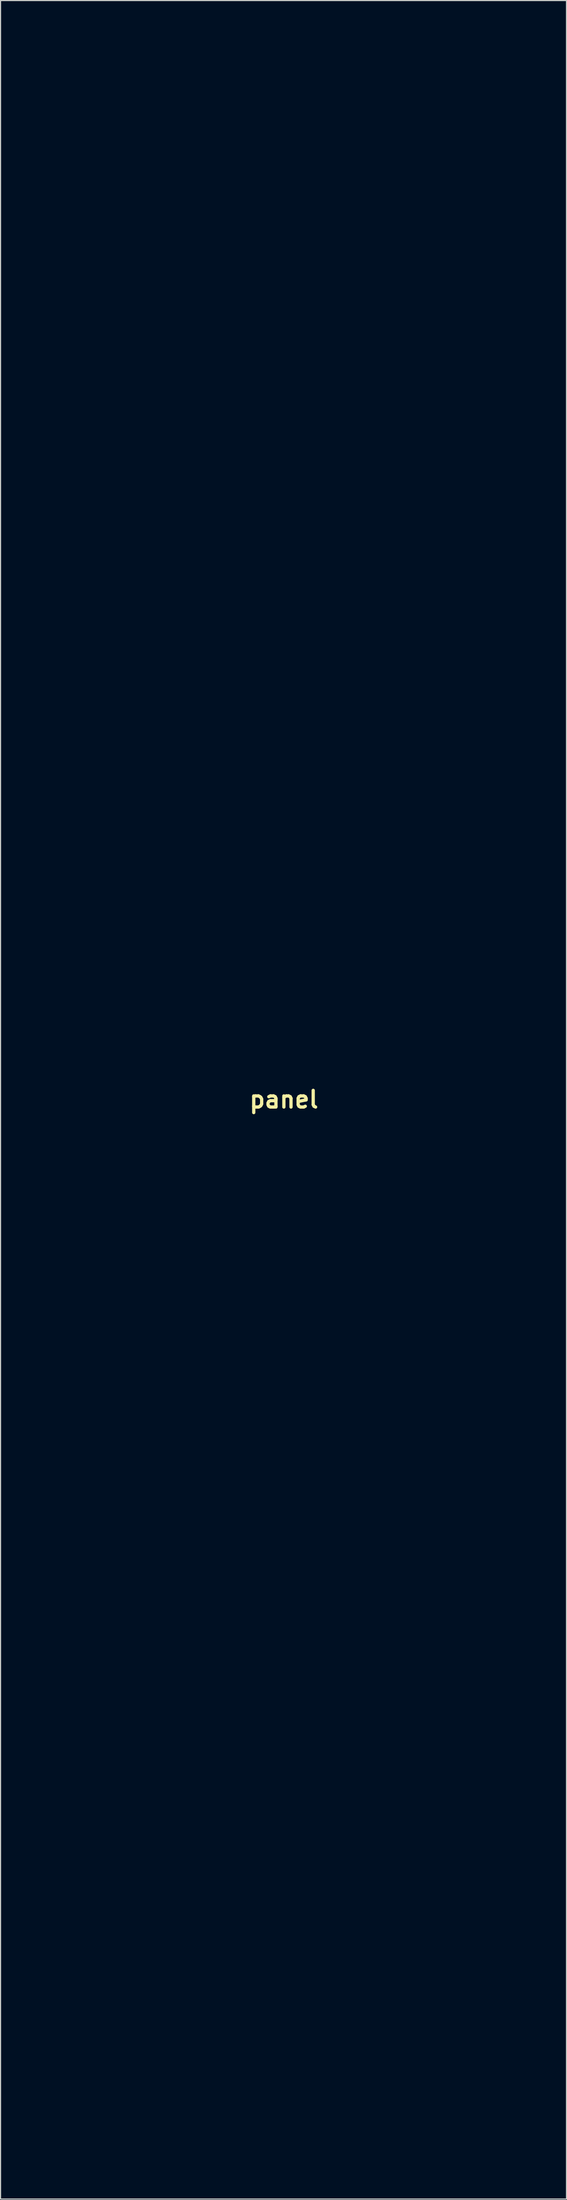
<source format=kicad_pcb>
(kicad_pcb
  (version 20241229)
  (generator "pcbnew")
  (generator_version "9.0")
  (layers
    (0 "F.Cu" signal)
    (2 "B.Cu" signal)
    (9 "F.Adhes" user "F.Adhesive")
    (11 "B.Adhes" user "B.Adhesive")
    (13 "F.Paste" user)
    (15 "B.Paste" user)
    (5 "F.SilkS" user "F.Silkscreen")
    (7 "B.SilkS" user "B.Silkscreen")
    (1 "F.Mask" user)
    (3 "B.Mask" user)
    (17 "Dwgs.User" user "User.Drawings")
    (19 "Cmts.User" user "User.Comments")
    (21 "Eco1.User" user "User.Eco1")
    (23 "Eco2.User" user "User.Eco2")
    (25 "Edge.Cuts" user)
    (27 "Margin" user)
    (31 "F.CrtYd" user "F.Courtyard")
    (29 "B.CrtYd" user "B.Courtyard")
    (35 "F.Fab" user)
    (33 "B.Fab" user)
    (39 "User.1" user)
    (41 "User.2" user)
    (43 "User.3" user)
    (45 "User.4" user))
  (footprint "panel"
    (layer "F.Cu")
    (at 22.93 97.52)
    (property "Reference" "panel" (at 0 0 0) (layer "F.SilkS") (effects (font (size 1.524 1.524) (thickness 0.3))))
    (attr board_only exclude_from_pos_files exclude_from_bom)
    (fp_poly (pts (xy -11.925 37.39) (xy -11.85 37.441) (xy -11.799 37.52) (xy -11.784 37.604) (xy -11.806 37.7) (xy -11.865 37.776) (xy -11.949 37.825) (xy -12.044 37.837) (xy -12.106 37.821) (xy -12.184 37.764) (xy -12.229 37.679) (xy -12.238 37.582) (xy -12.209 37.487) (xy -12.181 37.447) (xy -12.103 37.388) (xy -12.013 37.371)) (stroke (width 0) (type solid)) (fill yes) (layer "F.Mask"))
    (fp_poly (pts (xy 13.066 37.452) (xy 13.109 37.487) (xy 13.167 37.574) (xy 13.183 37.665) (xy 13.162 37.75) (xy 13.11 37.82) (xy 13.035 37.866) (xy 12.942 37.878) (xy 12.859 37.857) (xy 12.777 37.802) (xy 12.734 37.719) (xy 12.726 37.637) (xy 12.748 37.537) (xy 12.805 37.464) (xy 12.884 37.423) (xy 12.975 37.417)) (stroke (width 0) (type solid)) (fill yes) (layer "F.Mask"))
    (fp_poly (pts (xy -7.536 -63.581) (xy -7.464 -63.539) (xy -7.416 -63.473) (xy -7.406 -63.419) (xy -7.426 -63.332) (xy -7.478 -63.256) (xy -7.525 -63.223) (xy -7.582 -63.2) (xy -7.623 -63.2) (xy -7.678 -63.223) (xy -7.686 -63.228) (xy -7.761 -63.289) (xy -7.795 -63.369) (xy -7.788 -63.455) (xy -7.74 -63.533) (xy -7.701 -63.565) (xy -7.62 -63.592)) (stroke (width 0) (type solid)) (fill yes) (layer "F.Mask"))
    (fp_poly (pts (xy 10.248 94.986) (xy 10.364 94.999) (xy 10.365 94.999) (xy 10.461 95.015) (xy 10.454 96.252) (xy 10.448 97.49) (xy 10.179 97.497) (xy 10.067 97.498) (xy 9.974 97.496) (xy 9.912 97.491) (xy 9.893 97.486) (xy 9.889 97.458) (xy 9.886 97.384) (xy 9.883 97.269) (xy 9.88 97.118) (xy 9.878 96.936) (xy 9.876 96.729) (xy 9.875 96.501) (xy 9.875 96.257) (xy 9.875 95.032) (xy 9.94 95.008) (xy 10.017 94.991) (xy 10.126 94.984)) (stroke (width 0) (type solid)) (fill yes) (layer "F.Mask"))
    (fp_poly (pts (xy -7.527 -63.005) (xy -7.469 -62.95) (xy -7.456 -62.923) (xy -7.448 -62.875) (xy -7.442 -62.78) (xy -7.438 -62.641) (xy -7.436 -62.462) (xy -7.436 -62.247) (xy -7.437 -62.119) (xy -7.444 -61.383) (xy -7.504 -61.334) (xy -7.567 -61.294) (xy -7.621 -61.293) (xy -7.673 -61.316) (xy -7.722 -61.351) (xy -7.743 -61.373) (xy -7.748 -61.404) (xy -7.752 -61.48) (xy -7.756 -61.594) (xy -7.759 -61.739) (xy -7.761 -61.909) (xy -7.762 -62.097) (xy -7.762 -62.164) (xy -7.761 -62.357) (xy -7.759 -62.534) (xy -7.757 -62.688) (xy -7.753 -62.813) (xy -7.749 -62.903) (xy -7.745 -62.95) (xy -7.743 -62.955) (xy -7.681 -63.01) (xy -7.603 -63.026)) (stroke (width 0) (type solid)) (fill yes) (layer "F.Mask"))
    (fp_poly (pts (xy -11.955 38.059) (xy -11.882 38.103) (xy -11.848 38.15) (xy -11.837 38.178) (xy -11.829 38.218) (xy -11.822 38.278) (xy -11.817 38.36) (xy -11.813 38.472) (xy -11.811 38.617) (xy -11.81 38.802) (xy -11.809 39.03) (xy -11.809 39.106) (xy -11.809 39.987) (xy -11.884 40.062) (xy -11.944 40.109) (xy -12.001 40.135) (xy -12.013 40.136) (xy -12.065 40.119) (xy -12.127 40.076) (xy -12.142 40.062) (xy -12.216 39.987) (xy -12.216 39.106) (xy -12.216 38.863) (xy -12.215 38.667) (xy -12.213 38.51) (xy -12.21 38.39) (xy -12.205 38.299) (xy -12.199 38.233) (xy -12.191 38.188) (xy -12.181 38.157) (xy -12.178 38.15) (xy -12.118 38.082) (xy -12.039 38.052)) (stroke (width 0) (type solid)) (fill yes) (layer "F.Mask"))
    (fp_poly (pts (xy -11.379 -28.553) (xy -11.326 -28.514) (xy -11.316 -28.499) (xy -11.308 -28.469) (xy -11.301 -28.421) (xy -11.295 -28.35) (xy -11.291 -28.252) (xy -11.288 -28.121) (xy -11.285 -27.953) (xy -11.282 -27.744) (xy -11.28 -27.489) (xy -11.28 -27.477) (xy -11.273 -26.476) (xy -11.21 -26.417) (xy -11.159 -26.342) (xy -11.151 -26.264) (xy -11.181 -26.196) (xy -11.245 -26.151) (xy -11.316 -26.138) (xy -11.394 -26.159) (xy -11.47 -26.221) (xy -11.526 -26.285) (xy -11.569 -26.345) (xy -11.577 -26.359) (xy -11.585 -26.397) (xy -11.592 -26.477) (xy -11.597 -26.601) (xy -11.601 -26.771) (xy -11.604 -26.987) (xy -11.605 -27.251) (xy -11.606 -27.445) (xy -11.606 -28.476) (xy -11.538 -28.529) (xy -11.458 -28.566)) (stroke (width 0) (type solid)) (fill yes) (layer "F.Mask"))
    (fp_poly (pts (xy 13.053 38.127) (xy 13.085 38.149) (xy 13.145 38.197) (xy 13.145 39.126) (xy 13.145 39.368) (xy 13.145 39.565) (xy 13.144 39.722) (xy 13.141 39.842) (xy 13.138 39.933) (xy 13.133 39.998) (xy 13.127 40.043) (xy 13.118 40.074) (xy 13.108 40.094) (xy 13.097 40.108) (xy 13.024 40.154) (xy 12.937 40.163) (xy 12.852 40.136) (xy 12.804 40.094) (xy 12.79 40.075) (xy 12.778 40.052) (xy 12.77 40.021) (xy 12.763 39.976) (xy 12.758 39.912) (xy 12.755 39.823) (xy 12.753 39.704) (xy 12.751 39.55) (xy 12.751 39.356) (xy 12.751 39.131) (xy 12.751 38.893) (xy 12.751 38.701) (xy 12.753 38.549) (xy 12.755 38.433) (xy 12.758 38.345) (xy 12.763 38.282) (xy 12.77 38.238) (xy 12.779 38.208) (xy 12.79 38.185) (xy 12.804 38.167) (xy 12.875 38.114) (xy 12.963 38.1)) (stroke (width 0) (type solid)) (fill yes) (layer "F.Mask"))
    (fp_poly (pts (xy -9.536 91.996) (xy -9.508 92.02) (xy -9.497 92.036) (xy -9.488 92.063) (xy -9.481 92.108) (xy -9.476 92.174) (xy -9.473 92.267) (xy -9.47 92.392) (xy -9.469 92.554) (xy -9.468 92.757) (xy -9.468 92.947) (xy -9.468 93.835) (xy -9.404 93.904) (xy -9.354 93.969) (xy -9.344 94.018) (xy -9.371 94.061) (xy -9.432 94.09) (xy -9.507 94.072) (xy -9.535 94.055) (xy -9.569 94.028) (xy -9.597 93.999) (xy -9.62 93.962) (xy -9.637 93.911) (xy -9.65 93.841) (xy -9.659 93.748) (xy -9.665 93.627) (xy -9.669 93.471) (xy -9.671 93.277) (xy -9.671 93.038) (xy -9.671 92.951) (xy -9.671 92.711) (xy -9.67 92.516) (xy -9.669 92.363) (xy -9.666 92.245) (xy -9.662 92.158) (xy -9.656 92.097) (xy -9.649 92.056) (xy -9.64 92.032) (xy -9.631 92.02) (xy -9.59 91.987) (xy -9.57 91.98)) (stroke (width 0) (type solid)) (fill yes) (layer "F.Mask"))
    (fp_poly (pts (xy -13.323 38.074) (xy -13.233 38.075) (xy -13.047 38.078) (xy -12.905 38.091) (xy -12.8 38.115) (xy -12.727 38.152) (xy -12.679 38.203) (xy -12.662 38.236) (xy -12.645 38.329) (xy -12.667 38.411) (xy -12.722 38.472) (xy -12.801 38.501) (xy -12.87 38.495) (xy -12.935 38.483) (xy -13.027 38.471) (xy -13.099 38.464) (xy -13.257 38.452) (xy -13.265 39.233) (xy -13.273 40.013) (xy -13.344 40.075) (xy -13.42 40.124) (xy -13.492 40.129) (xy -13.556 40.106) (xy -13.585 40.09) (xy -13.608 40.068) (xy -13.626 40.035) (xy -13.64 39.987) (xy -13.651 39.918) (xy -13.658 39.823) (xy -13.663 39.698) (xy -13.666 39.536) (xy -13.667 39.334) (xy -13.667 39.086) (xy -13.667 39.082) (xy -13.668 38.829) (xy -13.668 38.621) (xy -13.665 38.456) (xy -13.659 38.327) (xy -13.646 38.231) (xy -13.624 38.162) (xy -13.593 38.117) (xy -13.549 38.09) (xy -13.49 38.077) (xy -13.416 38.073)) (stroke (width 0) (type solid)) (fill yes) (layer "F.Mask"))
    (fp_poly (pts (xy 12.853 95.594) (xy 12.742 95.594) (xy 12.665 95.595) (xy 12.557 95.6) (xy 12.437 95.607) (xy 12.402 95.61) (xy 12.172 95.626) (xy 12.153 96.545) (xy 12.147 96.816) (xy 12.141 97.037) (xy 12.134 97.212) (xy 12.127 97.342) (xy 12.119 97.429) (xy 12.11 97.475) (xy 12.106 97.483) (xy 12.062 97.494) (xy 11.984 97.501) (xy 11.886 97.503) (xy 11.78 97.501) (xy 11.681 97.495) (xy 11.604 97.486) (xy 11.562 97.473) (xy 11.56 97.472) (xy 11.544 97.428) (xy 11.533 97.337) (xy 11.529 97.203) (xy 11.529 97.183) (xy 11.529 97.084) (xy 11.527 96.944) (xy 11.524 96.775) (xy 11.52 96.588) (xy 11.515 96.393) (xy 11.513 96.275) (xy 11.496 95.626) (xy 11.195 95.613) (xy 11.049 95.605) (xy 10.939 95.592) (xy 10.871 95.577) (xy 10.855 95.569) (xy 10.837 95.541) (xy 10.825 95.491) (xy 10.819 95.407) (xy 10.817 95.283) (xy 10.817 95.272) (xy 10.817 95.008) (xy 12.853 95.008)) (stroke (width 0) (type solid)) (fill yes) (layer "F.Mask"))
    (fp_poly (pts (xy 21.121 -87.254) (xy 21.206 -87.198) (xy 21.207 -87.197) (xy 21.29 -87.123) (xy 21.297 -85.549) (xy 21.299 -85.166) (xy 21.299 -84.832) (xy 21.298 -84.548) (xy 21.296 -84.314) (xy 21.293 -84.129) (xy 21.289 -83.995) (xy 21.283 -83.912) (xy 21.279 -83.884) (xy 21.229 -83.781) (xy 21.15 -83.717) (xy 21.053 -83.69) (xy 20.982 -83.687) (xy 20.927 -83.707) (xy 20.867 -83.754) (xy 20.781 -83.831) (xy 20.774 -85.109) (xy 20.767 -86.386) (xy 20.629 -86.256) (xy 20.522 -86.169) (xy 20.43 -86.127) (xy 20.345 -86.129) (xy 20.26 -86.174) (xy 20.228 -86.2) (xy 20.172 -86.26) (xy 20.149 -86.322) (xy 20.146 -86.379) (xy 20.147 -86.415) (xy 20.154 -86.448) (xy 20.171 -86.484) (xy 20.202 -86.528) (xy 20.253 -86.586) (xy 20.327 -86.664) (xy 20.43 -86.767) (xy 20.541 -86.878) (xy 20.672 -87.007) (xy 20.772 -87.105) (xy 20.848 -87.175) (xy 20.905 -87.222) (xy 20.948 -87.251) (xy 20.983 -87.266) (xy 21.015 -87.271) (xy 21.03 -87.271)) (stroke (width 0) (type solid)) (fill yes) (layer "F.Mask"))
    (fp_poly (pts (xy -8.476 -63.729) (xy -8.442 -63.725) (xy -8.415 -63.713) (xy -8.393 -63.688) (xy -8.377 -63.646) (xy -8.365 -63.582) (xy -8.357 -63.492) (xy -8.352 -63.372) (xy -8.349 -63.216) (xy -8.348 -63.02) (xy -8.348 -62.781) (xy -8.348 -62.649) (xy -8.348 -61.662) (xy -8.272 -61.575) (xy -8.215 -61.5) (xy -8.199 -61.442) (xy -8.223 -61.387) (xy -8.258 -61.348) (xy -8.316 -61.301) (xy -8.369 -61.29) (xy -8.433 -61.316) (xy -8.476 -61.343) (xy -8.548 -61.406) (xy -8.609 -61.482) (xy -8.614 -61.489) (xy -8.627 -61.514) (xy -8.638 -61.541) (xy -8.646 -61.577) (xy -8.653 -61.625) (xy -8.659 -61.692) (xy -8.663 -61.782) (xy -8.666 -61.901) (xy -8.669 -62.053) (xy -8.671 -62.244) (xy -8.673 -62.478) (xy -8.674 -62.593) (xy -8.675 -62.863) (xy -8.676 -63.086) (xy -8.676 -63.267) (xy -8.673 -63.411) (xy -8.667 -63.521) (xy -8.658 -63.602) (xy -8.645 -63.659) (xy -8.627 -63.696) (xy -8.604 -63.717) (xy -8.576 -63.726) (xy -8.54 -63.729) (xy -8.517 -63.729)) (stroke (width 0) (type solid)) (fill yes) (layer "F.Mask"))
    (fp_poly (pts (xy -9.489 -12.898) (xy -9.359 -12.881) (xy -9.269 -12.849) (xy -9.214 -12.802) (xy -9.19 -12.736) (xy -9.188 -12.702) (xy -9.209 -12.62) (xy -9.266 -12.568) (xy -9.349 -12.554) (xy -9.371 -12.557) (xy -9.45 -12.571) (xy -9.546 -12.585) (xy -9.576 -12.589) (xy -9.697 -12.605) (xy -9.697 -11.976) (xy -9.697 -11.766) (xy -9.7 -11.6) (xy -9.704 -11.474) (xy -9.712 -11.38) (xy -9.723 -11.313) (xy -9.739 -11.268) (xy -9.76 -11.237) (xy -9.783 -11.218) (xy -9.85 -11.199) (xy -9.927 -11.21) (xy -9.986 -11.245) (xy -9.998 -11.263) (xy -10.007 -11.292) (xy -10.015 -11.336) (xy -10.02 -11.401) (xy -10.024 -11.494) (xy -10.026 -11.619) (xy -10.027 -11.783) (xy -10.028 -11.99) (xy -10.028 -12.055) (xy -10.027 -12.274) (xy -10.027 -12.447) (xy -10.025 -12.58) (xy -10.022 -12.68) (xy -10.018 -12.751) (xy -10.011 -12.799) (xy -10.002 -12.831) (xy -9.991 -12.851) (xy -9.981 -12.861) (xy -9.949 -12.881) (xy -9.897 -12.894) (xy -9.817 -12.901) (xy -9.699 -12.904) (xy -9.665 -12.904)) (stroke (width 0) (type solid)) (fill yes) (layer "F.Mask"))
    (fp_poly (pts (xy 11.839 38.104) (xy 11.963 38.113) (xy 12.067 38.128) (xy 12.106 38.138) (xy 12.217 38.182) (xy 12.284 38.236) (xy 12.313 38.309) (xy 12.314 38.369) (xy 12.286 38.464) (xy 12.228 38.527) (xy 12.149 38.55) (xy 12.081 38.538) (xy 12.008 38.521) (xy 11.91 38.51) (xy 11.839 38.507) (xy 11.682 38.507) (xy 11.682 39.278) (xy 11.682 39.504) (xy 11.68 39.684) (xy 11.678 39.824) (xy 11.674 39.929) (xy 11.669 40.005) (xy 11.661 40.056) (xy 11.652 40.089) (xy 11.645 40.102) (xy 11.579 40.154) (xy 11.493 40.171) (xy 11.434 40.159) (xy 11.4 40.145) (xy 11.372 40.127) (xy 11.35 40.101) (xy 11.333 40.061) (xy 11.32 40.002) (xy 11.311 39.92) (xy 11.305 39.809) (xy 11.302 39.664) (xy 11.301 39.48) (xy 11.3 39.252) (xy 11.3 39.152) (xy 11.3 38.904) (xy 11.302 38.701) (xy 11.304 38.54) (xy 11.309 38.414) (xy 11.317 38.319) (xy 11.327 38.25) (xy 11.342 38.201) (xy 11.361 38.169) (xy 11.385 38.147) (xy 11.414 38.13) (xy 11.419 38.128) (xy 11.484 38.112) (xy 11.585 38.103) (xy 11.708 38.1)) (stroke (width 0) (type solid)) (fill yes) (layer "F.Mask"))
    (fp_poly (pts (xy -9.715 -35.453) (xy -9.573 -35.449) (xy -9.469 -35.439) (xy -9.391 -35.421) (xy -9.353 -35.406) (xy -9.241 -35.333) (xy -9.143 -35.232) (xy -9.076 -35.118) (xy -9.062 -35.078) (xy -9.054 -35.024) (xy -9.047 -34.927) (xy -9.041 -34.797) (xy -9.037 -34.641) (xy -9.035 -34.469) (xy -9.035 -34.415) (xy -9.035 -33.847) (xy -9.098 -33.785) (xy -9.161 -33.735) (xy -9.218 -33.728) (xy -9.285 -33.765) (xy -9.299 -33.775) (xy -9.366 -33.828) (xy -9.366 -34.408) (xy -9.366 -34.595) (xy -9.367 -34.739) (xy -9.37 -34.845) (xy -9.374 -34.921) (xy -9.381 -34.973) (xy -9.391 -35.01) (xy -9.405 -35.037) (xy -9.419 -35.055) (xy -9.458 -35.095) (xy -9.505 -35.115) (xy -9.579 -35.122) (xy -9.61 -35.122) (xy -9.748 -35.122) (xy -9.748 -33.828) (xy -9.815 -33.775) (xy -9.885 -33.732) (xy -9.943 -33.731) (xy -10.004 -33.773) (xy -10.016 -33.785) (xy -10.079 -33.847) (xy -10.079 -34.595) (xy -10.079 -34.827) (xy -10.078 -35.013) (xy -10.075 -35.158) (xy -10.066 -35.267) (xy -10.051 -35.346) (xy -10.025 -35.399) (xy -9.989 -35.431) (xy -9.939 -35.447) (xy -9.873 -35.453) (xy -9.789 -35.453)) (stroke (width 0) (type solid)) (fill yes) (layer "F.Mask"))
    (fp_poly (pts (xy -10.811 63.528) (xy -10.789 63.549) (xy -10.715 63.623) (xy -10.715 64.34) (xy -10.578 64.34) (xy -10.451 64.355) (xy -10.363 64.4) (xy -10.316 64.473) (xy -10.308 64.533) (xy -10.323 64.623) (xy -10.372 64.682) (xy -10.458 64.714) (xy -10.562 64.722) (xy -10.715 64.722) (xy -10.715 65.895) (xy -10.652 65.957) (xy -10.577 66.007) (xy -10.516 66.02) (xy -10.422 66.041) (xy -10.35 66.098) (xy -10.311 66.178) (xy -10.308 66.212) (xy -10.326 66.307) (xy -10.383 66.369) (xy -10.479 66.398) (xy -10.53 66.401) (xy -10.63 66.39) (xy -10.73 66.363) (xy -10.753 66.353) (xy -10.882 66.269) (xy -10.993 66.15) (xy -11.063 66.032) (xy -11.078 65.992) (xy -11.09 65.942) (xy -11.098 65.876) (xy -11.105 65.786) (xy -11.11 65.665) (xy -11.114 65.506) (xy -11.117 65.326) (xy -11.126 64.722) (xy -11.237 64.722) (xy -11.317 64.715) (xy -11.37 64.687) (xy -11.4 64.655) (xy -11.447 64.565) (xy -11.446 64.481) (xy -11.402 64.412) (xy -11.319 64.363) (xy -11.244 64.347) (xy -11.126 64.334) (xy -11.118 63.965) (xy -11.114 63.822) (xy -11.11 63.72) (xy -11.104 63.651) (xy -11.094 63.606) (xy -11.078 63.575) (xy -11.055 63.551) (xy -11.038 63.536) (xy -10.959 63.486) (xy -10.886 63.483)) (stroke (width 0) (type solid)) (fill yes) (layer "F.Mask"))
    (fp_poly (pts (xy -6.506 -63.711) (xy -6.465 -63.68) (xy -6.438 -63.624) (xy -6.422 -63.535) (xy -6.415 -63.408) (xy -6.414 -63.303) (xy -6.414 -63.016) (xy -6.29 -63.016) (xy -6.18 -63.001) (xy -6.109 -62.953) (xy -6.078 -62.874) (xy -6.076 -62.847) (xy -6.099 -62.769) (xy -6.163 -62.715) (xy -6.261 -62.688) (xy -6.302 -62.686) (xy -6.414 -62.686) (xy -6.414 -61.722) (xy -6.347 -61.669) (xy -6.283 -61.632) (xy -6.224 -61.617) (xy -6.223 -61.617) (xy -6.152 -61.595) (xy -6.103 -61.541) (xy -6.08 -61.469) (xy -6.089 -61.394) (xy -6.133 -61.332) (xy -6.198 -61.296) (xy -6.273 -61.291) (xy -6.374 -61.315) (xy -6.397 -61.323) (xy -6.529 -61.395) (xy -6.638 -61.506) (xy -6.696 -61.604) (xy -6.713 -61.647) (xy -6.725 -61.696) (xy -6.734 -61.762) (xy -6.74 -61.851) (xy -6.743 -61.972) (xy -6.744 -62.133) (xy -6.744 -62.192) (xy -6.744 -62.679) (xy -6.852 -62.693) (xy -6.95 -62.722) (xy -7.007 -62.78) (xy -7.024 -62.865) (xy -7.002 -62.943) (xy -6.94 -62.996) (xy -6.846 -63.016) (xy -6.838 -63.016) (xy -6.744 -63.016) (xy -6.744 -63.331) (xy -6.744 -63.465) (xy -6.74 -63.558) (xy -6.733 -63.619) (xy -6.721 -63.657) (xy -6.702 -63.683) (xy -6.696 -63.689) (xy -6.623 -63.722) (xy -6.563 -63.724)) (stroke (width 0) (type solid)) (fill yes) (layer "F.Mask"))
    (fp_poly (pts (xy 10.313 37.288) (xy 10.335 37.309) (xy 10.409 37.383) (xy 10.409 38.1) (xy 10.546 38.1) (xy 10.673 38.115) (xy 10.761 38.16) (xy 10.809 38.232) (xy 10.817 38.29) (xy 10.802 38.382) (xy 10.755 38.445) (xy 10.67 38.483) (xy 10.568 38.5) (xy 10.409 38.514) (xy 10.409 39.655) (xy 10.472 39.717) (xy 10.547 39.767) (xy 10.608 39.78) (xy 10.7 39.801) (xy 10.772 39.855) (xy 10.813 39.932) (xy 10.817 39.967) (xy 10.799 40.069) (xy 10.747 40.135) (xy 10.66 40.165) (xy 10.535 40.161) (xy 10.52 40.158) (xy 10.374 40.116) (xy 10.252 40.039) (xy 10.188 39.979) (xy 10.137 39.923) (xy 10.098 39.869) (xy 10.068 39.809) (xy 10.046 39.736) (xy 10.03 39.644) (xy 10.02 39.524) (xy 10.013 39.37) (xy 10.008 39.175) (xy 10.007 39.102) (xy 9.998 38.513) (xy 9.892 38.499) (xy 9.805 38.472) (xy 9.731 38.421) (xy 9.682 38.359) (xy 9.671 38.316) (xy 9.694 38.224) (xy 9.757 38.152) (xy 9.85 38.109) (xy 9.925 38.1) (xy 9.997 38.1) (xy 10.006 37.729) (xy 10.01 37.584) (xy 10.014 37.482) (xy 10.02 37.412) (xy 10.03 37.367) (xy 10.046 37.336) (xy 10.068 37.312) (xy 10.086 37.296) (xy 10.166 37.246) (xy 10.238 37.243)) (stroke (width 0) (type solid)) (fill yes) (layer "F.Mask"))
    (fp_poly (pts (xy -13.276 95.485) (xy -13.155 95.543) (xy -13.123 95.569) (xy -13.078 95.611) (xy -13.044 95.652) (xy -13.019 95.7) (xy -13.001 95.763) (xy -12.991 95.846) (xy -12.985 95.957) (xy -12.984 96.104) (xy -12.985 96.292) (xy -12.986 96.345) (xy -12.993 96.904) (xy -13.247 96.911) (xy -13.381 96.911) (xy -13.476 96.905) (xy -13.545 96.891) (xy -13.587 96.874) (xy -13.688 96.797) (xy -13.76 96.69) (xy -13.798 96.564) (xy -13.798 96.56) (xy -13.604 96.56) (xy -13.56 96.64) (xy -13.475 96.698) (xy -13.353 96.731) (xy -13.279 96.737) (xy -13.184 96.739) (xy -13.184 96.275) (xy -13.335 96.286) (xy -13.459 96.306) (xy -13.542 96.348) (xy -13.591 96.417) (xy -13.604 96.46) (xy -13.604 96.56) (xy -13.798 96.56) (xy -13.798 96.434) (xy -13.758 96.312) (xy -13.753 96.304) (xy -13.674 96.202) (xy -13.575 96.138) (xy -13.446 96.107) (xy -13.358 96.103) (xy -13.184 96.103) (xy -13.184 95.939) (xy -13.186 95.847) (xy -13.196 95.79) (xy -13.219 95.751) (xy -13.251 95.723) (xy -13.34 95.678) (xy -13.434 95.676) (xy -13.503 95.707) (xy -13.576 95.741) (xy -13.645 95.737) (xy -13.693 95.695) (xy -13.693 95.694) (xy -13.705 95.655) (xy -13.689 95.617) (xy -13.641 95.568) (xy -13.531 95.497) (xy -13.405 95.469)) (stroke (width 0) (type solid)) (fill yes) (layer "F.Mask"))
    (fp_poly (pts (xy -10.707 -13.625) (xy -10.67 -13.602) (xy -10.613 -13.562) (xy -10.613 -11.278) (xy -10.67 -11.238) (xy -10.732 -11.215) (xy -10.831 -11.201) (xy -10.95 -11.196) (xy -11.075 -11.201) (xy -11.192 -11.214) (xy -11.287 -11.236) (xy -11.313 -11.247) (xy -11.45 -11.337) (xy -11.554 -11.462) (xy -11.592 -11.535) (xy -11.609 -11.605) (xy -11.621 -11.714) (xy -11.63 -11.85) (xy -11.634 -12.003) (xy -11.634 -12.061) (xy -11.3 -12.061) (xy -11.3 -11.903) (xy -11.298 -11.789) (xy -11.294 -11.709) (xy -11.287 -11.656) (xy -11.276 -11.621) (xy -11.26 -11.597) (xy -11.245 -11.581) (xy -11.189 -11.546) (xy -11.111 -11.531) (xy -11.053 -11.529) (xy -10.917 -11.529) (xy -10.931 -12.585) (xy -11.063 -12.584) (xy -11.143 -12.582) (xy -11.202 -12.571) (xy -11.245 -12.546) (xy -11.272 -12.499) (xy -11.289 -12.424) (xy -11.297 -12.316) (xy -11.3 -12.166) (xy -11.3 -12.061) (xy -11.634 -12.061) (xy -11.633 -12.16) (xy -11.628 -12.31) (xy -11.619 -12.441) (xy -11.605 -12.542) (xy -11.592 -12.592) (xy -11.518 -12.722) (xy -11.417 -12.815) (xy -11.284 -12.874) (xy -11.113 -12.903) (xy -11.109 -12.903) (xy -10.931 -12.916) (xy -10.918 -13.243) (xy -10.912 -13.38) (xy -10.905 -13.475) (xy -10.896 -13.538) (xy -10.882 -13.576) (xy -10.864 -13.6) (xy -10.856 -13.606) (xy -10.782 -13.639)) (stroke (width 0) (type solid)) (fill yes) (layer "F.Mask"))
    (fp_poly (pts (xy -12.71 92) (xy -12.699 92.005) (xy -12.678 92.021) (xy -12.664 92.047) (xy -12.655 92.092) (xy -12.651 92.167) (xy -12.649 92.279) (xy -12.649 92.337) (xy -12.649 92.641) (xy -12.514 92.641) (xy -12.408 92.652) (xy -12.341 92.681) (xy -12.317 92.726) (xy -12.338 92.782) (xy -12.358 92.805) (xy -12.418 92.834) (xy -12.517 92.845) (xy -12.524 92.845) (xy -12.649 92.845) (xy -12.649 93.279) (xy -12.647 93.467) (xy -12.642 93.61) (xy -12.63 93.715) (xy -12.611 93.788) (xy -12.582 93.836) (xy -12.544 93.864) (xy -12.502 93.877) (xy -12.405 93.909) (xy -12.343 93.954) (xy -12.323 94.006) (xy -12.342 94.052) (xy -12.4 94.084) (xy -12.483 94.087) (xy -12.579 94.061) (xy -12.624 94.039) (xy -12.699 93.982) (xy -12.767 93.909) (xy -12.777 93.895) (xy -12.799 93.861) (xy -12.816 93.826) (xy -12.827 93.782) (xy -12.835 93.722) (xy -12.841 93.637) (xy -12.845 93.519) (xy -12.848 93.36) (xy -12.849 93.324) (xy -12.857 92.845) (xy -12.943 92.845) (xy -13.02 92.828) (xy -13.073 92.785) (xy -13.091 92.727) (xy -13.08 92.688) (xy -13.041 92.654) (xy -12.966 92.641) (xy -12.954 92.641) (xy -12.853 92.641) (xy -12.853 92.361) (xy -12.852 92.235) (xy -12.848 92.15) (xy -12.839 92.094) (xy -12.823 92.057) (xy -12.801 92.03) (xy -12.754 91.995)) (stroke (width 0) (type solid)) (fill yes) (layer "F.Mask"))
    (fp_poly (pts (xy -10.007 -28.548) (xy -9.94 -28.504) (xy -9.906 -28.44) (xy -9.909 -28.367) (xy -9.951 -28.301) (xy -10.012 -28.263) (xy -10.067 -28.251) (xy -10.13 -28.233) (xy -10.192 -28.19) (xy -10.194 -28.188) (xy -10.233 -28.139) (xy -10.251 -28.081) (xy -10.257 -27.993) (xy -10.257 -27.984) (xy -10.257 -27.843) (xy -10.129 -27.843) (xy -10.018 -27.827) (xy -9.942 -27.785) (xy -9.903 -27.726) (xy -9.902 -27.661) (xy -9.937 -27.598) (xy -10.009 -27.548) (xy -10.118 -27.519) (xy -10.125 -27.519) (xy -10.257 -27.506) (xy -10.257 -26.864) (xy -10.257 -26.665) (xy -10.258 -26.511) (xy -10.26 -26.395) (xy -10.264 -26.312) (xy -10.27 -26.255) (xy -10.279 -26.219) (xy -10.29 -26.196) (xy -10.301 -26.184) (xy -10.378 -26.136) (xy -10.452 -26.132) (xy -10.478 -26.14) (xy -10.51 -26.155) (xy -10.536 -26.179) (xy -10.555 -26.215) (xy -10.569 -26.271) (xy -10.578 -26.353) (xy -10.584 -26.466) (xy -10.587 -26.616) (xy -10.588 -26.808) (xy -10.588 -26.884) (xy -10.588 -27.506) (xy -10.688 -27.522) (xy -10.781 -27.556) (xy -10.844 -27.617) (xy -10.868 -27.696) (xy -10.845 -27.761) (xy -10.785 -27.814) (xy -10.704 -27.841) (xy -10.677 -27.843) (xy -10.588 -27.843) (xy -10.588 -27.979) (xy -10.567 -28.154) (xy -10.51 -28.304) (xy -10.419 -28.425) (xy -10.3 -28.511) (xy -10.158 -28.557) (xy -10.099 -28.563)) (stroke (width 0) (type solid)) (fill yes) (layer "F.Mask"))
    (fp_poly (pts (xy -8.425 -35.466) (xy -8.391 -35.45) (xy -8.36 -35.422) (xy -8.331 -35.374) (xy -8.299 -35.302) (xy -8.263 -35.197) (xy -8.218 -35.054) (xy -8.182 -34.931) (xy -8.141 -34.795) (xy -8.104 -34.675) (xy -8.074 -34.582) (xy -8.053 -34.522) (xy -8.045 -34.506) (xy -8.033 -34.523) (xy -8.009 -34.582) (xy -7.976 -34.676) (xy -7.937 -34.797) (xy -7.893 -34.939) (xy -7.889 -34.951) (xy -7.839 -35.114) (xy -7.801 -35.236) (xy -7.77 -35.322) (xy -7.745 -35.38) (xy -7.722 -35.416) (xy -7.698 -35.438) (xy -7.682 -35.447) (xy -7.6 -35.463) (xy -7.526 -35.439) (xy -7.475 -35.381) (xy -7.466 -35.356) (xy -7.468 -35.311) (xy -7.484 -35.226) (xy -7.512 -35.109) (xy -7.55 -34.966) (xy -7.595 -34.805) (xy -7.645 -34.634) (xy -7.698 -34.459) (xy -7.751 -34.289) (xy -7.803 -34.131) (xy -7.851 -33.991) (xy -7.893 -33.878) (xy -7.926 -33.798) (xy -7.949 -33.76) (xy -7.951 -33.759) (xy -8.012 -33.727) (xy -8.066 -33.734) (xy -8.129 -33.78) (xy -8.151 -33.806) (xy -8.175 -33.849) (xy -8.203 -33.915) (xy -8.237 -34.008) (xy -8.278 -34.133) (xy -8.33 -34.296) (xy -8.392 -34.502) (xy -8.412 -34.569) (xy -8.475 -34.784) (xy -8.528 -34.971) (xy -8.569 -35.125) (xy -8.598 -35.244) (xy -8.613 -35.321) (xy -8.615 -35.353) (xy -8.575 -35.414) (xy -8.51 -35.457) (xy -8.442 -35.469)) (stroke (width 0) (type solid)) (fill yes) (layer "F.Mask"))
    (fp_poly (pts (xy 13.037 64.359) (xy 13.052 64.373) (xy 13.066 64.39) (xy 13.078 64.409) (xy 13.087 64.436) (xy 13.094 64.476) (xy 13.1 64.534) (xy 13.103 64.616) (xy 13.105 64.727) (xy 13.107 64.871) (xy 13.107 65.055) (xy 13.107 65.283) (xy 13.107 65.342) (xy 13.107 66.251) (xy 13.045 66.313) (xy 13.015 66.34) (xy 12.983 66.358) (xy 12.938 66.368) (xy 12.87 66.373) (xy 12.767 66.375) (xy 12.682 66.375) (xy 12.528 66.371) (xy 12.4 66.361) (xy 12.308 66.346) (xy 12.286 66.34) (xy 12.137 66.262) (xy 12.016 66.144) (xy 11.949 66.042) (xy 11.873 65.905) (xy 11.864 65.273) (xy 11.861 65.04) (xy 11.861 64.852) (xy 11.864 64.703) (xy 11.87 64.589) (xy 11.879 64.504) (xy 11.893 64.442) (xy 11.912 64.398) (xy 11.936 64.366) (xy 11.938 64.363) (xy 12.013 64.321) (xy 12.1 64.32) (xy 12.184 64.359) (xy 12.205 64.377) (xy 12.267 64.439) (xy 12.267 65.139) (xy 12.267 65.346) (xy 12.268 65.508) (xy 12.27 65.631) (xy 12.273 65.722) (xy 12.277 65.787) (xy 12.285 65.832) (xy 12.295 65.862) (xy 12.309 65.885) (xy 12.326 65.907) (xy 12.328 65.909) (xy 12.368 65.948) (xy 12.416 65.971) (xy 12.487 65.984) (xy 12.557 65.989) (xy 12.725 66) (xy 12.725 64.425) (xy 12.784 64.37) (xy 12.866 64.323) (xy 12.956 64.319)) (stroke (width 0) (type solid)) (fill yes) (layer "F.Mask"))
    (fp_poly (pts (xy -14.702 37.216) (xy -14.625 37.26) (xy -14.611 37.276) (xy -14.59 37.307) (xy -14.575 37.344) (xy -14.566 37.396) (xy -14.561 37.472) (xy -14.558 37.581) (xy -14.558 37.709) (xy -14.558 38.075) (xy -14.396 38.075) (xy -14.278 38.084) (xy -14.201 38.114) (xy -14.159 38.171) (xy -14.145 38.254) (xy -14.164 38.345) (xy -14.226 38.411) (xy -14.325 38.448) (xy -14.419 38.456) (xy -14.558 38.456) (xy -14.558 39.604) (xy -14.496 39.666) (xy -14.427 39.712) (xy -14.34 39.743) (xy -14.332 39.744) (xy -14.229 39.778) (xy -14.168 39.84) (xy -14.145 39.933) (xy -14.145 39.934) (xy -14.164 40.024) (xy -14.222 40.089) (xy -14.309 40.124) (xy -14.417 40.127) (xy -14.482 40.112) (xy -14.649 40.035) (xy -14.779 39.928) (xy -14.827 39.876) (xy -14.864 39.825) (xy -14.892 39.769) (xy -14.912 39.7) (xy -14.926 39.611) (xy -14.934 39.496) (xy -14.938 39.348) (xy -14.94 39.159) (xy -14.94 39.055) (xy -14.94 38.456) (xy -15.028 38.456) (xy -15.145 38.439) (xy -15.23 38.39) (xy -15.268 38.338) (xy -15.293 38.262) (xy -15.283 38.202) (xy -15.244 38.143) (xy -15.195 38.098) (xy -15.127 38.075) (xy -15.073 38.07) (xy -14.952 38.062) (xy -14.94 37.672) (xy -14.934 37.521) (xy -14.928 37.413) (xy -14.921 37.339) (xy -14.911 37.292) (xy -14.896 37.263) (xy -14.878 37.245) (xy -14.793 37.211)) (stroke (width 0) (type solid)) (fill yes) (layer "F.Mask"))
    (fp_poly (pts (xy 6.31 91.832) (xy 6.53 91.834) (xy 6.734 91.837) (xy 6.916 91.841) (xy 7.072 91.845) (xy 7.194 91.85) (xy 7.279 91.855) (xy 7.319 91.86) (xy 7.321 91.861) (xy 7.33 91.894) (xy 7.337 91.966) (xy 7.341 92.066) (xy 7.343 92.153) (xy 7.343 92.425) (xy 7.027 92.442) (xy 6.904 92.451) (xy 6.798 92.463) (xy 6.721 92.475) (xy 6.684 92.488) (xy 6.684 92.488) (xy 6.675 92.52) (xy 6.667 92.599) (xy 6.659 92.724) (xy 6.653 92.897) (xy 6.648 93.119) (xy 6.643 93.391) (xy 6.643 93.405) (xy 6.639 93.658) (xy 6.634 93.865) (xy 6.629 94.028) (xy 6.623 94.152) (xy 6.617 94.239) (xy 6.609 94.295) (xy 6.6 94.323) (xy 6.598 94.325) (xy 6.557 94.343) (xy 6.481 94.356) (xy 6.384 94.365) (xy 6.279 94.37) (xy 6.179 94.369) (xy 6.098 94.363) (xy 6.05 94.351) (xy 6.044 94.345) (xy 6.038 94.312) (xy 6.033 94.235) (xy 6.027 94.119) (xy 6.022 93.97) (xy 6.017 93.795) (xy 6.012 93.598) (xy 6.008 93.415) (xy 6.004 93.206) (xy 6 93.013) (xy 5.995 92.842) (xy 5.989 92.7) (xy 5.984 92.591) (xy 5.978 92.522) (xy 5.974 92.498) (xy 5.934 92.482) (xy 5.856 92.467) (xy 5.749 92.454) (xy 5.625 92.445) (xy 5.497 92.44) (xy 5.491 92.44) (xy 5.319 92.438) (xy 5.319 91.825)) (stroke (width 0) (type solid)) (fill yes) (layer "F.Mask"))
    (fp_poly (pts (xy -10.985 95.475) (xy -10.884 95.505) (xy -10.794 95.555) (xy -10.727 95.62) (xy -10.694 95.691) (xy -10.694 95.724) (xy -10.72 95.776) (xy -10.773 95.794) (xy -10.837 95.777) (xy -10.892 95.735) (xy -10.967 95.684) (xy -11.049 95.674) (xy -11.125 95.698) (xy -11.182 95.752) (xy -11.207 95.833) (xy -11.207 95.843) (xy -11.203 95.895) (xy -11.185 95.939) (xy -11.147 95.985) (xy -11.082 96.04) (xy -10.982 96.112) (xy -10.953 96.132) (xy -10.808 96.25) (xy -10.713 96.37) (xy -10.668 96.49) (xy -10.664 96.538) (xy -10.686 96.645) (xy -10.744 96.752) (xy -10.828 96.843) (xy -10.892 96.885) (xy -11.006 96.93) (xy -11.105 96.937) (xy -11.209 96.908) (xy -11.218 96.904) (xy -11.298 96.857) (xy -11.369 96.793) (xy -11.415 96.728) (xy -11.427 96.685) (xy -11.407 96.64) (xy -11.361 96.601) (xy -11.316 96.586) (xy -11.291 96.602) (xy -11.244 96.641) (xy -11.22 96.663) (xy -11.126 96.724) (xy -11.037 96.735) (xy -10.952 96.696) (xy -10.928 96.675) (xy -10.876 96.6) (xy -10.87 96.524) (xy -10.911 96.443) (xy -11.001 96.354) (xy -11.02 96.339) (xy -11.149 96.237) (xy -11.244 96.16) (xy -11.309 96.1) (xy -11.351 96.051) (xy -11.376 96.006) (xy -11.389 95.959) (xy -11.395 95.902) (xy -11.396 95.896) (xy -11.387 95.75) (xy -11.337 95.629) (xy -11.249 95.539) (xy -11.129 95.483) (xy -11.087 95.475)) (stroke (width 0) (type solid)) (fill yes) (layer "F.Mask"))
    (fp_poly (pts (xy -8.5 92.661) (xy -8.387 92.725) (xy -8.297 92.815) (xy -8.247 92.917) (xy -8.232 92.998) (xy -8.223 93.099) (xy -8.221 93.207) (xy -8.225 93.306) (xy -8.235 93.384) (xy -8.251 93.425) (xy -8.295 93.441) (xy -8.388 93.451) (xy -8.53 93.456) (xy -8.569 93.456) (xy -8.857 93.456) (xy -8.857 93.61) (xy -8.853 93.703) (xy -8.839 93.764) (xy -8.81 93.81) (xy -8.794 93.826) (xy -8.71 93.878) (xy -8.609 93.885) (xy -8.502 93.847) (xy -8.498 93.844) (xy -8.423 93.819) (xy -8.367 93.835) (xy -8.337 93.889) (xy -8.335 93.916) (xy -8.358 93.978) (xy -8.42 94.029) (xy -8.509 94.065) (xy -8.612 94.085) (xy -8.719 94.083) (xy -8.818 94.056) (xy -8.819 94.056) (xy -8.928 93.982) (xy -9.011 93.877) (xy -9.033 93.829) (xy -9.044 93.774) (xy -9.052 93.679) (xy -9.057 93.557) (xy -9.06 93.419) (xy -9.059 93.277) (xy -9.059 93.252) (xy -8.857 93.252) (xy -8.424 93.252) (xy -8.424 93.11) (xy -8.428 93.021) (xy -8.445 92.963) (xy -8.481 92.912) (xy -8.499 92.894) (xy -8.581 92.834) (xy -8.664 92.823) (xy -8.738 92.849) (xy -8.802 92.895) (xy -8.839 92.957) (xy -8.854 93.049) (xy -8.856 93.106) (xy -8.857 93.252) (xy -9.059 93.252) (xy -9.056 93.142) (xy -9.05 93.026) (xy -9.042 92.94) (xy -9.034 92.904) (xy -8.977 92.807) (xy -8.891 92.719) (xy -8.793 92.656) (xy -8.75 92.64) (xy -8.626 92.63)) (stroke (width 0) (type solid)) (fill yes) (layer "F.Mask"))
    (fp_poly (pts (xy -11.623 92.643) (xy -11.513 92.693) (xy -11.416 92.772) (xy -11.346 92.867) (xy -11.326 92.917) (xy -11.318 92.971) (xy -11.311 93.067) (xy -11.306 93.194) (xy -11.302 93.343) (xy -11.3 93.504) (xy -11.3 93.511) (xy -11.3 93.698) (xy -11.303 93.839) (xy -11.31 93.942) (xy -11.325 94.013) (xy -11.351 94.057) (xy -11.39 94.08) (xy -11.447 94.089) (xy -11.523 94.09) (xy -11.576 94.09) (xy -11.68 94.086) (xy -11.772 94.079) (xy -11.833 94.069) (xy -11.837 94.068) (xy -11.961 94.006) (xy -12.055 93.912) (xy -12.114 93.796) (xy -12.135 93.668) (xy -12.135 93.666) (xy -11.936 93.666) (xy -11.918 93.766) (xy -11.861 93.835) (xy -11.764 93.875) (xy -11.637 93.888) (xy -11.504 93.888) (xy -11.504 93.456) (xy -11.658 93.456) (xy -11.751 93.459) (xy -11.812 93.473) (xy -11.858 93.503) (xy -11.874 93.518) (xy -11.927 93.604) (xy -11.936 93.666) (xy -12.135 93.666) (xy -12.115 93.538) (xy -12.051 93.416) (xy -12.051 93.415) (xy -11.963 93.328) (xy -11.854 93.276) (xy -11.713 93.254) (xy -11.657 93.252) (xy -11.504 93.252) (xy -11.504 93.11) (xy -11.508 93.021) (xy -11.524 92.963) (xy -11.56 92.912) (xy -11.578 92.894) (xy -11.655 92.836) (xy -11.733 92.824) (xy -11.823 92.856) (xy -11.85 92.872) (xy -11.915 92.905) (xy -11.962 92.906) (xy -11.986 92.896) (xy -12.033 92.854) (xy -12.037 92.804) (xy -12.007 92.752) (xy -11.95 92.704) (xy -11.874 92.665) (xy -11.785 92.639) (xy -11.692 92.632)) (stroke (width 0) (type solid)) (fill yes) (layer "F.Mask"))
    (fp_poly (pts (xy 14.217 63.509) (xy 14.244 63.535) (xy 14.268 63.566) (xy 14.284 63.599) (xy 14.295 63.645) (xy 14.3 63.712) (xy 14.303 63.811) (xy 14.303 63.951) (xy 14.303 63.956) (xy 14.303 64.308) (xy 14.455 64.319) (xy 14.578 64.338) (xy 14.657 64.377) (xy 14.7 64.44) (xy 14.711 64.518) (xy 14.696 64.606) (xy 14.649 64.665) (xy 14.564 64.701) (xy 14.455 64.717) (xy 14.303 64.728) (xy 14.303 65.295) (xy 14.304 65.494) (xy 14.306 65.649) (xy 14.313 65.766) (xy 14.325 65.85) (xy 14.344 65.908) (xy 14.372 65.946) (xy 14.412 65.97) (xy 14.464 65.987) (xy 14.507 65.997) (xy 14.615 66.032) (xy 14.679 66.082) (xy 14.708 66.155) (xy 14.711 66.198) (xy 14.689 66.291) (xy 14.63 66.356) (xy 14.54 66.389) (xy 14.425 66.386) (xy 14.392 66.379) (xy 14.234 66.313) (xy 14.095 66.207) (xy 13.988 66.07) (xy 13.956 66.007) (xy 13.941 65.966) (xy 13.929 65.914) (xy 13.92 65.844) (xy 13.913 65.75) (xy 13.908 65.623) (xy 13.904 65.458) (xy 13.901 65.313) (xy 13.891 64.722) (xy 13.803 64.722) (xy 13.724 64.703) (xy 13.647 64.655) (xy 13.589 64.591) (xy 13.565 64.524) (xy 13.565 64.521) (xy 13.589 64.446) (xy 13.65 64.38) (xy 13.736 64.334) (xy 13.786 64.323) (xy 13.892 64.308) (xy 13.9 63.943) (xy 13.904 63.798) (xy 13.909 63.695) (xy 13.916 63.625) (xy 13.927 63.578) (xy 13.943 63.547) (xy 13.965 63.522) (xy 14.045 63.473) (xy 14.134 63.469)) (stroke (width 0) (type solid)) (fill yes) (layer "F.Mask"))
    (fp_poly (pts (xy -14.33 95.499) (xy -14.242 95.545) (xy -14.164 95.609) (xy -14.11 95.683) (xy -14.077 95.779) (xy -14.059 95.907) (xy -14.053 95.99) (xy -14.05 96.113) (xy -14.056 96.199) (xy -14.079 96.255) (xy -14.128 96.287) (xy -14.208 96.302) (xy -14.329 96.306) (xy -14.407 96.306) (xy -14.685 96.306) (xy -14.685 96.46) (xy -14.682 96.553) (xy -14.668 96.614) (xy -14.638 96.66) (xy -14.623 96.676) (xy -14.545 96.727) (xy -14.455 96.733) (xy -14.345 96.696) (xy -14.333 96.69) (xy -14.255 96.66) (xy -14.201 96.663) (xy -14.194 96.666) (xy -14.155 96.708) (xy -14.157 96.76) (xy -14.192 96.816) (xy -14.255 96.868) (xy -14.336 96.911) (xy -14.431 96.937) (xy -14.495 96.942) (xy -14.548 96.931) (xy -14.623 96.903) (xy -14.661 96.885) (xy -14.775 96.802) (xy -14.832 96.726) (xy -14.853 96.687) (xy -14.868 96.647) (xy -14.878 96.599) (xy -14.883 96.534) (xy -14.885 96.442) (xy -14.885 96.316) (xy -14.883 96.179) (xy -14.882 96.103) (xy -14.685 96.103) (xy -14.253 96.103) (xy -14.253 95.974) (xy -14.267 95.837) (xy -14.312 95.742) (xy -14.387 95.686) (xy -14.476 95.671) (xy -14.572 95.694) (xy -14.623 95.732) (xy -14.659 95.778) (xy -14.678 95.831) (xy -14.685 95.911) (xy -14.685 95.949) (xy -14.685 96.103) (xy -14.882 96.103) (xy -14.88 96.017) (xy -14.876 95.898) (xy -14.871 95.812) (xy -14.863 95.753) (xy -14.851 95.71) (xy -14.834 95.676) (xy -14.817 95.65) (xy -14.717 95.551) (xy -14.596 95.491) (xy -14.463 95.473)) (stroke (width 0) (type solid)) (fill yes) (layer "F.Mask"))
    (fp_poly (pts (xy -9.71 -20.273) (xy -9.621 -20.238) (xy -9.526 -20.171) (xy -9.44 -20.087) (xy -9.38 -19.999) (xy -9.375 -19.986) (xy -9.363 -19.943) (xy -9.354 -19.874) (xy -9.347 -19.774) (xy -9.343 -19.637) (xy -9.341 -19.459) (xy -9.34 -19.282) (xy -9.341 -19.083) (xy -9.342 -18.93) (xy -9.345 -18.815) (xy -9.35 -18.733) (xy -9.357 -18.678) (xy -9.366 -18.642) (xy -9.378 -18.622) (xy -9.38 -18.619) (xy -9.427 -18.599) (xy -9.511 -18.586) (xy -9.619 -18.578) (xy -9.74 -18.578) (xy -9.859 -18.583) (xy -9.965 -18.595) (xy -10.044 -18.612) (xy -10.066 -18.621) (xy -10.196 -18.714) (xy -10.287 -18.831) (xy -10.341 -18.964) (xy -10.353 -19.079) (xy -10.028 -19.079) (xy -10.007 -18.987) (xy -9.947 -18.925) (xy -9.847 -18.895) (xy -9.76 -18.892) (xy -9.659 -18.897) (xy -9.651 -19.082) (xy -9.644 -19.266) (xy -9.785 -19.266) (xy -9.903 -19.253) (xy -9.981 -19.212) (xy -10.021 -19.142) (xy -10.028 -19.079) (xy -10.353 -19.079) (xy -10.356 -19.104) (xy -10.333 -19.242) (xy -10.271 -19.369) (xy -10.171 -19.479) (xy -10.081 -19.538) (xy -9.982 -19.578) (xy -9.871 -19.595) (xy -9.807 -19.597) (xy -9.646 -19.597) (xy -9.646 -19.698) (xy -9.662 -19.823) (xy -9.71 -19.908) (xy -9.78 -19.952) (xy -9.841 -19.965) (xy -9.899 -19.951) (xy -9.95 -19.926) (xy -10.053 -19.886) (xy -10.14 -19.886) (xy -10.205 -19.927) (xy -10.225 -19.958) (xy -10.24 -20.039) (xy -10.212 -20.116) (xy -10.148 -20.184) (xy -10.055 -20.237) (xy -9.942 -20.272) (xy -9.815 -20.284)) (stroke (width 0) (type solid)) (fill yes) (layer "F.Mask"))
    (fp_poly (pts (xy -15.596 95.497) (xy -15.537 95.506) (xy -15.491 95.522) (xy -15.447 95.548) (xy -15.382 95.608) (xy -15.32 95.689) (xy -15.301 95.721) (xy -15.279 95.768) (xy -15.263 95.813) (xy -15.253 95.867) (xy -15.248 95.938) (xy -15.247 96.038) (xy -15.249 96.176) (xy -15.25 96.23) (xy -15.256 96.405) (xy -15.265 96.539) (xy -15.281 96.638) (xy -15.305 96.711) (xy -15.342 96.768) (xy -15.392 96.817) (xy -15.429 96.845) (xy -15.493 96.88) (xy -15.572 96.901) (xy -15.683 96.913) (xy -15.697 96.913) (xy -15.881 96.923) (xy -15.881 97.211) (xy -15.883 97.344) (xy -15.888 97.436) (xy -15.898 97.495) (xy -15.914 97.531) (xy -15.921 97.539) (xy -15.982 97.576) (xy -16.037 97.563) (xy -16.057 97.544) (xy -16.065 97.517) (xy -16.071 97.455) (xy -16.076 97.356) (xy -16.079 97.216) (xy -16.08 97.034) (xy -16.08 96.807) (xy -16.079 96.531) (xy -16.079 96.507) (xy -16.073 95.664) (xy -15.881 95.664) (xy -15.881 96.739) (xy -15.786 96.737) (xy -15.693 96.728) (xy -15.603 96.706) (xy -15.602 96.706) (xy -15.547 96.682) (xy -15.507 96.647) (xy -15.48 96.595) (xy -15.462 96.518) (xy -15.453 96.409) (xy -15.449 96.258) (xy -15.449 96.187) (xy -15.449 96.043) (xy -15.452 95.942) (xy -15.457 95.872) (xy -15.467 95.825) (xy -15.482 95.791) (xy -15.504 95.761) (xy -15.508 95.756) (xy -15.552 95.715) (xy -15.605 95.691) (xy -15.684 95.679) (xy -15.725 95.675) (xy -15.881 95.664) (xy -16.073 95.664) (xy -16.072 95.505) (xy -15.804 95.497) (xy -15.68 95.495)) (stroke (width 0) (type solid)) (fill yes) (layer "F.Mask"))
    (fp_poly (pts (xy -7.845 -12.884) (xy -7.839 -12.878) (xy -7.824 -12.862) (xy -7.813 -12.84) (xy -7.804 -12.808) (xy -7.798 -12.76) (xy -7.793 -12.689) (xy -7.79 -12.591) (xy -7.789 -12.46) (xy -7.788 -12.289) (xy -7.788 -12.074) (xy -7.788 -12.064) (xy -7.788 -11.831) (xy -7.788 -11.643) (xy -7.791 -11.497) (xy -7.799 -11.387) (xy -7.814 -11.307) (xy -7.838 -11.254) (xy -7.872 -11.221) (xy -7.919 -11.204) (xy -7.981 -11.199) (xy -8.061 -11.199) (xy -8.138 -11.2) (xy -8.255 -11.204) (xy -8.36 -11.212) (xy -8.438 -11.223) (xy -8.462 -11.229) (xy -8.598 -11.301) (xy -8.711 -11.41) (xy -8.761 -11.486) (xy -8.78 -11.524) (xy -8.794 -11.564) (xy -8.804 -11.613) (xy -8.812 -11.68) (xy -8.817 -11.77) (xy -8.821 -11.893) (xy -8.825 -12.054) (xy -8.827 -12.166) (xy -8.829 -12.379) (xy -8.827 -12.554) (xy -8.823 -12.687) (xy -8.816 -12.775) (xy -8.809 -12.808) (xy -8.758 -12.883) (xy -8.685 -12.919) (xy -8.604 -12.912) (xy -8.581 -12.901) (xy -8.513 -12.864) (xy -8.501 -12.245) (xy -8.497 -12.052) (xy -8.493 -11.903) (xy -8.489 -11.793) (xy -8.483 -11.714) (xy -8.476 -11.66) (xy -8.466 -11.625) (xy -8.454 -11.602) (xy -8.437 -11.585) (xy -8.428 -11.578) (xy -8.346 -11.54) (xy -8.243 -11.529) (xy -8.119 -11.529) (xy -8.119 -12.162) (xy -8.119 -12.358) (xy -8.118 -12.511) (xy -8.116 -12.625) (xy -8.112 -12.708) (xy -8.106 -12.766) (xy -8.097 -12.806) (xy -8.085 -12.835) (xy -8.069 -12.858) (xy -8.066 -12.862) (xy -7.997 -12.917) (xy -7.92 -12.924)) (stroke (width 0) (type solid)) (fill yes) (layer "F.Mask"))
    (fp_poly (pts (xy -14.287 64.344) (xy -14.179 64.353) (xy -14.102 64.37) (xy -14.036 64.402) (xy -13.994 64.43) (xy -13.911 64.501) (xy -13.831 64.586) (xy -13.808 64.616) (xy -13.731 64.726) (xy -13.731 66.015) (xy -13.808 66.125) (xy -13.879 66.209) (xy -13.964 66.288) (xy -13.994 66.312) (xy -14.059 66.353) (xy -14.121 66.377) (xy -14.198 66.39) (xy -14.299 66.395) (xy -14.416 66.396) (xy -14.5 66.386) (xy -14.57 66.363) (xy -14.595 66.351) (xy -14.712 66.278) (xy -14.798 66.19) (xy -14.872 66.069) (xy -14.876 66.061) (xy -14.897 66.018) (xy -14.912 65.977) (xy -14.924 65.931) (xy -14.931 65.873) (xy -14.931 65.871) (xy -14.558 65.871) (xy -14.484 65.945) (xy -14.4 66.001) (xy -14.308 66.02) (xy -14.222 66.001) (xy -14.199 65.987) (xy -14.166 65.956) (xy -14.141 65.918) (xy -14.123 65.865) (xy -14.111 65.79) (xy -14.104 65.685) (xy -14.101 65.544) (xy -14.1 65.371) (xy -14.101 65.188) (xy -14.104 65.049) (xy -14.111 64.946) (xy -14.124 64.873) (xy -14.142 64.821) (xy -14.168 64.783) (xy -14.199 64.754) (xy -14.279 64.723) (xy -14.371 64.73) (xy -14.459 64.775) (xy -14.484 64.796) (xy -14.558 64.87) (xy -14.558 65.871) (xy -14.931 65.871) (xy -14.936 65.794) (xy -14.938 65.686) (xy -14.939 65.543) (xy -14.939 65.372) (xy -14.939 65.188) (xy -14.938 65.046) (xy -14.935 64.941) (xy -14.93 64.862) (xy -14.922 64.803) (xy -14.91 64.757) (xy -14.894 64.714) (xy -14.879 64.682) (xy -14.787 64.534) (xy -14.668 64.429) (xy -14.521 64.365) (xy -14.345 64.343)) (stroke (width 0) (type solid)) (fill yes) (layer "F.Mask"))
    (fp_poly (pts (xy -11.094 -20.979) (xy -11.046 -20.946) (xy -11.024 -20.919) (xy -11.009 -20.883) (xy -11.001 -20.829) (xy -10.996 -20.746) (xy -10.995 -20.624) (xy -10.995 -20.59) (xy -10.995 -20.284) (xy -10.879 -20.284) (xy -10.79 -20.276) (xy -10.726 -20.244) (xy -10.701 -20.222) (xy -10.651 -20.158) (xy -10.644 -20.101) (xy -10.681 -20.034) (xy -10.691 -20.021) (xy -10.733 -19.978) (xy -10.786 -19.959) (xy -10.868 -19.954) (xy -10.869 -19.954) (xy -10.995 -19.954) (xy -10.995 -19.474) (xy -10.995 -19.307) (xy -10.993 -19.183) (xy -10.99 -19.095) (xy -10.985 -19.034) (xy -10.975 -18.995) (xy -10.962 -18.968) (xy -10.943 -18.947) (xy -10.936 -18.94) (xy -10.876 -18.9) (xy -10.82 -18.885) (xy -10.763 -18.866) (xy -10.703 -18.822) (xy -10.655 -18.768) (xy -10.638 -18.724) (xy -10.653 -18.68) (xy -10.689 -18.623) (xy -10.691 -18.621) (xy -10.763 -18.567) (xy -10.859 -18.556) (xy -10.98 -18.59) (xy -11.008 -18.602) (xy -11.091 -18.651) (xy -11.166 -18.711) (xy -11.178 -18.722) (xy -11.226 -18.778) (xy -11.263 -18.835) (xy -11.289 -18.901) (xy -11.307 -18.983) (xy -11.318 -19.091) (xy -11.324 -19.231) (xy -11.326 -19.411) (xy -11.326 -19.469) (xy -11.326 -19.954) (xy -11.415 -19.954) (xy -11.505 -19.972) (xy -11.555 -20.004) (xy -11.599 -20.078) (xy -11.6 -20.154) (xy -11.565 -20.221) (xy -11.497 -20.269) (xy -11.415 -20.284) (xy -11.326 -20.284) (xy -11.326 -20.59) (xy -11.325 -20.722) (xy -11.321 -20.813) (xy -11.314 -20.873) (xy -11.301 -20.912) (xy -11.28 -20.94) (xy -11.275 -20.946) (xy -11.214 -20.985) (xy -11.16 -20.997)) (stroke (width 0) (type solid)) (fill yes) (layer "F.Mask"))
    (fp_poly (pts (xy -8.421 -20.281) (xy -8.392 -20.28) (xy -8.219 -20.266) (xy -8.086 -20.236) (xy -7.981 -20.186) (xy -7.896 -20.112) (xy -7.846 -20.047) (xy -7.821 -20.009) (xy -7.802 -19.974) (xy -7.789 -19.933) (xy -7.781 -19.876) (xy -7.775 -19.797) (xy -7.771 -19.686) (xy -7.768 -19.535) (xy -7.767 -19.485) (xy -7.765 -19.291) (xy -7.767 -19.139) (xy -7.775 -19.023) (xy -7.79 -18.934) (xy -7.813 -18.864) (xy -7.845 -18.805) (xy -7.881 -18.758) (xy -7.972 -18.672) (xy -8.08 -18.617) (xy -8.219 -18.586) (xy -8.284 -18.58) (xy -8.462 -18.566) (xy -8.469 -18.248) (xy -8.473 -18.114) (xy -8.478 -18.021) (xy -8.486 -17.96) (xy -8.499 -17.922) (xy -8.518 -17.896) (xy -8.529 -17.886) (xy -8.603 -17.846) (xy -8.678 -17.854) (xy -8.724 -17.881) (xy -8.781 -17.92) (xy -8.781 -19.436) (xy -8.475 -19.436) (xy -8.474 -19.278) (xy -8.472 -19.138) (xy -8.468 -19.023) (xy -8.463 -18.942) (xy -8.457 -18.902) (xy -8.456 -18.899) (xy -8.415 -18.886) (xy -8.344 -18.888) (xy -8.263 -18.902) (xy -8.189 -18.923) (xy -8.144 -18.948) (xy -8.125 -18.969) (xy -8.112 -18.996) (xy -8.103 -19.039) (xy -8.097 -19.105) (xy -8.094 -19.201) (xy -8.093 -19.337) (xy -8.093 -19.423) (xy -8.094 -19.6) (xy -8.099 -19.733) (xy -8.11 -19.827) (xy -8.131 -19.89) (xy -8.165 -19.927) (xy -8.214 -19.946) (xy -8.282 -19.953) (xy -8.335 -19.954) (xy -8.475 -19.954) (xy -8.475 -19.436) (xy -8.781 -19.436) (xy -8.781 -20.207) (xy -8.717 -20.248) (xy -8.677 -20.268) (xy -8.621 -20.279) (xy -8.54 -20.283)) (stroke (width 0) (type solid)) (fill yes) (layer "F.Mask"))
    (fp_poly (pts (xy -11.04 -63.013) (xy -10.916 -62.96) (xy -10.832 -62.897) (xy -10.765 -62.823) (xy -10.752 -62.801) (xy -10.722 -62.739) (xy -10.717 -62.695) (xy -10.737 -62.648) (xy -10.741 -62.64) (xy -10.8 -62.578) (xy -10.876 -62.559) (xy -10.958 -62.582) (xy -11.022 -62.633) (xy -11.095 -62.694) (xy -11.163 -62.707) (xy -11.238 -62.676) (xy -11.244 -62.671) (xy -11.288 -62.613) (xy -11.299 -62.536) (xy -11.276 -62.464) (xy -11.261 -62.446) (xy -11.223 -62.415) (xy -11.155 -62.364) (xy -11.069 -62.302) (xy -11.031 -62.275) (xy -10.891 -62.167) (xy -10.796 -62.064) (xy -10.739 -61.957) (xy -10.716 -61.838) (xy -10.715 -61.798) (xy -10.722 -61.703) (xy -10.739 -61.614) (xy -10.749 -61.584) (xy -10.81 -61.489) (xy -10.902 -61.401) (xy -11.008 -61.334) (xy -11.064 -61.313) (xy -11.143 -61.294) (xy -11.206 -61.29) (xy -11.275 -61.303) (xy -11.348 -61.324) (xy -11.456 -61.373) (xy -11.546 -61.443) (xy -11.611 -61.524) (xy -11.643 -61.607) (xy -11.636 -61.682) (xy -11.632 -61.692) (xy -11.586 -61.742) (xy -11.535 -61.772) (xy -11.477 -61.783) (xy -11.425 -61.761) (xy -11.403 -61.745) (xy -11.317 -61.678) (xy -11.256 -61.639) (xy -11.211 -61.623) (xy -11.17 -61.625) (xy -11.161 -61.627) (xy -11.099 -61.66) (xy -11.058 -61.703) (xy -11.031 -61.761) (xy -11.032 -61.815) (xy -11.064 -61.874) (xy -11.133 -61.942) (xy -11.241 -62.026) (xy -11.287 -62.058) (xy -11.401 -62.142) (xy -11.481 -62.209) (xy -11.535 -62.268) (xy -11.573 -62.329) (xy -11.58 -62.342) (xy -11.625 -62.485) (xy -11.626 -62.622) (xy -11.588 -62.748) (xy -11.518 -62.858) (xy -11.422 -62.945) (xy -11.306 -63.003) (xy -11.177 -63.028)) (stroke (width 0) (type solid)) (fill yes) (layer "F.Mask"))
    (fp_poly (pts (xy -13.441 92.652) (xy -13.436 92.656) (xy -13.421 92.672) (xy -13.41 92.695) (xy -13.401 92.73) (xy -13.395 92.785) (xy -13.391 92.864) (xy -13.389 92.974) (xy -13.387 93.122) (xy -13.387 93.313) (xy -13.387 93.356) (xy -13.388 93.56) (xy -13.389 93.719) (xy -13.392 93.839) (xy -13.396 93.925) (xy -13.402 93.985) (xy -13.411 94.023) (xy -13.422 94.046) (xy -13.427 94.052) (xy -13.466 94.074) (xy -13.532 94.086) (xy -13.636 94.09) (xy -13.663 94.09) (xy -13.767 94.086) (xy -13.859 94.079) (xy -13.92 94.069) (xy -13.924 94.068) (xy -14.051 94.006) (xy -14.148 93.904) (xy -14.171 93.866) (xy -14.19 93.831) (xy -14.204 93.793) (xy -14.214 93.747) (xy -14.22 93.684) (xy -14.224 93.597) (xy -14.226 93.478) (xy -14.227 93.32) (xy -14.227 93.218) (xy -14.227 93.037) (xy -14.226 92.9) (xy -14.223 92.802) (xy -14.219 92.734) (xy -14.212 92.69) (xy -14.202 92.664) (xy -14.188 92.648) (xy -14.174 92.64) (xy -14.124 92.626) (xy -14.077 92.652) (xy -14.072 92.656) (xy -14.056 92.674) (xy -14.043 92.7) (xy -14.035 92.74) (xy -14.029 92.802) (xy -14.025 92.893) (xy -14.024 93.019) (xy -14.023 93.188) (xy -14.023 93.216) (xy -14.023 93.375) (xy -14.021 93.518) (xy -14.017 93.637) (xy -14.013 93.724) (xy -14.009 93.769) (xy -14.008 93.773) (xy -13.963 93.825) (xy -13.88 93.865) (xy -13.771 93.886) (xy -13.719 93.888) (xy -13.591 93.888) (xy -13.591 93.278) (xy -13.591 93.087) (xy -13.59 92.94) (xy -13.588 92.831) (xy -13.584 92.754) (xy -13.578 92.703) (xy -13.569 92.672) (xy -13.558 92.654) (xy -13.542 92.642) (xy -13.538 92.64) (xy -13.487 92.626)) (stroke (width 0) (type solid)) (fill yes) (layer "F.Mask"))
    (fp_poly (pts (xy -8.867 -27.846) (xy -8.739 -27.784) (xy -8.627 -27.692) (xy -8.545 -27.581) (xy -8.525 -27.54) (xy -8.51 -27.499) (xy -8.5 -27.449) (xy -8.493 -27.381) (xy -8.49 -27.287) (xy -8.488 -27.159) (xy -8.488 -26.991) (xy -8.488 -26.822) (xy -8.489 -26.697) (xy -8.492 -26.605) (xy -8.499 -26.539) (xy -8.509 -26.49) (xy -8.524 -26.451) (xy -8.544 -26.411) (xy -8.558 -26.388) (xy -8.659 -26.262) (xy -8.787 -26.177) (xy -8.938 -26.136) (xy -9.105 -26.142) (xy -9.11 -26.143) (xy -9.244 -26.191) (xy -9.362 -26.281) (xy -9.454 -26.405) (xy -9.461 -26.419) (xy -9.482 -26.462) (xy -9.497 -26.506) (xy -9.507 -26.559) (xy -9.513 -26.63) (xy -9.517 -26.728) (xy -9.518 -26.862) (xy -9.518 -26.99) (xy -9.518 -27) (xy -9.188 -27) (xy -9.188 -26.843) (xy -9.186 -26.728) (xy -9.183 -26.647) (xy -9.176 -26.593) (xy -9.165 -26.557) (xy -9.148 -26.531) (xy -9.125 -26.506) (xy -9.125 -26.506) (xy -9.061 -26.456) (xy -8.998 -26.447) (xy -8.923 -26.472) (xy -8.881 -26.499) (xy -8.849 -26.537) (xy -8.828 -26.596) (xy -8.815 -26.681) (xy -8.809 -26.8) (xy -8.809 -26.96) (xy -8.811 -27.041) (xy -8.814 -27.192) (xy -8.818 -27.301) (xy -8.824 -27.375) (xy -8.833 -27.424) (xy -8.846 -27.455) (xy -8.865 -27.477) (xy -8.879 -27.489) (xy -8.965 -27.532) (xy -9.053 -27.525) (xy -9.121 -27.485) (xy -9.188 -27.432) (xy -9.188 -27) (xy -9.518 -27) (xy -9.517 -27.161) (xy -9.514 -27.29) (xy -9.509 -27.385) (xy -9.501 -27.454) (xy -9.488 -27.507) (xy -9.471 -27.551) (xy -9.39 -27.675) (xy -9.276 -27.775) (xy -9.142 -27.842) (xy -9.001 -27.869) (xy -8.994 -27.869)) (stroke (width 0) (type solid)) (fill yes) (layer "F.Mask"))
    (fp_poly (pts (xy 10.859 64.338) (xy 11.006 64.4) (xy 11.136 64.5) (xy 11.24 64.634) (xy 11.272 64.696) (xy 11.286 64.736) (xy 11.296 64.79) (xy 11.304 64.866) (xy 11.309 64.97) (xy 11.312 65.109) (xy 11.313 65.291) (xy 11.313 65.332) (xy 11.312 65.538) (xy 11.308 65.7) (xy 11.301 65.826) (xy 11.288 65.923) (xy 11.268 66) (xy 11.24 66.063) (xy 11.202 66.119) (xy 11.153 66.177) (xy 11.153 66.178) (xy 11.018 66.292) (xy 10.864 66.364) (xy 10.7 66.391) (xy 10.533 66.37) (xy 10.51 66.364) (xy 10.365 66.292) (xy 10.238 66.183) (xy 10.145 66.047) (xy 10.131 66.018) (xy 10.113 65.974) (xy 10.1 65.93) (xy 10.09 65.88) (xy 10.084 65.816) (xy 10.081 65.729) (xy 10.08 65.614) (xy 10.08 65.591) (xy 10.463 65.591) (xy 10.465 65.708) (xy 10.468 65.792) (xy 10.472 65.833) (xy 10.516 65.916) (xy 10.591 65.972) (xy 10.682 65.995) (xy 10.775 65.982) (xy 10.856 65.932) (xy 10.877 65.909) (xy 10.893 65.886) (xy 10.904 65.853) (xy 10.911 65.805) (xy 10.916 65.733) (xy 10.918 65.63) (xy 10.918 65.489) (xy 10.918 65.357) (xy 10.918 64.845) (xy 10.844 64.771) (xy 10.755 64.71) (xy 10.661 64.699) (xy 10.568 64.739) (xy 10.544 64.758) (xy 10.473 64.819) (xy 10.465 65.297) (xy 10.463 65.451) (xy 10.463 65.591) (xy 10.08 65.591) (xy 10.081 65.46) (xy 10.083 65.311) (xy 10.086 65.112) (xy 10.091 64.956) (xy 10.098 64.836) (xy 10.11 64.745) (xy 10.128 64.675) (xy 10.153 64.619) (xy 10.188 64.57) (xy 10.234 64.52) (xy 10.262 64.491) (xy 10.396 64.39) (xy 10.546 64.331) (xy 10.703 64.315)) (stroke (width 0) (type solid)) (fill yes) (layer "F.Mask"))
    (fp_poly (pts (xy -10.743 92.015) (xy -10.738 92.02) (xy -10.717 92.045) (xy -10.702 92.081) (xy -10.694 92.138) (xy -10.69 92.227) (xy -10.689 92.353) (xy -10.689 92.641) (xy -10.533 92.641) (xy -10.37 92.661) (xy -10.24 92.72) (xy -10.142 92.818) (xy -10.104 92.883) (xy -10.083 92.93) (xy -10.068 92.977) (xy -10.059 93.033) (xy -10.055 93.108) (xy -10.054 93.213) (xy -10.056 93.355) (xy -10.057 93.4) (xy -10.061 93.552) (xy -10.065 93.662) (xy -10.071 93.74) (xy -10.08 93.794) (xy -10.095 93.833) (xy -10.116 93.868) (xy -10.139 93.9) (xy -10.234 93.994) (xy -10.352 94.055) (xy -10.501 94.086) (xy -10.613 94.091) (xy -10.712 94.087) (xy -10.795 94.078) (xy -10.846 94.066) (xy -10.848 94.064) (xy -10.86 94.055) (xy -10.869 94.037) (xy -10.876 94.007) (xy -10.882 93.96) (xy -10.886 93.89) (xy -10.886 93.888) (xy -10.689 93.888) (xy -10.547 93.888) (xy -10.459 93.885) (xy -10.4 93.868) (xy -10.35 93.832) (xy -10.329 93.812) (xy -10.253 93.736) (xy -10.261 93.339) (xy -10.265 93.188) (xy -10.269 93.08) (xy -10.275 93.006) (xy -10.284 92.958) (xy -10.297 92.927) (xy -10.316 92.905) (xy -10.33 92.893) (xy -10.39 92.861) (xy -10.477 92.847) (xy -10.539 92.845) (xy -10.689 92.845) (xy -10.689 93.888) (xy -10.886 93.888) (xy -10.889 93.793) (xy -10.891 93.665) (xy -10.892 93.5) (xy -10.893 93.294) (xy -10.893 93.041) (xy -10.893 93.035) (xy -10.893 92.783) (xy -10.893 92.577) (xy -10.892 92.412) (xy -10.89 92.284) (xy -10.887 92.187) (xy -10.883 92.117) (xy -10.878 92.069) (xy -10.871 92.039) (xy -10.862 92.02) (xy -10.85 92.01) (xy -10.84 92.004) (xy -10.79 91.99)) (stroke (width 0) (type solid)) (fill yes) (layer "F.Mask"))
    (fp_poly (pts (xy -10.884 -35.425) (xy -10.759 -35.346) (xy -10.656 -35.227) (xy -10.639 -35.198) (xy -10.608 -35.133) (xy -10.588 -35.066) (xy -10.575 -34.98) (xy -10.568 -34.861) (xy -10.567 -34.83) (xy -10.563 -34.711) (xy -10.565 -34.63) (xy -10.573 -34.577) (xy -10.59 -34.537) (xy -10.612 -34.505) (xy -10.637 -34.475) (xy -10.664 -34.456) (xy -10.701 -34.444) (xy -10.76 -34.438) (xy -10.851 -34.435) (xy -10.971 -34.435) (xy -11.275 -34.435) (xy -11.275 -34.307) (xy -11.258 -34.194) (xy -11.211 -34.111) (xy -11.144 -34.064) (xy -11.062 -34.057) (xy -10.974 -34.095) (xy -10.962 -34.104) (xy -10.875 -34.149) (xy -10.792 -34.145) (xy -10.721 -34.094) (xy -10.717 -34.088) (xy -10.68 -34.031) (xy -10.664 -33.984) (xy -10.664 -33.983) (xy -10.685 -33.932) (xy -10.741 -33.873) (xy -10.817 -33.815) (xy -10.902 -33.769) (xy -10.953 -33.751) (xy -11.037 -33.732) (xy -11.097 -33.727) (xy -11.161 -33.736) (xy -11.233 -33.754) (xy -11.334 -33.8) (xy -11.434 -33.88) (xy -11.519 -33.977) (xy -11.573 -34.076) (xy -11.577 -34.091) (xy -11.587 -34.152) (xy -11.595 -34.252) (xy -11.601 -34.38) (xy -11.605 -34.524) (xy -11.605 -34.601) (xy -11.604 -34.766) (xy -11.275 -34.766) (xy -10.893 -34.766) (xy -10.893 -34.894) (xy -10.899 -34.984) (xy -10.922 -35.045) (xy -10.955 -35.085) (xy -11.017 -35.129) (xy -11.082 -35.148) (xy -11.084 -35.148) (xy -11.147 -35.13) (xy -11.21 -35.087) (xy -11.212 -35.085) (xy -11.253 -35.032) (xy -11.271 -34.966) (xy -11.275 -34.894) (xy -11.275 -34.766) (xy -11.604 -34.766) (xy -11.604 -34.79) (xy -11.598 -34.936) (xy -11.585 -35.048) (xy -11.564 -35.135) (xy -11.533 -35.204) (xy -11.49 -35.264) (xy -11.44 -35.316) (xy -11.31 -35.41) (xy -11.169 -35.459) (xy -11.024 -35.463)) (stroke (width 0) (type solid)) (fill yes) (layer "F.Mask"))
    (fp_poly (pts (xy 5.501 -97.425) (xy 5.619 -97.418) (xy 5.71 -97.407) (xy 5.763 -97.392) (xy 5.766 -97.39) (xy 5.775 -97.382) (xy 5.783 -97.371) (xy 5.79 -97.352) (xy 5.795 -97.323) (xy 5.8 -97.28) (xy 5.804 -97.22) (xy 5.807 -97.139) (xy 5.81 -97.035) (xy 5.812 -96.903) (xy 5.813 -96.741) (xy 5.814 -96.545) (xy 5.815 -96.311) (xy 5.815 -96.037) (xy 5.815 -95.719) (xy 5.816 -95.354) (xy 5.816 -95.326) (xy 5.816 -94.958) (xy 5.815 -94.636) (xy 5.815 -94.359) (xy 5.814 -94.123) (xy 5.813 -93.925) (xy 5.812 -93.76) (xy 5.81 -93.626) (xy 5.808 -93.52) (xy 5.804 -93.438) (xy 5.801 -93.376) (xy 5.796 -93.332) (xy 5.79 -93.302) (xy 5.783 -93.283) (xy 5.776 -93.271) (xy 5.767 -93.263) (xy 5.766 -93.263) (xy 5.719 -93.248) (xy 5.633 -93.236) (xy 5.518 -93.228) (xy 5.385 -93.224) (xy 5.246 -93.224) (xy 5.112 -93.228) (xy 4.994 -93.235) (xy 4.903 -93.246) (xy 4.85 -93.261) (xy 4.847 -93.263) (xy 4.838 -93.271) (xy 4.83 -93.282) (xy 4.823 -93.301) (xy 4.818 -93.33) (xy 4.813 -93.373) (xy 4.809 -93.433) (xy 4.806 -93.513) (xy 4.803 -93.618) (xy 4.801 -93.75) (xy 4.8 -93.912) (xy 4.799 -94.108) (xy 4.798 -94.341) (xy 4.798 -94.615) (xy 4.798 -94.933) (xy 4.797 -95.299) (xy 4.797 -95.326) (xy 4.798 -95.695) (xy 4.798 -96.016) (xy 4.798 -96.293) (xy 4.799 -96.53) (xy 4.8 -96.728) (xy 4.801 -96.893) (xy 4.803 -97.026) (xy 4.805 -97.133) (xy 4.809 -97.215) (xy 4.812 -97.276) (xy 4.817 -97.32) (xy 4.823 -97.35) (xy 4.83 -97.37) (xy 4.837 -97.381) (xy 4.846 -97.389) (xy 4.847 -97.39) (xy 4.894 -97.405) (xy 4.98 -97.417) (xy 5.096 -97.424) (xy 5.228 -97.428) (xy 5.367 -97.429)) (stroke (width 0) (type solid)) (fill yes) (layer "F.Mask"))
    (fp_poly (pts (xy -12.417 94.846) (xy -12.398 94.864) (xy -12.388 94.903) (xy -12.379 94.991) (xy -12.372 95.126) (xy -12.366 95.307) (xy -12.363 95.49) (xy -12.356 96.082) (xy -12.082 95.774) (xy -11.987 95.67) (xy -11.902 95.581) (xy -11.833 95.514) (xy -11.787 95.474) (xy -11.772 95.466) (xy -11.726 95.484) (xy -11.68 95.524) (xy -11.657 95.566) (xy -11.657 95.57) (xy -11.673 95.597) (xy -11.716 95.654) (xy -11.781 95.731) (xy -11.86 95.821) (xy -11.939 95.911) (xy -12.004 95.987) (xy -12.048 96.041) (xy -12.064 96.066) (xy -12.064 96.066) (xy -12.052 96.094) (xy -12.02 96.158) (xy -11.972 96.251) (xy -11.911 96.366) (xy -11.86 96.46) (xy -11.779 96.611) (xy -11.723 96.724) (xy -11.69 96.806) (xy -11.678 96.862) (xy -11.686 96.899) (xy -11.713 96.922) (xy -11.738 96.931) (xy -11.767 96.937) (xy -11.794 96.93) (xy -11.824 96.905) (xy -11.861 96.856) (xy -11.909 96.777) (xy -11.973 96.663) (xy -12.028 96.561) (xy -12.09 96.446) (xy -12.144 96.348) (xy -12.184 96.274) (xy -12.207 96.235) (xy -12.21 96.23) (xy -12.231 96.24) (xy -12.271 96.28) (xy -12.294 96.306) (xy -12.329 96.351) (xy -12.35 96.393) (xy -12.362 96.446) (xy -12.367 96.523) (xy -12.368 96.637) (xy -12.368 96.638) (xy -12.372 96.772) (xy -12.383 96.862) (xy -12.405 96.916) (xy -12.438 96.94) (xy -12.461 96.942) (xy -12.503 96.926) (xy -12.533 96.902) (xy -12.543 96.887) (xy -12.551 96.86) (xy -12.558 96.818) (xy -12.563 96.754) (xy -12.567 96.664) (xy -12.57 96.545) (xy -12.571 96.389) (xy -12.572 96.194) (xy -12.573 95.954) (xy -12.573 95.886) (xy -12.573 95.634) (xy -12.572 95.428) (xy -12.57 95.263) (xy -12.568 95.135) (xy -12.564 95.038) (xy -12.56 94.969) (xy -12.553 94.921) (xy -12.545 94.891) (xy -12.536 94.873) (xy -12.533 94.87) (xy -12.472 94.833)) (stroke (width 0) (type solid)) (fill yes) (layer "F.Mask"))
    (fp_poly (pts (xy -9.972 -63.019) (xy -9.89 -63.015) (xy -9.82 -63.012) (xy -9.691 -63.008) (xy -9.601 -63.002) (xy -9.538 -62.991) (xy -9.49 -62.974) (xy -9.444 -62.948) (xy -9.415 -62.927) (xy -9.336 -62.857) (xy -9.266 -62.771) (xy -9.247 -62.739) (xy -9.226 -62.696) (xy -9.21 -62.653) (xy -9.2 -62.602) (xy -9.193 -62.534) (xy -9.19 -62.44) (xy -9.188 -62.312) (xy -9.188 -62.164) (xy -9.188 -61.998) (xy -9.19 -61.874) (xy -9.194 -61.784) (xy -9.201 -61.718) (xy -9.212 -61.669) (xy -9.228 -61.627) (xy -9.247 -61.589) (xy -9.306 -61.504) (xy -9.384 -61.424) (xy -9.414 -61.401) (xy -9.482 -61.359) (xy -9.548 -61.334) (xy -9.633 -61.321) (xy -9.711 -61.315) (xy -9.9 -61.306) (xy -9.9 -60.994) (xy -9.901 -60.86) (xy -9.905 -60.767) (xy -9.912 -60.707) (xy -9.925 -60.668) (xy -9.944 -60.643) (xy -9.947 -60.641) (xy -10.017 -60.605) (xy -10.097 -60.604) (xy -10.163 -60.636) (xy -10.165 -60.638) (xy -10.197 -60.69) (xy -10.219 -60.758) (xy -10.222 -60.801) (xy -10.224 -60.889) (xy -10.226 -61.016) (xy -10.227 -61.176) (xy -10.228 -61.363) (xy -10.228 -61.572) (xy -10.227 -61.642) (xy -9.9 -61.642) (xy -9.76 -61.642) (xy -9.664 -61.648) (xy -9.601 -61.668) (xy -9.57 -61.693) (xy -9.551 -61.716) (xy -9.537 -61.745) (xy -9.528 -61.79) (xy -9.522 -61.857) (xy -9.52 -61.956) (xy -9.519 -62.095) (xy -9.519 -62.164) (xy -9.52 -62.339) (xy -9.525 -62.47) (xy -9.536 -62.563) (xy -9.558 -62.625) (xy -9.593 -62.661) (xy -9.644 -62.679) (xy -9.713 -62.685) (xy -9.76 -62.686) (xy -9.9 -62.686) (xy -9.9 -61.642) (xy -10.227 -61.642) (xy -10.227 -61.796) (xy -10.226 -61.875) (xy -10.225 -62.147) (xy -10.223 -62.373) (xy -10.221 -62.557) (xy -10.216 -62.703) (xy -10.206 -62.815) (xy -10.191 -62.897) (xy -10.168 -62.955) (xy -10.136 -62.991) (xy -10.094 -63.011) (xy -10.04 -63.019)) (stroke (width 0) (type solid)) (fill yes) (layer "F.Mask"))
    (fp_poly (pts (xy 21.033 -4.725) (xy 21.116 -4.673) (xy 21.177 -4.599) (xy 21.201 -4.513) (xy 21.201 -4.511) (xy 21.198 -4.483) (xy 21.188 -4.437) (xy 21.17 -4.369) (xy 21.143 -4.276) (xy 21.106 -4.154) (xy 21.059 -4) (xy 20.999 -3.811) (xy 20.926 -3.583) (xy 20.839 -3.313) (xy 20.753 -3.044) (xy 20.7 -2.881) (xy 20.653 -2.733) (xy 20.614 -2.608) (xy 20.585 -2.513) (xy 20.568 -2.455) (xy 20.564 -2.44) (xy 20.588 -2.43) (xy 20.65 -2.422) (xy 20.74 -2.418) (xy 20.778 -2.418) (xy 20.993 -2.418) (xy 21.001 -2.713) (xy 21.01 -3.007) (xy 21.093 -3.082) (xy 21.191 -3.141) (xy 21.291 -3.153) (xy 21.385 -3.123) (xy 21.46 -3.053) (xy 21.505 -2.958) (xy 21.517 -2.888) (xy 21.526 -2.786) (xy 21.531 -2.671) (xy 21.531 -2.641) (xy 21.531 -2.418) (xy 21.632 -2.418) (xy 21.761 -2.4) (xy 21.856 -2.347) (xy 21.902 -2.287) (xy 21.938 -2.174) (xy 21.923 -2.071) (xy 21.864 -1.983) (xy 21.808 -1.936) (xy 21.749 -1.914) (xy 21.664 -1.909) (xy 21.661 -1.909) (xy 21.531 -1.909) (xy 21.531 -1.683) (xy 21.529 -1.532) (xy 21.52 -1.421) (xy 21.503 -1.341) (xy 21.476 -1.283) (xy 21.439 -1.238) (xy 21.355 -1.179) (xy 21.26 -1.163) (xy 21.181 -1.176) (xy 21.108 -1.207) (xy 21.056 -1.259) (xy 21.022 -1.339) (xy 21.004 -1.455) (xy 20.997 -1.613) (xy 20.997 -1.635) (xy 20.997 -1.909) (xy 20.09 -1.909) (xy 20.022 -1.98) (xy 19.968 -2.061) (xy 19.954 -2.147) (xy 19.961 -2.191) (xy 19.983 -2.278) (xy 20.017 -2.401) (xy 20.062 -2.554) (xy 20.115 -2.732) (xy 20.175 -2.928) (xy 20.24 -3.138) (xy 20.308 -3.354) (xy 20.377 -3.571) (xy 20.445 -3.783) (xy 20.51 -3.984) (xy 20.571 -4.169) (xy 20.626 -4.331) (xy 20.672 -4.464) (xy 20.709 -4.563) (xy 20.733 -4.621) (xy 20.739 -4.632) (xy 20.797 -4.691) (xy 20.854 -4.729) (xy 20.941 -4.746)) (stroke (width 0) (type solid)) (fill yes) (layer "F.Mask"))
    (fp_poly (pts (xy -12.855 64.361) (xy -12.812 64.393) (xy -12.798 64.412) (xy -12.786 64.438) (xy -12.778 64.477) (xy -12.771 64.535) (xy -12.765 64.617) (xy -12.76 64.73) (xy -12.757 64.88) (xy -12.753 65.072) (xy -12.751 65.172) (xy -12.747 65.383) (xy -12.744 65.549) (xy -12.74 65.675) (xy -12.735 65.769) (xy -12.73 65.835) (xy -12.722 65.879) (xy -12.712 65.908) (xy -12.699 65.927) (xy -12.683 65.942) (xy -12.68 65.944) (xy -12.611 65.98) (xy -12.516 66.006) (xy -12.418 66.019) (xy -12.353 66.015) (xy -12.34 66.01) (xy -12.329 65.997) (xy -12.32 65.971) (xy -12.314 65.927) (xy -12.308 65.858) (xy -12.304 65.761) (xy -12.3 65.629) (xy -12.297 65.458) (xy -12.293 65.241) (xy -12.293 65.209) (xy -12.289 64.986) (xy -12.286 64.809) (xy -12.282 64.671) (xy -12.278 64.568) (xy -12.272 64.494) (xy -12.265 64.443) (xy -12.257 64.41) (xy -12.246 64.39) (xy -12.232 64.377) (xy -12.231 64.376) (xy -12.147 64.343) (xy -12.054 64.348) (xy -11.975 64.39) (xy -11.966 64.399) (xy -11.952 64.415) (xy -11.94 64.435) (xy -11.931 64.462) (xy -11.924 64.502) (xy -11.919 64.56) (xy -11.915 64.642) (xy -11.913 64.753) (xy -11.912 64.898) (xy -11.911 65.082) (xy -11.911 65.311) (xy -11.911 65.363) (xy -11.911 65.619) (xy -11.91 65.828) (xy -11.912 65.996) (xy -11.918 66.127) (xy -11.929 66.225) (xy -11.948 66.296) (xy -11.976 66.343) (xy -12.015 66.372) (xy -12.067 66.387) (xy -12.134 66.392) (xy -12.216 66.393) (xy -12.31 66.394) (xy -12.438 66.394) (xy -12.555 66.389) (xy -12.648 66.382) (xy -12.698 66.373) (xy -12.846 66.304) (xy -12.977 66.195) (xy -13.07 66.067) (xy -13.145 65.931) (xy -13.145 65.189) (xy -13.145 64.974) (xy -13.144 64.804) (xy -13.143 64.674) (xy -13.14 64.577) (xy -13.135 64.508) (xy -13.128 64.46) (xy -13.119 64.428) (xy -13.107 64.406) (xy -13.097 64.394) (xy -13.027 64.35) (xy -12.939 64.339)) (stroke (width 0) (type solid)) (fill yes) (layer "F.Mask"))
    (fp_poly (pts (xy 14.796 38.104) (xy 14.838 38.115) (xy 14.871 38.132) (xy 14.903 38.159) (xy 14.978 38.223) (xy 14.978 40.556) (xy 14.904 40.69) (xy 14.847 40.777) (xy 14.78 40.855) (xy 14.742 40.89) (xy 14.607 40.968) (xy 14.454 41.012) (xy 14.3 41.021) (xy 14.2 41.003) (xy 14.068 40.948) (xy 13.966 40.878) (xy 13.899 40.798) (xy 13.871 40.714) (xy 13.886 40.632) (xy 13.93 40.573) (xy 13.99 40.537) (xy 14.063 40.519) (xy 14.128 40.522) (xy 14.165 40.546) (xy 14.199 40.574) (xy 14.258 40.606) (xy 14.268 40.61) (xy 14.336 40.632) (xy 14.393 40.627) (xy 14.441 40.609) (xy 14.513 40.569) (xy 14.557 40.512) (xy 14.578 40.427) (xy 14.583 40.319) (xy 14.583 40.168) (xy 14.386 40.156) (xy 14.195 40.128) (xy 14.04 40.066) (xy 13.917 39.967) (xy 13.82 39.829) (xy 13.796 39.78) (xy 13.779 39.737) (xy 13.766 39.691) (xy 13.756 39.634) (xy 13.75 39.558) (xy 13.747 39.456) (xy 13.745 39.318) (xy 13.744 39.139) (xy 13.744 39.131) (xy 13.744 39.13) (xy 14.125 39.13) (xy 14.126 39.305) (xy 14.13 39.437) (xy 14.136 39.532) (xy 14.146 39.598) (xy 14.159 39.643) (xy 14.164 39.653) (xy 14.221 39.718) (xy 14.315 39.759) (xy 14.45 39.777) (xy 14.475 39.777) (xy 14.583 39.78) (xy 14.583 38.507) (xy 14.424 38.508) (xy 14.331 38.511) (xy 14.259 38.524) (xy 14.206 38.553) (xy 14.17 38.603) (xy 14.146 38.68) (xy 14.133 38.791) (xy 14.127 38.941) (xy 14.125 39.13) (xy 13.744 39.13) (xy 13.744 38.951) (xy 13.746 38.814) (xy 13.749 38.713) (xy 13.754 38.637) (xy 13.763 38.58) (xy 13.776 38.534) (xy 13.793 38.491) (xy 13.804 38.468) (xy 13.854 38.38) (xy 13.916 38.3) (xy 13.947 38.27) (xy 14.024 38.209) (xy 14.095 38.166) (xy 14.171 38.138) (xy 14.266 38.12) (xy 14.39 38.11) (xy 14.509 38.105) (xy 14.642 38.101) (xy 14.734 38.1)) (stroke (width 0) (type solid)) (fill yes) (layer "F.Mask"))
    (fp_poly (pts (xy -15.298 92.642) (xy -15.16 92.643) (xy -15.057 92.646) (xy -14.983 92.651) (xy -14.929 92.659) (xy -14.888 92.671) (xy -14.853 92.687) (xy -14.834 92.698) (xy -14.756 92.755) (xy -14.689 92.827) (xy -14.678 92.844) (xy -14.659 92.877) (xy -14.644 92.914) (xy -14.634 92.961) (xy -14.626 93.026) (xy -14.621 93.117) (xy -14.617 93.242) (xy -14.614 93.408) (xy -14.613 93.46) (xy -14.611 93.658) (xy -14.612 93.811) (xy -14.617 93.924) (xy -14.627 94.003) (xy -14.643 94.053) (xy -14.665 94.081) (xy -14.694 94.091) (xy -14.706 94.092) (xy -14.741 94.089) (xy -14.767 94.074) (xy -14.786 94.043) (xy -14.799 93.989) (xy -14.807 93.905) (xy -14.811 93.785) (xy -14.812 93.625) (xy -14.812 93.526) (xy -14.813 93.322) (xy -14.817 93.164) (xy -14.827 93.045) (xy -14.846 92.96) (xy -14.875 92.903) (xy -14.917 92.869) (xy -14.974 92.852) (xy -15.05 92.846) (xy -15.107 92.845) (xy -15.245 92.845) (xy -15.245 93.419) (xy -15.246 93.624) (xy -15.249 93.783) (xy -15.254 93.902) (xy -15.264 93.987) (xy -15.278 94.043) (xy -15.297 94.075) (xy -15.322 94.09) (xy -15.343 94.092) (xy -15.375 94.089) (xy -15.4 94.077) (xy -15.419 94.05) (xy -15.432 94.002) (xy -15.44 93.927) (xy -15.446 93.82) (xy -15.448 93.675) (xy -15.449 93.486) (xy -15.449 93.438) (xy -15.449 92.845) (xy -15.881 92.845) (xy -15.881 93.419) (xy -15.883 93.613) (xy -15.886 93.777) (xy -15.891 93.907) (xy -15.898 93.997) (xy -15.907 94.042) (xy -15.908 94.043) (xy -15.954 94.085) (xy -16.014 94.086) (xy -16.054 94.061) (xy -16.064 94.027) (xy -16.072 93.949) (xy -16.079 93.838) (xy -16.083 93.701) (xy -16.086 93.546) (xy -16.087 93.382) (xy -16.086 93.217) (xy -16.084 93.06) (xy -16.08 92.919) (xy -16.074 92.802) (xy -16.066 92.718) (xy -16.056 92.675) (xy -16.054 92.672) (xy -16.025 92.661) (xy -15.96 92.652) (xy -15.856 92.646) (xy -15.709 92.643) (xy -15.516 92.641) (xy -15.479 92.641)) (stroke (width 0) (type solid)) (fill yes) (layer "F.Mask"))
    (fp_poly (pts (xy 6.083 95.013) (xy 6.736 95.021) (xy 6.879 95.116) (xy 6.994 95.207) (xy 7.077 95.309) (xy 7.133 95.436) (xy 7.171 95.597) (xy 7.178 95.644) (xy 7.194 95.903) (xy 7.17 96.132) (xy 7.104 96.332) (xy 7.013 96.484) (xy 6.927 96.598) (xy 7.116 96.965) (xy 7.18 97.094) (xy 7.235 97.21) (xy 7.276 97.305) (xy 7.3 97.37) (xy 7.304 97.391) (xy 7.294 97.437) (xy 7.26 97.469) (xy 7.194 97.489) (xy 7.091 97.5) (xy 6.951 97.502) (xy 6.695 97.502) (xy 6.503 97.122) (xy 6.422 96.969) (xy 6.355 96.849) (xy 6.302 96.768) (xy 6.267 96.729) (xy 6.262 96.727) (xy 6.186 96.721) (xy 6.111 96.744) (xy 6.059 96.787) (xy 6.057 96.791) (xy 6.046 96.834) (xy 6.034 96.916) (xy 6.024 97.025) (xy 6.015 97.15) (xy 6.015 97.151) (xy 6.006 97.28) (xy 5.995 97.385) (xy 5.982 97.456) (xy 5.971 97.483) (xy 5.929 97.493) (xy 5.852 97.499) (xy 5.753 97.501) (xy 5.647 97.499) (xy 5.55 97.494) (xy 5.475 97.485) (xy 5.44 97.475) (xy 5.429 97.465) (xy 5.42 97.448) (xy 5.413 97.418) (xy 5.407 97.371) (xy 5.403 97.302) (xy 5.4 97.206) (xy 5.398 97.079) (xy 5.396 96.916) (xy 5.396 96.712) (xy 5.396 96.462) (xy 5.396 96.423) (xy 5.396 96.191) (xy 5.397 95.967) (xy 5.398 95.86) (xy 6.032 95.86) (xy 6.037 95.963) (xy 6.054 96.027) (xy 6.092 96.064) (xy 6.146 96.084) (xy 6.244 96.098) (xy 6.349 96.089) (xy 6.4 96.078) (xy 6.489 96.046) (xy 6.541 95.992) (xy 6.564 95.907) (xy 6.566 95.843) (xy 6.557 95.743) (xy 6.525 95.677) (xy 6.463 95.638) (xy 6.362 95.621) (xy 6.288 95.619) (xy 6.172 95.624) (xy 6.097 95.644) (xy 6.054 95.687) (xy 6.036 95.761) (xy 6.032 95.86) (xy 5.398 95.86) (xy 5.399 95.758) (xy 5.401 95.571) (xy 5.404 95.414) (xy 5.408 95.292) (xy 5.411 95.212) (xy 5.412 95.201) (xy 5.429 95.005)) (stroke (width 0) (type solid)) (fill yes) (layer "F.Mask"))
    (fp_poly (pts (xy 10.959 91.785) (xy 11.127 91.808) (xy 11.263 91.85) (xy 11.405 91.93) (xy 11.515 92.036) (xy 11.602 92.17) (xy 11.669 92.298) (xy 11.676 93.29) (xy 11.677 93.511) (xy 11.677 93.716) (xy 11.676 93.901) (xy 11.674 94.058) (xy 11.671 94.183) (xy 11.667 94.27) (xy 11.662 94.313) (xy 11.661 94.316) (xy 11.621 94.34) (xy 11.543 94.357) (xy 11.44 94.367) (xy 11.326 94.369) (xy 11.216 94.361) (xy 11.076 94.343) (xy 11.067 94.13) (xy 11.06 94.028) (xy 11.048 93.945) (xy 11.034 93.894) (xy 11.029 93.887) (xy 10.987 93.869) (xy 10.912 93.854) (xy 10.819 93.845) (xy 10.723 93.841) (xy 10.638 93.844) (xy 10.579 93.854) (xy 10.561 93.865) (xy 10.549 93.905) (xy 10.537 93.981) (xy 10.526 94.081) (xy 10.522 94.12) (xy 10.505 94.341) (xy 10.413 94.356) (xy 10.297 94.369) (xy 10.179 94.372) (xy 10.072 94.365) (xy 9.992 94.35) (xy 9.963 94.336) (xy 9.947 94.322) (xy 9.935 94.3) (xy 9.926 94.265) (xy 9.919 94.21) (xy 9.914 94.13) (xy 9.911 94.016) (xy 9.908 93.864) (xy 9.905 93.684) (xy 9.904 93.359) (xy 9.907 93.066) (xy 9.913 92.897) (xy 10.537 92.897) (xy 10.542 93.032) (xy 10.559 93.123) (xy 10.591 93.179) (xy 10.641 93.206) (xy 10.656 93.21) (xy 10.746 93.216) (xy 10.848 93.21) (xy 10.94 93.195) (xy 10.994 93.176) (xy 11.035 93.135) (xy 11.059 93.06) (xy 11.067 92.946) (xy 11.06 92.789) (xy 11.059 92.776) (xy 11.043 92.643) (xy 11.019 92.554) (xy 10.98 92.5) (xy 10.919 92.472) (xy 10.829 92.463) (xy 10.805 92.463) (xy 10.705 92.472) (xy 10.632 92.501) (xy 10.583 92.559) (xy 10.553 92.649) (xy 10.539 92.779) (xy 10.537 92.897) (xy 9.913 92.897) (xy 9.915 92.807) (xy 9.928 92.586) (xy 9.945 92.405) (xy 9.967 92.268) (xy 9.993 92.179) (xy 9.998 92.167) (xy 10.078 92.05) (xy 10.186 91.944) (xy 10.295 91.87) (xy 10.429 91.823) (xy 10.594 91.792) (xy 10.776 91.779)) (stroke (width 0) (type solid)) (fill yes) (layer "F.Mask"))
    (fp_poly (pts (xy 14.232 94.96) (xy 14.42 95.025) (xy 14.582 95.13) (xy 14.711 95.269) (xy 14.804 95.438) (xy 14.847 95.589) (xy 14.844 95.672) (xy 14.799 95.74) (xy 14.711 95.794) (xy 14.576 95.835) (xy 14.417 95.862) (xy 14.289 95.879) (xy 14.207 95.748) (xy 14.117 95.634) (xy 14.019 95.57) (xy 13.913 95.556) (xy 13.854 95.569) (xy 13.778 95.611) (xy 13.734 95.668) (xy 13.728 95.729) (xy 13.746 95.762) (xy 13.78 95.787) (xy 13.852 95.829) (xy 13.952 95.883) (xy 14.072 95.944) (xy 14.14 95.977) (xy 14.372 96.098) (xy 14.557 96.216) (xy 14.698 96.334) (xy 14.797 96.455) (xy 14.858 96.584) (xy 14.884 96.723) (xy 14.883 96.828) (xy 14.843 97.019) (xy 14.758 97.188) (xy 14.63 97.333) (xy 14.461 97.45) (xy 14.449 97.457) (xy 14.4 97.479) (xy 14.348 97.495) (xy 14.281 97.506) (xy 14.19 97.513) (xy 14.065 97.518) (xy 13.973 97.52) (xy 13.782 97.52) (xy 13.636 97.515) (xy 13.537 97.502) (xy 13.509 97.495) (xy 13.367 97.426) (xy 13.238 97.323) (xy 13.13 97.195) (xy 13.05 97.053) (xy 13.004 96.907) (xy 13 96.766) (xy 13 96.762) (xy 13.013 96.716) (xy 13.044 96.686) (xy 13.105 96.662) (xy 13.142 96.651) (xy 13.302 96.61) (xy 13.421 96.591) (xy 13.507 96.593) (xy 13.565 96.619) (xy 13.603 96.667) (xy 13.615 96.696) (xy 13.665 96.791) (xy 13.742 96.872) (xy 13.83 96.924) (xy 13.848 96.93) (xy 13.938 96.934) (xy 14.036 96.912) (xy 14.122 96.87) (xy 14.167 96.826) (xy 14.193 96.774) (xy 14.193 96.728) (xy 14.163 96.683) (xy 14.099 96.635) (xy 13.995 96.578) (xy 13.855 96.511) (xy 13.662 96.42) (xy 13.511 96.341) (xy 13.392 96.268) (xy 13.298 96.198) (xy 13.223 96.126) (xy 13.203 96.103) (xy 13.118 95.968) (xy 13.073 95.811) (xy 13.066 95.643) (xy 13.095 95.475) (xy 13.16 95.316) (xy 13.26 95.178) (xy 13.313 95.127) (xy 13.459 95.033) (xy 13.638 94.968) (xy 13.84 94.935) (xy 14.054 94.935)) (stroke (width 0) (type solid)) (fill yes) (layer "F.Mask"))
    (fp_poly (pts (xy 18.152 91.831) (xy 18.268 91.837) (xy 18.353 91.849) (xy 18.411 91.868) (xy 18.448 91.896) (xy 18.468 91.934) (xy 18.476 91.985) (xy 18.478 92.049) (xy 18.477 92.126) (xy 18.478 92.23) (xy 18.476 92.307) (xy 18.464 92.362) (xy 18.437 92.398) (xy 18.388 92.421) (xy 18.309 92.433) (xy 18.195 92.439) (xy 18.039 92.445) (xy 17.98 92.447) (xy 17.791 92.454) (xy 17.646 92.462) (xy 17.54 92.473) (xy 17.467 92.487) (xy 17.421 92.507) (xy 17.396 92.534) (xy 17.385 92.57) (xy 17.383 92.612) (xy 17.392 92.685) (xy 17.415 92.737) (xy 17.42 92.742) (xy 17.456 92.753) (xy 17.531 92.767) (xy 17.636 92.781) (xy 17.759 92.794) (xy 17.889 92.806) (xy 18.015 92.814) (xy 18.115 92.819) (xy 18.128 92.842) (xy 18.138 92.904) (xy 18.144 92.992) (xy 18.147 93.093) (xy 18.146 93.195) (xy 18.141 93.286) (xy 18.132 93.352) (xy 18.123 93.377) (xy 18.097 93.393) (xy 18.037 93.406) (xy 17.939 93.416) (xy 17.796 93.424) (xy 17.786 93.424) (xy 17.661 93.431) (xy 17.552 93.44) (xy 17.471 93.45) (xy 17.428 93.46) (xy 17.428 93.46) (xy 17.398 93.499) (xy 17.384 93.566) (xy 17.385 93.637) (xy 17.403 93.691) (xy 17.415 93.702) (xy 17.449 93.71) (xy 17.526 93.717) (xy 17.637 93.725) (xy 17.773 93.732) (xy 17.925 93.737) (xy 17.927 93.737) (xy 18.109 93.743) (xy 18.246 93.749) (xy 18.345 93.761) (xy 18.411 93.781) (xy 18.451 93.813) (xy 18.471 93.862) (xy 18.477 93.931) (xy 18.475 94.023) (xy 18.473 94.072) (xy 18.464 94.195) (xy 18.45 94.282) (xy 18.432 94.326) (xy 18.409 94.336) (xy 18.362 94.345) (xy 18.285 94.351) (xy 18.174 94.356) (xy 18.025 94.36) (xy 17.832 94.362) (xy 17.681 94.363) (xy 17.489 94.364) (xy 17.309 94.363) (xy 17.149 94.361) (xy 17.016 94.358) (xy 16.919 94.355) (xy 16.863 94.351) (xy 16.861 94.35) (xy 16.759 94.334) (xy 16.759 91.84) (xy 17.567 91.833) (xy 17.807 91.831) (xy 18 91.83)) (stroke (width 0) (type solid)) (fill yes) (layer "F.Mask"))
    (fp_poly (pts (xy 15.7 91.811) (xy 15.876 91.865) (xy 16.02 91.943) (xy 16.123 92.04) (xy 16.192 92.157) (xy 16.246 92.295) (xy 16.278 92.436) (xy 16.283 92.536) (xy 16.276 92.654) (xy 16.149 92.686) (xy 16.045 92.708) (xy 15.928 92.728) (xy 15.877 92.734) (xy 15.733 92.75) (xy 15.659 92.6) (xy 15.613 92.514) (xy 15.571 92.461) (xy 15.52 92.43) (xy 15.488 92.418) (xy 15.373 92.402) (xy 15.269 92.427) (xy 15.187 92.491) (xy 15.174 92.509) (xy 15.157 92.561) (xy 15.144 92.654) (xy 15.135 92.778) (xy 15.129 92.923) (xy 15.126 93.079) (xy 15.128 93.237) (xy 15.133 93.386) (xy 15.141 93.516) (xy 15.154 93.618) (xy 15.17 93.681) (xy 15.174 93.69) (xy 15.25 93.764) (xy 15.344 93.8) (xy 15.445 93.798) (xy 15.54 93.76) (xy 15.616 93.687) (xy 15.635 93.654) (xy 15.665 93.564) (xy 15.651 93.502) (xy 15.594 93.464) (xy 15.519 93.451) (xy 15.411 93.443) (xy 15.403 93.209) (xy 15.396 92.974) (xy 15.842 92.967) (xy 16.01 92.965) (xy 16.133 92.965) (xy 16.217 92.969) (xy 16.27 92.976) (xy 16.296 92.986) (xy 16.301 92.993) (xy 16.306 93.031) (xy 16.31 93.108) (xy 16.313 93.213) (xy 16.314 93.311) (xy 16.303 93.576) (xy 16.269 93.797) (xy 16.212 93.98) (xy 16.129 94.128) (xy 16.018 94.244) (xy 15.878 94.333) (xy 15.844 94.349) (xy 15.721 94.386) (xy 15.566 94.41) (xy 15.396 94.418) (xy 15.229 94.412) (xy 15.08 94.39) (xy 15.009 94.369) (xy 14.844 94.284) (xy 14.703 94.16) (xy 14.596 94.006) (xy 14.56 93.926) (xy 14.543 93.879) (xy 14.53 93.835) (xy 14.521 93.787) (xy 14.514 93.727) (xy 14.51 93.648) (xy 14.508 93.545) (xy 14.508 93.411) (xy 14.509 93.238) (xy 14.512 93.048) (xy 14.515 92.815) (xy 14.52 92.626) (xy 14.527 92.476) (xy 14.538 92.358) (xy 14.554 92.265) (xy 14.577 92.193) (xy 14.608 92.133) (xy 14.648 92.081) (xy 14.698 92.03) (xy 14.735 91.996) (xy 14.861 91.9) (xy 14.996 91.836) (xy 15.154 91.798) (xy 15.282 91.784) (xy 15.499 91.783)) (stroke (width 0) (type solid)) (fill yes) (layer "F.Mask"))
    (fp_poly (pts (xy -10.283 38.075) (xy -10.187 38.078) (xy -10.123 38.084) (xy -10.082 38.095) (xy -10.055 38.112) (xy -10.038 38.128) (xy -10.026 38.143) (xy -10.017 38.163) (xy -10.009 38.192) (xy -10.003 38.235) (xy -9.998 38.297) (xy -9.995 38.382) (xy -9.992 38.494) (xy -9.991 38.639) (xy -9.99 38.821) (xy -9.99 39.045) (xy -9.989 39.314) (xy -9.989 39.331) (xy -9.99 39.619) (xy -9.991 39.86) (xy -9.993 40.059) (xy -9.995 40.219) (xy -9.999 40.345) (xy -10.004 40.44) (xy -10.011 40.51) (xy -10.018 40.557) (xy -10.024 40.577) (xy -10.099 40.718) (xy -10.211 40.833) (xy -10.351 40.916) (xy -10.509 40.964) (xy -10.676 40.972) (xy -10.805 40.949) (xy -10.869 40.919) (xy -10.947 40.868) (xy -10.989 40.835) (xy -11.069 40.748) (xy -11.098 40.664) (xy -11.077 40.584) (xy -11.034 40.529) (xy -10.964 40.481) (xy -10.888 40.473) (xy -10.795 40.507) (xy -10.753 40.531) (xy -10.656 40.58) (xy -10.577 40.589) (xy -10.502 40.559) (xy -10.462 40.528) (xy -10.421 40.49) (xy -10.397 40.451) (xy -10.387 40.396) (xy -10.384 40.31) (xy -10.384 40.287) (xy -10.384 40.111) (xy -10.54 40.111) (xy -10.646 40.105) (xy -10.749 40.092) (xy -10.801 40.08) (xy -10.899 40.032) (xy -11.001 39.952) (xy -11.095 39.853) (xy -11.166 39.75) (xy -11.193 39.688) (xy -11.206 39.615) (xy -11.216 39.504) (xy -11.222 39.364) (xy -11.224 39.253) (xy -10.839 39.253) (xy -10.835 39.411) (xy -10.823 39.529) (xy -10.8 39.613) (xy -10.763 39.67) (xy -10.709 39.704) (xy -10.636 39.721) (xy -10.542 39.727) (xy -10.518 39.727) (xy -10.384 39.729) (xy -10.384 38.456) (xy -10.535 38.456) (xy -10.632 38.461) (xy -10.697 38.478) (xy -10.751 38.512) (xy -10.758 38.518) (xy -10.829 38.579) (xy -10.837 39.05) (xy -10.839 39.253) (xy -11.224 39.253) (xy -11.225 39.206) (xy -11.225 39.041) (xy -11.222 38.879) (xy -11.216 38.73) (xy -11.207 38.606) (xy -11.195 38.516) (xy -11.187 38.485) (xy -11.107 38.327) (xy -10.99 38.204) (xy -10.886 38.139) (xy -10.828 38.113) (xy -10.774 38.094) (xy -10.712 38.083) (xy -10.63 38.077) (xy -10.516 38.075) (xy -10.421 38.075)) (stroke (width 0) (type solid)) (fill yes) (layer "F.Mask"))
    (fp_poly (pts (xy 4.269 91.788) (xy 4.477 91.828) (xy 4.659 91.905) (xy 4.81 92.016) (xy 4.907 92.13) (xy 4.966 92.231) (xy 5.013 92.338) (xy 5.044 92.438) (xy 5.056 92.519) (xy 5.047 92.562) (xy 5 92.602) (xy 4.915 92.641) (xy 4.806 92.676) (xy 4.686 92.702) (xy 4.631 92.709) (xy 4.484 92.724) (xy 4.43 92.62) (xy 4.384 92.546) (xy 4.332 92.487) (xy 4.316 92.475) (xy 4.227 92.435) (xy 4.132 92.42) (xy 4.044 92.43) (xy 3.972 92.46) (xy 3.93 92.51) (xy 3.924 92.557) (xy 3.933 92.584) (xy 3.956 92.613) (xy 4 92.646) (xy 4.071 92.689) (xy 4.176 92.745) (xy 4.301 92.81) (xy 4.523 92.927) (xy 4.701 93.033) (xy 4.839 93.13) (xy 4.942 93.223) (xy 5.014 93.317) (xy 5.059 93.415) (xy 5.082 93.521) (xy 5.085 93.551) (xy 5.086 93.654) (xy 5.077 93.755) (xy 5.068 93.8) (xy 4.998 93.966) (xy 4.887 94.118) (xy 4.743 94.244) (xy 4.577 94.337) (xy 4.518 94.358) (xy 4.402 94.386) (xy 4.259 94.404) (xy 4.108 94.412) (xy 3.965 94.41) (xy 3.849 94.396) (xy 3.818 94.388) (xy 3.616 94.307) (xy 3.449 94.194) (xy 3.32 94.052) (xy 3.232 93.886) (xy 3.189 93.711) (xy 3.183 93.634) (xy 3.192 93.59) (xy 3.221 93.559) (xy 3.235 93.55) (xy 3.291 93.525) (xy 3.377 93.498) (xy 3.48 93.473) (xy 3.583 93.452) (xy 3.674 93.438) (xy 3.736 93.435) (xy 3.75 93.438) (xy 3.781 93.471) (xy 3.81 93.533) (xy 3.816 93.551) (xy 3.869 93.666) (xy 3.956 93.742) (xy 4.074 93.779) (xy 4.08 93.78) (xy 4.181 93.777) (xy 4.276 93.752) (xy 4.352 93.71) (xy 4.391 93.658) (xy 4.394 93.599) (xy 4.362 93.544) (xy 4.291 93.486) (xy 4.176 93.423) (xy 4.127 93.4) (xy 3.907 93.296) (xy 3.73 93.205) (xy 3.591 93.121) (xy 3.483 93.04) (xy 3.403 92.959) (xy 3.343 92.872) (xy 3.3 92.775) (xy 3.274 92.69) (xy 3.251 92.525) (xy 3.273 92.365) (xy 3.341 92.199) (xy 3.347 92.186) (xy 3.45 92.037) (xy 3.577 91.925) (xy 3.735 91.847) (xy 3.928 91.8) (xy 4.042 91.787)) (stroke (width 0) (type solid)) (fill yes) (layer "F.Mask"))
    (fp_poly (pts (xy 21.055 -59.87) (xy 21.143 -59.862) (xy 21.218 -59.843) (xy 21.297 -59.81) (xy 21.305 -59.806) (xy 21.488 -59.696) (xy 21.632 -59.555) (xy 21.741 -59.381) (xy 21.783 -59.289) (xy 21.808 -59.213) (xy 21.82 -59.133) (xy 21.824 -59.026) (xy 21.824 -58.996) (xy 21.824 -58.931) (xy 21.821 -58.874) (xy 21.813 -58.817) (xy 21.798 -58.758) (xy 21.775 -58.689) (xy 21.741 -58.607) (xy 21.693 -58.505) (xy 21.63 -58.38) (xy 21.55 -58.225) (xy 21.45 -58.037) (xy 21.328 -57.808) (xy 21.319 -57.791) (xy 21.228 -57.621) (xy 21.14 -57.455) (xy 21.059 -57.302) (xy 20.99 -57.17) (xy 20.937 -57.068) (xy 20.911 -57.016) (xy 20.818 -56.832) (xy 21.227 -56.832) (xy 21.406 -56.83) (xy 21.541 -56.824) (xy 21.64 -56.812) (xy 21.71 -56.793) (xy 21.758 -56.763) (xy 21.791 -56.723) (xy 21.806 -56.693) (xy 21.833 -56.583) (xy 21.816 -56.481) (xy 21.759 -56.396) (xy 21.706 -56.359) (xy 21.673 -56.348) (xy 21.622 -56.339) (xy 21.546 -56.332) (xy 21.44 -56.328) (xy 21.298 -56.325) (xy 21.114 -56.324) (xy 20.966 -56.323) (xy 20.762 -56.324) (xy 20.602 -56.325) (xy 20.481 -56.328) (xy 20.392 -56.332) (xy 20.329 -56.338) (xy 20.287 -56.346) (xy 20.259 -56.357) (xy 20.243 -56.368) (xy 20.168 -56.455) (xy 20.133 -56.556) (xy 20.132 -56.583) (xy 20.143 -56.617) (xy 20.177 -56.691) (xy 20.229 -56.8) (xy 20.299 -56.941) (xy 20.383 -57.108) (xy 20.479 -57.296) (xy 20.586 -57.501) (xy 20.696 -57.71) (xy 20.811 -57.929) (xy 20.919 -58.137) (xy 21.019 -58.328) (xy 21.107 -58.499) (xy 21.181 -58.645) (xy 21.239 -58.76) (xy 21.278 -58.839) (xy 21.294 -58.877) (xy 21.316 -59.004) (xy 21.294 -59.123) (xy 21.235 -59.225) (xy 21.147 -59.304) (xy 21.036 -59.353) (xy 20.91 -59.363) (xy 20.84 -59.35) (xy 20.748 -59.31) (xy 20.654 -59.233) (xy 20.613 -59.191) (xy 20.544 -59.121) (xy 20.493 -59.081) (xy 20.445 -59.064) (xy 20.385 -59.06) (xy 20.306 -59.068) (xy 20.248 -59.1) (xy 20.205 -59.143) (xy 20.147 -59.238) (xy 20.137 -59.34) (xy 20.175 -59.451) (xy 20.263 -59.571) (xy 20.373 -59.679) (xy 20.495 -59.771) (xy 20.621 -59.831) (xy 20.765 -59.862) (xy 20.933 -59.872)) (stroke (width 0) (type solid)) (fill yes) (layer "F.Mask"))
    (fp_poly (pts (xy 4.363 94.961) (xy 4.518 95.013) (xy 4.638 95.082) (xy 4.723 95.148) (xy 4.792 95.218) (xy 4.847 95.3) (xy 4.89 95.398) (xy 4.921 95.517) (xy 4.942 95.664) (xy 4.955 95.843) (xy 4.96 96.061) (xy 4.96 96.322) (xy 4.959 96.399) (xy 4.956 96.587) (xy 4.952 96.731) (xy 4.948 96.84) (xy 4.942 96.921) (xy 4.934 96.981) (xy 4.922 97.028) (xy 4.906 97.069) (xy 4.888 97.106) (xy 4.814 97.228) (xy 4.721 97.34) (xy 4.62 97.43) (xy 4.523 97.488) (xy 4.492 97.499) (xy 4.429 97.509) (xy 4.329 97.518) (xy 4.202 97.526) (xy 4.062 97.532) (xy 4.022 97.533) (xy 3.878 97.535) (xy 3.774 97.536) (xy 3.702 97.532) (xy 3.65 97.523) (xy 3.609 97.508) (xy 3.569 97.486) (xy 3.552 97.475) (xy 3.473 97.416) (xy 3.389 97.34) (xy 3.351 97.3) (xy 3.301 97.244) (xy 3.262 97.194) (xy 3.231 97.143) (xy 3.208 97.085) (xy 3.191 97.014) (xy 3.18 96.923) (xy 3.173 96.806) (xy 3.17 96.656) (xy 3.169 96.468) (xy 3.169 96.255) (xy 3.169 96.234) (xy 3.792 96.234) (xy 3.793 96.432) (xy 3.796 96.586) (xy 3.803 96.701) (xy 3.815 96.784) (xy 3.833 96.841) (xy 3.857 96.879) (xy 3.89 96.903) (xy 3.917 96.914) (xy 4.016 96.936) (xy 4.118 96.937) (xy 4.2 96.917) (xy 4.203 96.915) (xy 4.252 96.873) (xy 4.289 96.801) (xy 4.316 96.694) (xy 4.335 96.546) (xy 4.345 96.385) (xy 4.348 96.189) (xy 4.341 96.008) (xy 4.324 95.849) (xy 4.3 95.722) (xy 4.268 95.636) (xy 4.262 95.627) (xy 4.201 95.577) (xy 4.111 95.552) (xy 4.007 95.555) (xy 3.959 95.568) (xy 3.907 95.587) (xy 3.867 95.61) (xy 3.837 95.644) (xy 3.817 95.695) (xy 3.804 95.77) (xy 3.796 95.875) (xy 3.793 96.017) (xy 3.792 96.202) (xy 3.792 96.234) (xy 3.169 96.234) (xy 3.169 96.015) (xy 3.171 95.821) (xy 3.176 95.664) (xy 3.185 95.541) (xy 3.199 95.444) (xy 3.22 95.368) (xy 3.247 95.307) (xy 3.284 95.254) (xy 3.329 95.204) (xy 3.375 95.161) (xy 3.496 95.064) (xy 3.621 94.999) (xy 3.765 94.959) (xy 3.942 94.938) (xy 3.964 94.937) (xy 4.182 94.937)) (stroke (width 0) (type solid)) (fill yes) (layer "F.Mask"))
    (fp_poly (pts (xy -6.676 -12.9) (xy -6.472 -12.898) (xy -6.462 -12.898) (xy -5.811 -12.891) (xy -5.71 -12.821) (xy -5.632 -12.752) (xy -5.562 -12.667) (xy -5.546 -12.642) (xy -5.527 -12.608) (xy -5.513 -12.574) (xy -5.502 -12.534) (xy -5.494 -12.482) (xy -5.489 -12.409) (xy -5.486 -12.31) (xy -5.485 -12.177) (xy -5.485 -12.004) (xy -5.485 -11.903) (xy -5.485 -11.707) (xy -5.486 -11.555) (xy -5.488 -11.442) (xy -5.492 -11.362) (xy -5.497 -11.307) (xy -5.506 -11.272) (xy -5.517 -11.25) (xy -5.532 -11.236) (xy -5.534 -11.235) (xy -5.612 -11.203) (xy -5.695 -11.206) (xy -5.76 -11.245) (xy -5.761 -11.245) (xy -5.775 -11.266) (xy -5.785 -11.299) (xy -5.793 -11.35) (xy -5.798 -11.426) (xy -5.801 -11.534) (xy -5.802 -11.68) (xy -5.803 -11.854) (xy -5.804 -12.022) (xy -5.807 -12.175) (xy -5.811 -12.306) (xy -5.817 -12.407) (xy -5.824 -12.467) (xy -5.826 -12.479) (xy -5.874 -12.536) (xy -5.958 -12.578) (xy -6.068 -12.597) (xy -6.099 -12.598) (xy -6.185 -12.598) (xy -6.185 -11.955) (xy -6.185 -11.739) (xy -6.187 -11.568) (xy -6.192 -11.438) (xy -6.201 -11.343) (xy -6.215 -11.276) (xy -6.236 -11.234) (xy -6.264 -11.211) (xy -6.301 -11.201) (xy -6.347 -11.198) (xy -6.35 -11.198) (xy -6.397 -11.2) (xy -6.435 -11.21) (xy -6.463 -11.233) (xy -6.484 -11.274) (xy -6.498 -11.339) (xy -6.508 -11.433) (xy -6.513 -11.561) (xy -6.515 -11.729) (xy -6.515 -11.943) (xy -6.515 -11.955) (xy -6.515 -12.598) (xy -6.897 -12.598) (xy -6.897 -11.94) (xy -6.897 -11.739) (xy -6.898 -11.583) (xy -6.901 -11.465) (xy -6.904 -11.38) (xy -6.91 -11.321) (xy -6.918 -11.282) (xy -6.929 -11.258) (xy -6.943 -11.241) (xy -6.944 -11.241) (xy -7.019 -11.204) (xy -7.106 -11.206) (xy -7.166 -11.235) (xy -7.18 -11.247) (xy -7.191 -11.265) (xy -7.199 -11.295) (xy -7.206 -11.342) (xy -7.21 -11.411) (xy -7.213 -11.508) (xy -7.214 -11.639) (xy -7.215 -11.809) (xy -7.215 -12.024) (xy -7.215 -12.051) (xy -7.215 -12.271) (xy -7.215 -12.446) (xy -7.213 -12.581) (xy -7.211 -12.681) (xy -7.206 -12.753) (xy -7.2 -12.802) (xy -7.192 -12.834) (xy -7.181 -12.853) (xy -7.168 -12.866) (xy -7.164 -12.869) (xy -7.141 -12.88) (xy -7.102 -12.889) (xy -7.042 -12.895) (xy -6.955 -12.899) (xy -6.835 -12.901)) (stroke (width 0) (type solid)) (fill yes) (layer "F.Mask"))
    (fp_poly (pts (xy 8.447 94.989) (xy 8.647 94.999) (xy 8.819 95.016) (xy 8.954 95.04) (xy 8.982 95.048) (xy 9.122 95.114) (xy 9.249 95.217) (xy 9.347 95.346) (xy 9.367 95.383) (xy 9.398 95.463) (xy 9.418 95.555) (xy 9.431 95.674) (xy 9.436 95.759) (xy 9.44 95.881) (xy 9.437 95.973) (xy 9.425 96.054) (xy 9.399 96.141) (xy 9.358 96.25) (xy 9.338 96.299) (xy 9.319 96.356) (xy 9.326 96.397) (xy 9.365 96.445) (xy 9.372 96.452) (xy 9.455 96.568) (xy 9.503 96.71) (xy 9.518 96.884) (xy 9.498 97.068) (xy 9.437 97.221) (xy 9.337 97.342) (xy 9.196 97.432) (xy 9.175 97.441) (xy 9.136 97.454) (xy 9.085 97.465) (xy 9.016 97.474) (xy 8.923 97.48) (xy 8.799 97.485) (xy 8.637 97.489) (xy 8.432 97.493) (xy 8.399 97.493) (xy 8.217 97.495) (xy 8.052 97.496) (xy 7.91 97.495) (xy 7.798 97.493) (xy 7.723 97.491) (xy 7.693 97.487) (xy 7.685 97.473) (xy 7.678 97.436) (xy 7.673 97.372) (xy 7.669 97.279) (xy 7.666 97.152) (xy 7.663 96.988) (xy 7.662 96.815) (xy 8.272 96.815) (xy 8.279 96.896) (xy 8.306 96.949) (xy 8.36 96.979) (xy 8.449 96.991) (xy 8.567 96.989) (xy 8.668 96.982) (xy 8.751 96.97) (xy 8.802 96.955) (xy 8.808 96.951) (xy 8.828 96.908) (xy 8.839 96.837) (xy 8.841 96.815) (xy 8.836 96.74) (xy 8.812 96.69) (xy 8.762 96.658) (xy 8.677 96.642) (xy 8.551 96.637) (xy 8.524 96.637) (xy 8.409 96.639) (xy 8.336 96.648) (xy 8.294 96.671) (xy 8.276 96.715) (xy 8.272 96.786) (xy 8.272 96.815) (xy 7.662 96.815) (xy 7.662 96.783) (xy 7.661 96.535) (xy 7.661 96.243) (xy 7.661 95.866) (xy 8.273 95.866) (xy 8.281 95.963) (xy 8.288 95.994) (xy 8.327 96.049) (xy 8.404 96.084) (xy 8.51 96.096) (xy 8.634 96.085) (xy 8.663 96.078) (xy 8.735 96.056) (xy 8.778 96.022) (xy 8.799 95.965) (xy 8.805 95.871) (xy 8.806 95.843) (xy 8.8 95.748) (xy 8.776 95.684) (xy 8.727 95.645) (xy 8.644 95.625) (xy 8.52 95.619) (xy 8.498 95.619) (xy 8.399 95.62) (xy 8.339 95.626) (xy 8.307 95.639) (xy 8.292 95.663) (xy 8.288 95.676) (xy 8.275 95.761) (xy 8.273 95.866) (xy 7.661 95.866) (xy 7.661 95.013) (xy 8.006 94.995) (xy 8.23 94.988)) (stroke (width 0) (type solid)) (fill yes) (layer "F.Mask"))
    (fp_poly (pts (xy 13.814 91.826) (xy 13.911 91.835) (xy 13.985 91.85) (xy 14.012 91.863) (xy 14.024 91.873) (xy 14.033 91.888) (xy 14.041 91.912) (xy 14.047 91.949) (xy 14.052 92.005) (xy 14.056 92.083) (xy 14.058 92.188) (xy 14.06 92.324) (xy 14.061 92.496) (xy 14.061 92.708) (xy 14.062 92.964) (xy 14.062 93.096) (xy 14.061 93.391) (xy 14.06 93.639) (xy 14.058 93.843) (xy 14.056 94.005) (xy 14.052 94.131) (xy 14.048 94.222) (xy 14.042 94.283) (xy 14.035 94.316) (xy 14.03 94.324) (xy 13.989 94.341) (xy 13.911 94.355) (xy 13.807 94.365) (xy 13.692 94.37) (xy 13.578 94.37) (xy 13.479 94.364) (xy 13.452 94.361) (xy 13.413 94.354) (xy 13.381 94.345) (xy 13.352 94.328) (xy 13.323 94.297) (xy 13.291 94.249) (xy 13.255 94.177) (xy 13.209 94.078) (xy 13.152 93.945) (xy 13.081 93.774) (xy 13.016 93.616) (xy 12.955 93.471) (xy 12.9 93.345) (xy 12.854 93.245) (xy 12.82 93.176) (xy 12.8 93.146) (xy 12.798 93.145) (xy 12.793 93.175) (xy 12.787 93.248) (xy 12.782 93.357) (xy 12.777 93.494) (xy 12.773 93.651) (xy 12.772 93.729) (xy 12.767 93.933) (xy 12.761 94.09) (xy 12.754 94.204) (xy 12.745 94.28) (xy 12.734 94.32) (xy 12.73 94.327) (xy 12.692 94.341) (xy 12.618 94.353) (xy 12.521 94.361) (xy 12.417 94.366) (xy 12.319 94.367) (xy 12.242 94.362) (xy 12.213 94.356) (xy 12.195 94.342) (xy 12.179 94.309) (xy 12.167 94.254) (xy 12.158 94.173) (xy 12.151 94.063) (xy 12.147 93.92) (xy 12.145 93.741) (xy 12.146 93.522) (xy 12.148 93.259) (xy 12.153 92.95) (xy 12.154 92.894) (xy 12.173 91.827) (xy 12.472 91.827) (xy 12.594 91.828) (xy 12.7 91.832) (xy 12.777 91.837) (xy 12.814 91.843) (xy 12.836 91.857) (xy 12.861 91.887) (xy 12.892 91.938) (xy 12.931 92.015) (xy 12.981 92.122) (xy 13.044 92.264) (xy 13.122 92.446) (xy 13.168 92.554) (xy 13.23 92.7) (xy 13.288 92.831) (xy 13.337 92.94) (xy 13.374 93.019) (xy 13.396 93.06) (xy 13.397 93.061) (xy 13.408 93.069) (xy 13.416 93.057) (xy 13.423 93.02) (xy 13.429 92.953) (xy 13.434 92.851) (xy 13.439 92.708) (xy 13.444 92.519) (xy 13.444 92.505) (xy 13.45 92.287) (xy 13.457 92.118) (xy 13.465 91.994) (xy 13.475 91.912) (xy 13.486 91.869) (xy 13.489 91.865) (xy 13.532 91.845) (xy 13.61 91.831) (xy 13.709 91.825)) (stroke (width 0) (type solid)) (fill yes) (layer "F.Mask"))
    (fp_poly (pts (xy 20.991 -32.155) (xy 21.078 -32.148) (xy 21.148 -32.132) (xy 21.218 -32.104) (xy 21.256 -32.086) (xy 21.438 -31.97) (xy 21.588 -31.818) (xy 21.677 -31.681) (xy 21.705 -31.626) (xy 21.724 -31.576) (xy 21.737 -31.522) (xy 21.744 -31.452) (xy 21.747 -31.356) (xy 21.748 -31.223) (xy 21.748 -31.177) (xy 21.747 -31.03) (xy 21.744 -30.923) (xy 21.738 -30.847) (xy 21.727 -30.789) (xy 21.71 -30.741) (xy 21.687 -30.694) (xy 21.638 -30.609) (xy 21.584 -30.531) (xy 21.566 -30.507) (xy 21.505 -30.435) (xy 21.585 -30.334) (xy 21.652 -30.239) (xy 21.701 -30.141) (xy 21.733 -30.032) (xy 21.752 -29.899) (xy 21.76 -29.731) (xy 21.761 -29.638) (xy 21.759 -29.487) (xy 21.754 -29.374) (xy 21.744 -29.288) (xy 21.728 -29.216) (xy 21.708 -29.155) (xy 21.624 -28.996) (xy 21.503 -28.85) (xy 21.356 -28.73) (xy 21.251 -28.672) (xy 21.098 -28.621) (xy 20.93 -28.593) (xy 20.767 -28.591) (xy 20.627 -28.615) (xy 20.623 -28.617) (xy 20.458 -28.689) (xy 20.309 -28.789) (xy 20.186 -28.907) (xy 20.1 -29.035) (xy 20.078 -29.086) (xy 20.064 -29.151) (xy 20.076 -29.213) (xy 20.098 -29.262) (xy 20.166 -29.357) (xy 20.253 -29.408) (xy 20.35 -29.414) (xy 20.45 -29.374) (xy 20.546 -29.289) (xy 20.552 -29.283) (xy 20.666 -29.174) (xy 20.788 -29.115) (xy 20.916 -29.106) (xy 21.049 -29.147) (xy 21.09 -29.17) (xy 21.159 -29.225) (xy 21.207 -29.298) (xy 21.236 -29.398) (xy 21.249 -29.533) (xy 21.252 -29.638) (xy 21.249 -29.763) (xy 21.242 -29.852) (xy 21.227 -29.917) (xy 21.202 -29.973) (xy 21.198 -29.98) (xy 21.12 -30.08) (xy 21.014 -30.144) (xy 20.893 -30.175) (xy 20.789 -30.196) (xy 20.721 -30.227) (xy 20.674 -30.277) (xy 20.651 -30.316) (xy 20.62 -30.422) (xy 20.636 -30.519) (xy 20.695 -30.601) (xy 20.793 -30.663) (xy 20.897 -30.694) (xy 21.035 -30.733) (xy 21.136 -30.795) (xy 21.202 -30.885) (xy 21.238 -31.009) (xy 21.247 -31.172) (xy 21.246 -31.203) (xy 21.233 -31.353) (xy 21.202 -31.463) (xy 21.148 -31.542) (xy 21.066 -31.599) (xy 21.01 -31.624) (xy 20.889 -31.655) (xy 20.782 -31.645) (xy 20.68 -31.592) (xy 20.586 -31.506) (xy 20.484 -31.41) (xy 20.396 -31.357) (xy 20.315 -31.343) (xy 20.231 -31.365) (xy 20.224 -31.368) (xy 20.134 -31.435) (xy 20.081 -31.525) (xy 20.071 -31.628) (xy 20.081 -31.674) (xy 20.133 -31.774) (xy 20.219 -31.881) (xy 20.328 -31.981) (xy 20.446 -32.063) (xy 20.479 -32.081) (xy 20.557 -32.117) (xy 20.625 -32.139) (xy 20.701 -32.151) (xy 20.802 -32.156) (xy 20.87 -32.156)) (stroke (width 0) (type solid)) (fill yes) (layer "F.Mask"))
    (fp_poly (pts (xy 8.335 91.833) (xy 8.518 91.835) (xy 8.658 91.838) (xy 8.763 91.842) (xy 8.842 91.849) (xy 8.902 91.858) (xy 8.952 91.871) (xy 8.999 91.889) (xy 9.052 91.913) (xy 9.056 91.914) (xy 9.203 91.997) (xy 9.313 92.097) (xy 9.392 92.221) (xy 9.441 92.375) (xy 9.464 92.566) (xy 9.468 92.69) (xy 9.464 92.861) (xy 9.45 92.994) (xy 9.424 93.101) (xy 9.383 93.195) (xy 9.33 93.278) (xy 9.281 93.347) (xy 9.244 93.402) (xy 9.231 93.422) (xy 9.236 93.453) (xy 9.262 93.522) (xy 9.304 93.618) (xy 9.361 93.735) (xy 9.405 93.823) (xy 9.488 93.987) (xy 9.545 94.112) (xy 9.579 94.205) (xy 9.589 94.27) (xy 9.577 94.313) (xy 9.545 94.34) (xy 9.519 94.349) (xy 9.44 94.362) (xy 9.336 94.368) (xy 9.226 94.367) (xy 9.125 94.359) (xy 9.051 94.346) (xy 9.035 94.339) (xy 8.993 94.301) (xy 8.933 94.218) (xy 8.856 94.089) (xy 8.78 93.952) (xy 8.708 93.818) (xy 8.654 93.723) (xy 8.615 93.659) (xy 8.583 93.62) (xy 8.555 93.6) (xy 8.525 93.591) (xy 8.5 93.588) (xy 8.432 93.586) (xy 8.383 93.599) (xy 8.349 93.633) (xy 8.326 93.694) (xy 8.312 93.791) (xy 8.302 93.929) (xy 8.299 93.987) (xy 8.291 94.133) (xy 8.282 94.236) (xy 8.271 94.301) (xy 8.256 94.337) (xy 8.246 94.347) (xy 8.2 94.36) (xy 8.119 94.367) (xy 8.019 94.369) (xy 7.917 94.367) (xy 7.829 94.359) (xy 7.771 94.346) (xy 7.77 94.346) (xy 7.72 94.3) (xy 7.699 94.24) (xy 7.696 94.197) (xy 7.694 94.109) (xy 7.692 93.982) (xy 7.69 93.82) (xy 7.69 93.63) (xy 7.69 93.417) (xy 7.69 93.187) (xy 7.691 93.016) (xy 7.693 92.741) (xy 7.694 92.675) (xy 8.301 92.675) (xy 8.304 92.766) (xy 8.319 92.845) (xy 8.345 92.894) (xy 8.35 92.898) (xy 8.403 92.913) (xy 8.489 92.921) (xy 8.589 92.92) (xy 8.686 92.913) (xy 8.763 92.899) (xy 8.795 92.885) (xy 8.825 92.851) (xy 8.84 92.795) (xy 8.844 92.705) (xy 8.836 92.6) (xy 8.806 92.529) (xy 8.747 92.487) (xy 8.651 92.467) (xy 8.549 92.463) (xy 8.455 92.465) (xy 8.397 92.473) (xy 8.361 92.492) (xy 8.334 92.525) (xy 8.333 92.527) (xy 8.31 92.59) (xy 8.301 92.675) (xy 7.694 92.675) (xy 7.696 92.512) (xy 7.698 92.326) (xy 7.701 92.178) (xy 7.705 92.064) (xy 7.709 91.979) (xy 7.715 91.92) (xy 7.722 91.881) (xy 7.73 91.859) (xy 7.737 91.85) (xy 7.776 91.842) (xy 7.861 91.836) (xy 7.989 91.832) (xy 8.153 91.831)) (stroke (width 0) (type solid)) (fill yes) (layer "F.Mask"))
    (fp_poly (pts (xy 11.741 -97.518) (xy 12.028 -97.477) (xy 12.286 -97.398) (xy 12.514 -97.284) (xy 12.709 -97.135) (xy 12.868 -96.952) (xy 12.991 -96.737) (xy 13.067 -96.517) (xy 13.099 -96.365) (xy 13.105 -96.253) (xy 13.084 -96.175) (xy 13.06 -96.144) (xy 13.014 -96.12) (xy 12.93 -96.091) (xy 12.818 -96.06) (xy 12.689 -96.028) (xy 12.553 -95.998) (xy 12.421 -95.972) (xy 12.304 -95.954) (xy 12.212 -95.944) (xy 12.156 -95.945) (xy 12.149 -95.947) (xy 12.104 -95.99) (xy 12.064 -96.077) (xy 12.051 -96.119) (xy 11.985 -96.269) (xy 11.885 -96.38) (xy 11.754 -96.452) (xy 11.593 -96.483) (xy 11.55 -96.484) (xy 11.423 -96.469) (xy 11.32 -96.426) (xy 11.246 -96.364) (xy 11.205 -96.289) (xy 11.202 -96.207) (xy 11.243 -96.125) (xy 11.268 -96.097) (xy 11.324 -96.053) (xy 11.401 -96.004) (xy 11.506 -95.95) (xy 11.643 -95.885) (xy 11.82 -95.809) (xy 11.948 -95.755) (xy 12.239 -95.625) (xy 12.482 -95.492) (xy 12.683 -95.354) (xy 12.844 -95.209) (xy 12.97 -95.052) (xy 13.041 -94.929) (xy 13.13 -94.701) (xy 13.169 -94.476) (xy 13.156 -94.252) (xy 13.092 -94.031) (xy 12.978 -93.811) (xy 12.907 -93.71) (xy 12.743 -93.534) (xy 12.542 -93.387) (xy 12.31 -93.27) (xy 12.052 -93.187) (xy 11.775 -93.138) (xy 11.483 -93.127) (xy 11.206 -93.15) (xy 10.931 -93.213) (xy 10.685 -93.314) (xy 10.471 -93.45) (xy 10.293 -93.621) (xy 10.152 -93.822) (xy 10.05 -94.053) (xy 9.991 -94.31) (xy 9.989 -94.329) (xy 9.981 -94.453) (xy 9.996 -94.538) (xy 10.035 -94.59) (xy 10.051 -94.6) (xy 10.099 -94.617) (xy 10.185 -94.641) (xy 10.298 -94.668) (xy 10.426 -94.696) (xy 10.558 -94.723) (xy 10.682 -94.747) (xy 10.787 -94.764) (xy 10.861 -94.774) (xy 10.887 -94.774) (xy 10.952 -94.746) (xy 10.999 -94.674) (xy 11.031 -94.557) (xy 11.034 -94.538) (xy 11.076 -94.427) (xy 11.157 -94.326) (xy 11.268 -94.245) (xy 11.398 -94.189) (xy 11.535 -94.168) (xy 11.537 -94.168) (xy 11.669 -94.183) (xy 11.792 -94.224) (xy 11.896 -94.284) (xy 11.972 -94.358) (xy 12.01 -94.44) (xy 12.013 -94.467) (xy 12.004 -94.53) (xy 11.976 -94.588) (xy 11.923 -94.645) (xy 11.841 -94.703) (xy 11.725 -94.766) (xy 11.57 -94.837) (xy 11.372 -94.919) (xy 11.342 -94.931) (xy 11.076 -95.042) (xy 10.855 -95.146) (xy 10.675 -95.246) (xy 10.531 -95.344) (xy 10.418 -95.443) (xy 10.405 -95.457) (xy 10.267 -95.639) (xy 10.17 -95.845) (xy 10.115 -96.067) (xy 10.1 -96.298) (xy 10.127 -96.53) (xy 10.197 -96.755) (xy 10.31 -96.965) (xy 10.46 -97.149) (xy 10.642 -97.296) (xy 10.856 -97.405) (xy 11.104 -97.479) (xy 11.388 -97.517) (xy 11.427 -97.52)) (stroke (width 0) (type solid)) (fill yes) (layer "F.Mask"))
    (fp_poly (pts (xy 8.408 -97.426) (xy 8.69 -97.426) (xy 8.929 -97.425) (xy 9.128 -97.424) (xy 9.291 -97.423) (xy 9.422 -97.421) (xy 9.525 -97.418) (xy 9.603 -97.415) (xy 9.66 -97.41) (xy 9.7 -97.405) (xy 9.727 -97.398) (xy 9.744 -97.39) (xy 9.755 -97.381) (xy 9.756 -97.38) (xy 9.772 -97.355) (xy 9.784 -97.316) (xy 9.792 -97.257) (xy 9.796 -97.168) (xy 9.798 -97.042) (xy 9.798 -96.915) (xy 9.797 -96.773) (xy 9.794 -96.648) (xy 9.789 -96.55) (xy 9.783 -96.487) (xy 9.779 -96.469) (xy 9.753 -96.44) (xy 9.714 -96.418) (xy 9.656 -96.402) (xy 9.571 -96.392) (xy 9.454 -96.386) (xy 9.297 -96.383) (xy 9.165 -96.383) (xy 8.997 -96.382) (xy 8.873 -96.381) (xy 8.784 -96.378) (xy 8.725 -96.373) (xy 8.687 -96.364) (xy 8.664 -96.351) (xy 8.647 -96.333) (xy 8.642 -96.326) (xy 8.634 -96.309) (xy 8.626 -96.282) (xy 8.62 -96.24) (xy 8.615 -96.181) (xy 8.611 -96.099) (xy 8.608 -95.992) (xy 8.606 -95.854) (xy 8.604 -95.683) (xy 8.603 -95.474) (xy 8.603 -95.224) (xy 8.602 -94.928) (xy 8.602 -94.805) (xy 8.602 -94.491) (xy 8.602 -94.224) (xy 8.601 -94) (xy 8.6 -93.815) (xy 8.597 -93.665) (xy 8.595 -93.547) (xy 8.591 -93.456) (xy 8.586 -93.389) (xy 8.581 -93.341) (xy 8.574 -93.309) (xy 8.566 -93.289) (xy 8.563 -93.283) (xy 8.546 -93.263) (xy 8.525 -93.248) (xy 8.49 -93.238) (xy 8.435 -93.231) (xy 8.352 -93.228) (xy 8.232 -93.227) (xy 8.092 -93.227) (xy 7.933 -93.227) (xy 7.817 -93.229) (xy 7.736 -93.233) (xy 7.681 -93.24) (xy 7.646 -93.251) (xy 7.621 -93.267) (xy 7.61 -93.278) (xy 7.599 -93.29) (xy 7.59 -93.305) (xy 7.582 -93.328) (xy 7.576 -93.362) (xy 7.571 -93.412) (xy 7.567 -93.481) (xy 7.564 -93.573) (xy 7.562 -93.693) (xy 7.561 -93.844) (xy 7.56 -94.03) (xy 7.559 -94.256) (xy 7.559 -94.525) (xy 7.559 -94.813) (xy 7.559 -95.126) (xy 7.559 -95.392) (xy 7.558 -95.615) (xy 7.557 -95.798) (xy 7.555 -95.947) (xy 7.553 -96.064) (xy 7.55 -96.155) (xy 7.546 -96.222) (xy 7.54 -96.269) (xy 7.534 -96.301) (xy 7.527 -96.322) (xy 7.517 -96.335) (xy 7.512 -96.34) (xy 7.49 -96.355) (xy 7.454 -96.366) (xy 7.399 -96.374) (xy 7.317 -96.379) (xy 7.2 -96.382) (xy 7.042 -96.383) (xy 6.981 -96.383) (xy 6.812 -96.383) (xy 6.685 -96.384) (xy 6.594 -96.388) (xy 6.531 -96.394) (xy 6.487 -96.403) (xy 6.456 -96.417) (xy 6.43 -96.435) (xy 6.363 -96.488) (xy 6.363 -96.9) (xy 6.364 -97.063) (xy 6.367 -97.183) (xy 6.373 -97.267) (xy 6.383 -97.324) (xy 6.397 -97.361) (xy 6.402 -97.369) (xy 6.442 -97.426) (xy 8.078 -97.426)) (stroke (width 0) (type solid)) (fill yes) (layer "F.Mask"))
    (fp_poly (pts (xy -10.972 -97.516) (xy -10.798 -97.507) (xy -10.645 -97.49) (xy -10.539 -97.469) (xy -10.28 -97.376) (xy -10.054 -97.247) (xy -9.864 -97.084) (xy -9.711 -96.89) (xy -9.599 -96.667) (xy -9.556 -96.532) (xy -9.525 -96.378) (xy -9.522 -96.256) (xy -9.546 -96.169) (xy -9.568 -96.143) (xy -9.604 -96.125) (xy -9.681 -96.1) (xy -9.785 -96.069) (xy -9.908 -96.036) (xy -10.039 -96.003) (xy -10.166 -95.972) (xy -10.28 -95.947) (xy -10.37 -95.93) (xy -10.425 -95.924) (xy -10.48 -95.95) (xy -10.531 -96.024) (xy -10.573 -96.138) (xy -10.638 -96.278) (xy -10.739 -96.383) (xy -10.873 -96.453) (xy -11.036 -96.483) (xy -11.078 -96.484) (xy -11.201 -96.468) (xy -11.306 -96.423) (xy -11.383 -96.356) (xy -11.424 -96.274) (xy -11.427 -96.24) (xy -11.418 -96.183) (xy -11.385 -96.128) (xy -11.325 -96.072) (xy -11.234 -96.012) (xy -11.107 -95.945) (xy -10.94 -95.869) (xy -10.74 -95.785) (xy -10.439 -95.653) (xy -10.185 -95.521) (xy -9.975 -95.386) (xy -9.806 -95.245) (xy -9.672 -95.094) (xy -9.572 -94.929) (xy -9.502 -94.748) (xy -9.463 -94.579) (xy -9.447 -94.418) (xy -9.46 -94.264) (xy -9.504 -94.104) (xy -9.582 -93.923) (xy -9.585 -93.917) (xy -9.716 -93.707) (xy -9.887 -93.525) (xy -10.092 -93.373) (xy -10.325 -93.256) (xy -10.537 -93.189) (xy -10.696 -93.161) (xy -10.884 -93.143) (xy -11.084 -93.136) (xy -11.276 -93.14) (xy -11.443 -93.156) (xy -11.483 -93.163) (xy -11.76 -93.237) (xy -12.001 -93.347) (xy -12.205 -93.491) (xy -12.372 -93.67) (xy -12.5 -93.883) (xy -12.591 -94.128) (xy -12.627 -94.296) (xy -12.642 -94.392) (xy -12.645 -94.454) (xy -12.636 -94.497) (xy -12.613 -94.535) (xy -12.606 -94.545) (xy -12.579 -94.574) (xy -12.542 -94.599) (xy -12.485 -94.622) (xy -12.4 -94.647) (xy -12.278 -94.678) (xy -12.201 -94.695) (xy -12.067 -94.725) (xy -11.944 -94.75) (xy -11.844 -94.769) (xy -11.779 -94.778) (xy -11.769 -94.778) (xy -11.684 -94.758) (xy -11.626 -94.701) (xy -11.605 -94.624) (xy -11.581 -94.507) (xy -11.517 -94.391) (xy -11.425 -94.29) (xy -11.314 -94.217) (xy -11.255 -94.195) (xy -11.117 -94.173) (xy -10.979 -94.18) (xy -10.852 -94.212) (xy -10.743 -94.265) (xy -10.662 -94.335) (xy -10.618 -94.42) (xy -10.613 -94.462) (xy -10.62 -94.525) (xy -10.643 -94.581) (xy -10.688 -94.635) (xy -10.758 -94.689) (xy -10.861 -94.747) (xy -10.999 -94.812) (xy -11.178 -94.887) (xy -11.291 -94.933) (xy -11.566 -95.049) (xy -11.795 -95.161) (xy -11.984 -95.274) (xy -12.138 -95.39) (xy -12.262 -95.515) (xy -12.361 -95.652) (xy -12.439 -95.805) (xy -12.457 -95.848) (xy -12.492 -95.974) (xy -12.512 -96.13) (xy -12.518 -96.297) (xy -12.508 -96.455) (xy -12.485 -96.575) (xy -12.39 -96.82) (xy -12.258 -97.031) (xy -12.089 -97.206) (xy -11.883 -97.347) (xy -11.641 -97.453) (xy -11.593 -97.468) (xy -11.478 -97.492) (xy -11.326 -97.508) (xy -11.153 -97.516)) (stroke (width 0) (type solid)) (fill yes) (layer "F.Mask"))
    (fp_poly (pts (xy -6.206 -97.426) (xy -6.091 -97.424) (xy -6.01 -97.419) (xy -5.957 -97.412) (xy -5.923 -97.401) (xy -5.901 -97.385) (xy -5.895 -97.378) (xy -5.886 -97.366) (xy -5.878 -97.346) (xy -5.872 -97.316) (xy -5.867 -97.271) (xy -5.863 -97.207) (xy -5.86 -97.122) (xy -5.858 -97.011) (xy -5.857 -96.87) (xy -5.857 -96.695) (xy -5.857 -96.483) (xy -5.858 -96.23) (xy -5.859 -95.932) (xy -5.86 -95.743) (xy -5.862 -95.413) (xy -5.864 -95.129) (xy -5.865 -94.888) (xy -5.868 -94.685) (xy -5.871 -94.515) (xy -5.876 -94.376) (xy -5.882 -94.262) (xy -5.891 -94.169) (xy -5.901 -94.094) (xy -5.915 -94.031) (xy -5.931 -93.976) (xy -5.95 -93.926) (xy -5.974 -93.876) (xy -6.001 -93.822) (xy -6.019 -93.786) (xy -6.145 -93.593) (xy -6.309 -93.432) (xy -6.508 -93.302) (xy -6.74 -93.205) (xy -7.001 -93.143) (xy -7.288 -93.116) (xy -7.598 -93.127) (xy -7.6 -93.127) (xy -7.88 -93.174) (xy -8.127 -93.259) (xy -8.341 -93.382) (xy -8.521 -93.54) (xy -8.665 -93.733) (xy -8.771 -93.959) (xy -8.817 -94.119) (xy -8.826 -94.161) (xy -8.833 -94.214) (xy -8.839 -94.283) (xy -8.844 -94.371) (xy -8.848 -94.482) (xy -8.851 -94.62) (xy -8.853 -94.79) (xy -8.855 -94.995) (xy -8.856 -95.239) (xy -8.856 -95.527) (xy -8.857 -95.812) (xy -8.857 -96.13) (xy -8.856 -96.401) (xy -8.856 -96.628) (xy -8.855 -96.817) (xy -8.853 -96.97) (xy -8.851 -97.091) (xy -8.848 -97.185) (xy -8.844 -97.255) (xy -8.839 -97.306) (xy -8.833 -97.34) (xy -8.826 -97.363) (xy -8.817 -97.377) (xy -8.81 -97.384) (xy -8.786 -97.4) (xy -8.747 -97.411) (xy -8.688 -97.419) (xy -8.599 -97.424) (xy -8.472 -97.426) (xy -8.343 -97.426) (xy -8.185 -97.425) (xy -8.07 -97.423) (xy -7.99 -97.419) (xy -7.938 -97.411) (xy -7.905 -97.399) (xy -7.884 -97.383) (xy -7.883 -97.382) (xy -7.874 -97.367) (xy -7.867 -97.342) (xy -7.861 -97.303) (xy -7.855 -97.245) (xy -7.851 -97.164) (xy -7.847 -97.057) (xy -7.844 -96.92) (xy -7.841 -96.749) (xy -7.839 -96.539) (xy -7.837 -96.287) (xy -7.835 -95.989) (xy -7.834 -95.924) (xy -7.832 -95.62) (xy -7.831 -95.363) (xy -7.829 -95.147) (xy -7.826 -94.97) (xy -7.824 -94.827) (xy -7.821 -94.713) (xy -7.816 -94.624) (xy -7.811 -94.557) (xy -7.805 -94.506) (xy -7.798 -94.467) (xy -7.789 -94.437) (xy -7.778 -94.411) (xy -7.772 -94.397) (xy -7.714 -94.293) (xy -7.648 -94.227) (xy -7.559 -94.185) (xy -7.497 -94.169) (xy -7.338 -94.152) (xy -7.192 -94.174) (xy -7.069 -94.23) (xy -6.977 -94.318) (xy -6.956 -94.352) (xy -6.946 -94.373) (xy -6.937 -94.4) (xy -6.93 -94.437) (xy -6.924 -94.489) (xy -6.919 -94.559) (xy -6.915 -94.651) (xy -6.911 -94.771) (xy -6.908 -94.92) (xy -6.905 -95.105) (xy -6.902 -95.328) (xy -6.899 -95.595) (xy -6.896 -95.886) (xy -6.894 -96.153) (xy -6.891 -96.404) (xy -6.888 -96.635) (xy -6.886 -96.841) (xy -6.883 -97.017) (xy -6.881 -97.16) (xy -6.879 -97.265) (xy -6.878 -97.326) (xy -6.877 -97.342) (xy -6.857 -97.361) (xy -6.832 -97.386) (xy -6.809 -97.401) (xy -6.77 -97.412) (xy -6.707 -97.419) (xy -6.614 -97.424) (xy -6.482 -97.426) (xy -6.365 -97.426)) (stroke (width 0) (type solid)) (fill yes) (layer "F.Mask"))
    (fp_poly (pts (xy -17.529 66.14) (xy -17.504 66.149) (xy -17.392 66.211) (xy -17.322 66.302) (xy -17.294 66.422) (xy -17.294 66.439) (xy -17.299 66.505) (xy -17.319 66.562) (xy -17.36 66.617) (xy -17.427 66.676) (xy -17.527 66.747) (xy -17.666 66.834) (xy -17.674 66.839) (xy -18.251 67.221) (xy -18.798 67.643) (xy -19.311 68.101) (xy -19.79 68.593) (xy -20.233 69.117) (xy -20.638 69.671) (xy -21.004 70.252) (xy -21.329 70.856) (xy -21.61 71.483) (xy -21.847 72.13) (xy -22.038 72.793) (xy -22.141 73.256) (xy -22.184 73.481) (xy -22.219 73.68) (xy -22.247 73.86) (xy -22.268 74.033) (xy -22.284 74.207) (xy -22.295 74.391) (xy -22.301 74.596) (xy -22.305 74.831) (xy -22.306 75.105) (xy -22.306 75.169) (xy -22.306 75.442) (xy -22.303 75.673) (xy -22.298 75.873) (xy -22.289 76.049) (xy -22.277 76.212) (xy -22.26 76.371) (xy -22.237 76.536) (xy -22.207 76.715) (xy -22.171 76.918) (xy -22.165 76.951) (xy -22.014 77.63) (xy -21.815 78.294) (xy -21.569 78.942) (xy -21.278 79.571) (xy -20.942 80.178) (xy -20.564 80.76) (xy -20.145 81.316) (xy -19.686 81.842) (xy -19.365 82.168) (xy -18.841 82.642) (xy -18.289 83.073) (xy -17.712 83.462) (xy -17.11 83.807) (xy -16.487 84.107) (xy -15.845 84.362) (xy -15.184 84.571) (xy -14.509 84.733) (xy -13.819 84.847) (xy -13.119 84.913) (xy -12.537 84.93) (xy -11.842 84.904) (xy -11.152 84.83) (xy -10.471 84.706) (xy -9.801 84.535) (xy -9.145 84.317) (xy -8.506 84.054) (xy -7.888 83.747) (xy -7.291 83.396) (xy -6.721 83.003) (xy -6.235 82.617) (xy -6.108 82.504) (xy -5.957 82.364) (xy -5.792 82.205) (xy -5.623 82.037) (xy -5.459 81.87) (xy -5.311 81.715) (xy -5.189 81.58) (xy -5.168 81.556) (xy -4.73 81.011) (xy -4.335 80.443) (xy -3.985 79.854) (xy -3.679 79.247) (xy -3.418 78.625) (xy -3.202 77.989) (xy -3.031 77.342) (xy -2.904 76.686) (xy -2.823 76.025) (xy -2.787 75.36) (xy -2.796 74.693) (xy -2.851 74.028) (xy -2.951 73.366) (xy -3.098 72.71) (xy -3.289 72.063) (xy -3.527 71.426) (xy -3.811 70.802) (xy -4.142 70.195) (xy -4.518 69.605) (xy -4.548 69.562) (xy -4.902 69.089) (xy -5.298 68.626) (xy -5.725 68.182) (xy -6.177 67.765) (xy -6.644 67.383) (xy -7.05 67.091) (xy -7.177 67.006) (xy -7.309 66.92) (xy -7.431 66.843) (xy -7.526 66.785) (xy -7.528 66.784) (xy -7.652 66.705) (xy -7.736 66.637) (xy -7.786 66.57) (xy -7.809 66.498) (xy -7.813 66.44) (xy -7.79 66.32) (xy -7.723 66.223) (xy -7.618 66.156) (xy -7.553 66.136) (xy -7.488 66.136) (xy -7.412 66.158) (xy -7.315 66.205) (xy -7.203 66.27) (xy -6.606 66.657) (xy -6.037 67.087) (xy -5.497 67.555) (xy -4.991 68.059) (xy -4.52 68.597) (xy -4.086 69.166) (xy -3.692 69.764) (xy -3.34 70.387) (xy -3.274 70.516) (xy -2.973 71.175) (xy -2.719 71.849) (xy -2.514 72.536) (xy -2.357 73.235) (xy -2.249 73.943) (xy -2.19 74.657) (xy -2.18 75.375) (xy -2.22 76.096) (xy -2.31 76.816) (xy -2.393 77.271) (xy -2.558 77.954) (xy -2.773 78.628) (xy -3.034 79.289) (xy -3.341 79.934) (xy -3.692 80.558) (xy -4.084 81.158) (xy -4.47 81.672) (xy -4.739 81.99) (xy -5.045 82.318) (xy -5.377 82.647) (xy -5.726 82.966) (xy -6.08 83.267) (xy -6.429 83.539) (xy -6.579 83.647) (xy -7.186 84.044) (xy -7.816 84.395) (xy -8.469 84.702) (xy -9.144 84.963) (xy -9.837 85.177) (xy -10.55 85.345) (xy -11.279 85.465) (xy -11.377 85.477) (xy -11.498 85.489) (xy -11.66 85.5) (xy -11.852 85.509) (xy -12.066 85.518) (xy -12.29 85.524) (xy -12.515 85.529) (xy -12.73 85.532) (xy -12.927 85.533) (xy -13.093 85.53) (xy -13.221 85.525) (xy -13.234 85.525) (xy -13.961 85.448) (xy -14.674 85.323) (xy -15.372 85.151) (xy -16.053 84.934) (xy -16.715 84.671) (xy -17.355 84.364) (xy -17.972 84.016) (xy -18.564 83.625) (xy -19.128 83.195) (xy -19.663 82.725) (xy -20.167 82.218) (xy -20.638 81.673) (xy -21.074 81.093) (xy -21.196 80.914) (xy -21.576 80.301) (xy -21.91 79.665) (xy -22.199 79.008) (xy -22.441 78.33) (xy -22.638 77.632) (xy -22.787 76.917) (xy -22.889 76.185) (xy -22.905 76.022) (xy -22.915 75.862) (xy -22.923 75.664) (xy -22.928 75.439) (xy -22.93 75.199) (xy -22.929 74.957) (xy -22.925 74.725) (xy -22.917 74.515) (xy -22.907 74.339) (xy -22.905 74.304) (xy -22.817 73.583) (xy -22.682 72.874) (xy -22.498 72.18) (xy -22.269 71.504) (xy -21.995 70.846) (xy -21.676 70.209) (xy -21.315 69.596) (xy -20.913 69.008) (xy -20.47 68.448) (xy -19.988 67.918) (xy -19.468 67.42) (xy -18.912 66.955) (xy -18.77 66.847) (xy -18.627 66.743) (xy -18.468 66.631) (xy -18.303 66.52) (xy -18.14 66.413) (xy -17.991 66.319) (xy -17.863 66.243) (xy -17.769 66.192) (xy -17.682 66.151) (xy -17.625 66.13) (xy -17.579 66.127)) (stroke (width 0) (type solid)) (fill yes) (layer "F.Mask"))
    (fp_poly (pts (xy -1.525 -97.426) (xy -1.36 -97.425) (xy -1.235 -97.423) (xy -1.143 -97.42) (xy -1.078 -97.415) (xy -1.035 -97.407) (xy -1.007 -97.398) (xy -0.989 -97.385) (xy -0.984 -97.38) (xy -0.976 -97.368) (xy -0.969 -97.348) (xy -0.964 -97.318) (xy -0.959 -97.274) (xy -0.954 -97.212) (xy -0.951 -97.129) (xy -0.948 -97.021) (xy -0.946 -96.887) (xy -0.944 -96.721) (xy -0.943 -96.521) (xy -0.942 -96.283) (xy -0.942 -96.004) (xy -0.942 -95.681) (xy -0.942 -95.322) (xy -0.942 -94.954) (xy -0.942 -94.634) (xy -0.942 -94.358) (xy -0.943 -94.123) (xy -0.944 -93.925) (xy -0.946 -93.762) (xy -0.948 -93.629) (xy -0.95 -93.523) (xy -0.953 -93.441) (xy -0.957 -93.38) (xy -0.962 -93.336) (xy -0.968 -93.306) (xy -0.975 -93.287) (xy -0.983 -93.275) (xy -0.988 -93.269) (xy -1.013 -93.253) (xy -1.051 -93.241) (xy -1.111 -93.234) (xy -1.2 -93.229) (xy -1.326 -93.227) (xy -1.453 -93.227) (xy -1.595 -93.228) (xy -1.72 -93.231) (xy -1.818 -93.236) (xy -1.881 -93.242) (xy -1.899 -93.246) (xy -1.918 -93.262) (xy -1.934 -93.282) (xy -1.948 -93.313) (xy -1.959 -93.358) (xy -1.967 -93.421) (xy -1.974 -93.507) (xy -1.978 -93.62) (xy -1.982 -93.764) (xy -1.984 -93.944) (xy -1.985 -94.164) (xy -1.985 -94.429) (xy -1.985 -94.587) (xy -1.986 -94.829) (xy -1.987 -95.056) (xy -1.989 -95.261) (xy -1.992 -95.44) (xy -1.995 -95.589) (xy -1.999 -95.701) (xy -2.003 -95.772) (xy -2.007 -95.797) (xy -2.007 -95.797) (xy -2.019 -95.773) (xy -2.04 -95.707) (xy -2.07 -95.603) (xy -2.106 -95.47) (xy -2.146 -95.312) (xy -2.188 -95.142) (xy -2.272 -94.795) (xy -2.346 -94.493) (xy -2.409 -94.235) (xy -2.463 -94.016) (xy -2.508 -93.833) (xy -2.546 -93.683) (xy -2.578 -93.562) (xy -2.604 -93.468) (xy -2.625 -93.396) (xy -2.642 -93.343) (xy -2.656 -93.307) (xy -2.668 -93.283) (xy -2.678 -93.268) (xy -2.686 -93.261) (xy -2.733 -93.243) (xy -2.82 -93.232) (xy -2.951 -93.227) (xy -3.021 -93.227) (xy -3.15 -93.228) (xy -3.238 -93.232) (xy -3.296 -93.241) (xy -3.333 -93.256) (xy -3.356 -93.274) (xy -3.366 -93.286) (xy -3.377 -93.306) (xy -3.389 -93.336) (xy -3.404 -93.38) (xy -3.423 -93.44) (xy -3.445 -93.521) (xy -3.473 -93.625) (xy -3.507 -93.755) (xy -3.547 -93.916) (xy -3.595 -94.109) (xy -3.651 -94.338) (xy -3.717 -94.606) (xy -3.792 -94.917) (xy -3.879 -95.274) (xy -3.896 -95.346) (xy -3.935 -95.498) (xy -3.97 -95.625) (xy -3.999 -95.719) (xy -4.022 -95.776) (xy -4.033 -95.789) (xy -4.04 -95.763) (xy -4.046 -95.688) (xy -4.052 -95.564) (xy -4.057 -95.392) (xy -4.06 -95.169) (xy -4.064 -94.897) (xy -4.066 -94.574) (xy -4.066 -94.55) (xy -4.068 -94.265) (xy -4.069 -94.027) (xy -4.072 -93.831) (xy -4.074 -93.673) (xy -4.077 -93.549) (xy -4.081 -93.454) (xy -4.086 -93.384) (xy -4.092 -93.335) (xy -4.099 -93.303) (xy -4.108 -93.282) (xy -4.115 -93.273) (xy -4.135 -93.256) (xy -4.165 -93.243) (xy -4.214 -93.235) (xy -4.287 -93.23) (xy -4.395 -93.227) (xy -4.544 -93.227) (xy -4.581 -93.227) (xy -4.74 -93.227) (xy -4.855 -93.229) (xy -4.935 -93.234) (xy -4.988 -93.241) (xy -5.022 -93.253) (xy -5.044 -93.269) (xy -5.048 -93.273) (xy -5.056 -93.285) (xy -5.063 -93.304) (xy -5.068 -93.335) (xy -5.073 -93.379) (xy -5.077 -93.441) (xy -5.081 -93.524) (xy -5.084 -93.631) (xy -5.086 -93.766) (xy -5.087 -93.932) (xy -5.089 -94.132) (xy -5.089 -94.37) (xy -5.09 -94.648) (xy -5.09 -94.971) (xy -5.09 -95.331) (xy -5.09 -95.698) (xy -5.09 -96.019) (xy -5.09 -96.295) (xy -5.089 -96.53) (xy -5.088 -96.727) (xy -5.086 -96.891) (xy -5.084 -97.024) (xy -5.082 -97.13) (xy -5.078 -97.211) (xy -5.074 -97.272) (xy -5.07 -97.316) (xy -5.064 -97.346) (xy -5.057 -97.366) (xy -5.049 -97.378) (xy -5.044 -97.384) (xy -5.025 -97.397) (xy -4.995 -97.406) (xy -4.949 -97.414) (xy -4.881 -97.419) (xy -4.784 -97.423) (xy -4.653 -97.425) (xy -4.483 -97.426) (xy -4.298 -97.426) (xy -4.081 -97.426) (xy -3.91 -97.424) (xy -3.779 -97.421) (xy -3.683 -97.416) (xy -3.616 -97.41) (xy -3.573 -97.401) (xy -3.549 -97.39) (xy -3.533 -97.369) (xy -3.513 -97.324) (xy -3.488 -97.252) (xy -3.458 -97.149) (xy -3.42 -97.011) (xy -3.374 -96.834) (xy -3.318 -96.613) (xy -3.271 -96.421) (xy -3.219 -96.212) (xy -3.169 -96.02) (xy -3.124 -95.849) (xy -3.085 -95.706) (xy -3.053 -95.595) (xy -3.03 -95.522) (xy -3.017 -95.493) (xy -3.016 -95.493) (xy -3.004 -95.517) (xy -2.982 -95.586) (xy -2.952 -95.693) (xy -2.914 -95.832) (xy -2.87 -95.998) (xy -2.823 -96.185) (xy -2.782 -96.353) (xy -2.732 -96.556) (xy -2.686 -96.746) (xy -2.644 -96.915) (xy -2.61 -97.058) (xy -2.582 -97.169) (xy -2.565 -97.242) (xy -2.558 -97.268) (xy -2.529 -97.33) (xy -2.494 -97.376) (xy -2.476 -97.391) (xy -2.454 -97.402) (xy -2.42 -97.411) (xy -2.369 -97.417) (xy -2.294 -97.422) (xy -2.191 -97.424) (xy -2.052 -97.425) (xy -1.872 -97.426) (xy -1.735 -97.426)) (stroke (width 0) (type solid)) (fill yes) (layer "F.Mask"))
    (fp_poly (pts (xy 0.857 -97.426) (xy 1.023 -97.425) (xy 1.15 -97.423) (xy 1.243 -97.42) (xy 1.309 -97.415) (xy 1.354 -97.408) (xy 1.382 -97.399) (xy 1.401 -97.387) (xy 1.411 -97.377) (xy 1.43 -97.338) (xy 1.458 -97.251) (xy 1.497 -97.12) (xy 1.544 -96.947) (xy 1.598 -96.734) (xy 1.661 -96.484) (xy 1.677 -96.418) (xy 1.728 -96.211) (xy 1.776 -96.02) (xy 1.82 -95.85) (xy 1.859 -95.708) (xy 1.89 -95.598) (xy 1.913 -95.527) (xy 1.925 -95.499) (xy 1.926 -95.499) (xy 1.939 -95.521) (xy 1.963 -95.589) (xy 1.996 -95.702) (xy 2.038 -95.857) (xy 2.089 -96.051) (xy 2.147 -96.281) (xy 2.179 -96.413) (xy 2.248 -96.692) (xy 2.308 -96.925) (xy 2.358 -97.111) (xy 2.399 -97.249) (xy 2.429 -97.34) (xy 2.449 -97.381) (xy 2.45 -97.381) (xy 2.467 -97.395) (xy 2.493 -97.405) (xy 2.533 -97.413) (xy 2.594 -97.418) (xy 2.681 -97.422) (xy 2.8 -97.425) (xy 2.957 -97.426) (xy 3.158 -97.426) (xy 3.202 -97.426) (xy 3.419 -97.426) (xy 3.592 -97.424) (xy 3.723 -97.421) (xy 3.821 -97.417) (xy 3.889 -97.41) (xy 3.932 -97.402) (xy 3.958 -97.391) (xy 3.959 -97.39) (xy 3.968 -97.382) (xy 3.976 -97.37) (xy 3.983 -97.351) (xy 3.989 -97.321) (xy 3.994 -97.277) (xy 3.998 -97.215) (xy 4.002 -97.133) (xy 4.004 -97.026) (xy 4.007 -96.891) (xy 4.009 -96.725) (xy 4.011 -96.525) (xy 4.012 -96.286) (xy 4.013 -96.007) (xy 4.015 -95.682) (xy 4.016 -95.386) (xy 4.017 -95.072) (xy 4.017 -94.773) (xy 4.017 -94.492) (xy 4.017 -94.233) (xy 4.017 -94) (xy 4.016 -93.796) (xy 4.015 -93.627) (xy 4.013 -93.496) (xy 4.012 -93.407) (xy 4.01 -93.365) (xy 4.009 -93.362) (xy 3.995 -93.315) (xy 3.973 -93.28) (xy 3.937 -93.256) (xy 3.879 -93.24) (xy 3.792 -93.232) (xy 3.669 -93.228) (xy 3.503 -93.227) (xy 3.489 -93.227) (xy 3.33 -93.227) (xy 3.214 -93.229) (xy 3.133 -93.234) (xy 3.08 -93.241) (xy 3.046 -93.252) (xy 3.024 -93.268) (xy 3.02 -93.273) (xy 3.01 -93.288) (xy 3.002 -93.311) (xy 2.995 -93.347) (xy 2.99 -93.4) (xy 2.986 -93.475) (xy 2.983 -93.576) (xy 2.981 -93.707) (xy 2.979 -93.872) (xy 2.978 -94.077) (xy 2.978 -94.324) (xy 2.978 -94.561) (xy 2.978 -94.854) (xy 2.977 -95.101) (xy 2.975 -95.303) (xy 2.973 -95.465) (xy 2.97 -95.59) (xy 2.966 -95.682) (xy 2.961 -95.744) (xy 2.955 -95.779) (xy 2.948 -95.791) (xy 2.946 -95.791) (xy 2.933 -95.764) (xy 2.91 -95.692) (xy 2.877 -95.576) (xy 2.835 -95.422) (xy 2.785 -95.233) (xy 2.729 -95.011) (xy 2.667 -94.761) (xy 2.615 -94.548) (xy 2.544 -94.26) (xy 2.484 -94.017) (xy 2.434 -93.816) (xy 2.392 -93.653) (xy 2.357 -93.525) (xy 2.328 -93.428) (xy 2.305 -93.357) (xy 2.286 -93.309) (xy 2.27 -93.28) (xy 2.261 -93.27) (xy 2.23 -93.251) (xy 2.188 -93.238) (xy 2.124 -93.232) (xy 2.029 -93.23) (xy 1.914 -93.232) (xy 1.788 -93.236) (xy 1.702 -93.241) (xy 1.647 -93.25) (xy 1.612 -93.264) (xy 1.588 -93.286) (xy 1.575 -93.303) (xy 1.559 -93.342) (xy 1.532 -93.428) (xy 1.496 -93.555) (xy 1.451 -93.721) (xy 1.399 -93.921) (xy 1.341 -94.152) (xy 1.277 -94.41) (xy 1.247 -94.537) (xy 1.178 -94.82) (xy 1.121 -95.057) (xy 1.074 -95.252) (xy 1.035 -95.41) (xy 1.005 -95.535) (xy 0.981 -95.63) (xy 0.963 -95.699) (xy 0.95 -95.746) (xy 0.94 -95.776) (xy 0.933 -95.792) (xy 0.927 -95.798) (xy 0.922 -95.799) (xy 0.917 -95.797) (xy 0.915 -95.797) (xy 0.909 -95.772) (xy 0.904 -95.7) (xy 0.9 -95.582) (xy 0.897 -95.424) (xy 0.894 -95.227) (xy 0.892 -94.995) (xy 0.891 -94.73) (xy 0.891 -94.563) (xy 0.891 -94.28) (xy 0.89 -94.044) (xy 0.89 -93.85) (xy 0.888 -93.694) (xy 0.886 -93.571) (xy 0.883 -93.477) (xy 0.879 -93.407) (xy 0.874 -93.358) (xy 0.867 -93.324) (xy 0.859 -93.302) (xy 0.848 -93.287) (xy 0.84 -93.278) (xy 0.818 -93.259) (xy 0.788 -93.245) (xy 0.745 -93.236) (xy 0.678 -93.231) (xy 0.581 -93.228) (xy 0.444 -93.227) (xy 0.358 -93.227) (xy 0.2 -93.227) (xy 0.085 -93.228) (xy 0.006 -93.232) (xy -0.046 -93.239) (xy -0.078 -93.249) (xy -0.099 -93.265) (xy -0.113 -93.283) (xy -0.12 -93.298) (xy -0.127 -93.323) (xy -0.132 -93.36) (xy -0.137 -93.414) (xy -0.141 -93.487) (xy -0.144 -93.583) (xy -0.147 -93.705) (xy -0.149 -93.857) (xy -0.15 -94.042) (xy -0.151 -94.263) (xy -0.152 -94.524) (xy -0.153 -94.828) (xy -0.153 -95.178) (xy -0.153 -95.326) (xy -0.153 -95.695) (xy -0.152 -96.016) (xy -0.152 -96.293) (xy -0.151 -96.529) (xy -0.149 -96.728) (xy -0.148 -96.892) (xy -0.145 -97.026) (xy -0.142 -97.132) (xy -0.139 -97.213) (xy -0.134 -97.274) (xy -0.129 -97.317) (xy -0.123 -97.346) (xy -0.116 -97.365) (xy -0.113 -97.369) (xy -0.1 -97.386) (xy -0.084 -97.399) (xy -0.059 -97.409) (xy -0.019 -97.416) (xy 0.042 -97.421) (xy 0.13 -97.424) (xy 0.25 -97.425) (xy 0.409 -97.426) (xy 0.612 -97.426) (xy 0.646 -97.426)) (stroke (width 0) (type solid)) (fill yes) (layer "F.Mask"))
    (fp_poly (pts (xy 7.52 66.14) (xy 7.532 66.143) (xy 7.636 66.196) (xy 7.715 66.276) (xy 7.758 66.373) (xy 7.763 66.417) (xy 7.757 66.489) (xy 7.737 66.551) (xy 7.696 66.61) (xy 7.628 66.672) (xy 7.528 66.745) (xy 7.39 66.833) (xy 7.366 66.847) (xy 7.02 67.069) (xy 6.699 67.294) (xy 6.393 67.532) (xy 6.089 67.791) (xy 5.778 68.08) (xy 5.573 68.282) (xy 5.187 68.687) (xy 4.842 69.089) (xy 4.531 69.499) (xy 4.245 69.927) (xy 3.977 70.383) (xy 3.795 70.728) (xy 3.497 71.369) (xy 3.247 72.025) (xy 3.045 72.692) (xy 2.892 73.37) (xy 2.788 74.054) (xy 2.733 74.743) (xy 2.728 75.435) (xy 2.772 76.128) (xy 2.866 76.818) (xy 3.011 77.505) (xy 3.017 77.53) (xy 3.211 78.202) (xy 3.45 78.853) (xy 3.733 79.481) (xy 4.057 80.084) (xy 4.421 80.661) (xy 4.823 81.209) (xy 5.261 81.727) (xy 5.733 82.213) (xy 6.238 82.666) (xy 6.773 83.082) (xy 7.338 83.461) (xy 7.929 83.801) (xy 8.546 84.1) (xy 9.186 84.356) (xy 9.848 84.567) (xy 10.015 84.612) (xy 10.378 84.701) (xy 10.716 84.773) (xy 11.043 84.828) (xy 11.369 84.869) (xy 11.709 84.896) (xy 12.073 84.911) (xy 12.474 84.916) (xy 12.496 84.916) (xy 12.793 84.915) (xy 13.05 84.91) (xy 13.278 84.9) (xy 13.488 84.885) (xy 13.691 84.863) (xy 13.899 84.834) (xy 14.121 84.797) (xy 14.316 84.761) (xy 15.001 84.605) (xy 15.666 84.403) (xy 16.311 84.157) (xy 16.933 83.867) (xy 17.531 83.537) (xy 18.102 83.167) (xy 18.644 82.759) (xy 19.157 82.314) (xy 19.637 81.835) (xy 20.083 81.323) (xy 20.494 80.779) (xy 20.867 80.206) (xy 21.2 79.605) (xy 21.492 78.977) (xy 21.74 78.324) (xy 21.761 78.262) (xy 21.95 77.627) (xy 22.097 76.986) (xy 22.204 76.326) (xy 22.224 76.162) (xy 22.235 76.032) (xy 22.244 75.862) (xy 22.25 75.661) (xy 22.254 75.44) (xy 22.256 75.208) (xy 22.255 74.974) (xy 22.252 74.748) (xy 22.247 74.54) (xy 22.239 74.359) (xy 22.229 74.215) (xy 22.224 74.164) (xy 22.128 73.517) (xy 22.003 72.906) (xy 21.847 72.323) (xy 21.658 71.758) (xy 21.433 71.206) (xy 21.26 70.837) (xy 20.935 70.233) (xy 20.565 69.651) (xy 20.155 69.096) (xy 19.706 68.57) (xy 19.222 68.076) (xy 18.705 67.617) (xy 18.159 67.197) (xy 17.586 66.819) (xy 17.532 66.787) (xy 17.385 66.687) (xy 17.287 66.591) (xy 17.237 66.496) (xy 17.232 66.399) (xy 17.272 66.297) (xy 17.288 66.272) (xy 17.373 66.188) (xy 17.48 66.144) (xy 17.596 66.143) (xy 17.616 66.148) (xy 17.69 66.178) (xy 17.799 66.237) (xy 17.935 66.319) (xy 18.093 66.42) (xy 18.267 66.537) (xy 18.451 66.665) (xy 18.64 66.8) (xy 18.826 66.939) (xy 19.005 67.077) (xy 19.169 67.21) (xy 19.183 67.221) (xy 19.338 67.356) (xy 19.518 67.522) (xy 19.711 67.71) (xy 19.91 67.91) (xy 20.106 68.114) (xy 20.289 68.311) (xy 20.452 68.495) (xy 20.574 68.641) (xy 20.71 68.817) (xy 20.86 69.021) (xy 21.016 69.243) (xy 21.171 69.471) (xy 21.316 69.694) (xy 21.445 69.9) (xy 21.549 70.078) (xy 21.55 70.079) (xy 21.872 70.703) (xy 22.148 71.337) (xy 22.38 71.986) (xy 22.569 72.654) (xy 22.716 73.347) (xy 22.821 74.037) (xy 22.839 74.232) (xy 22.853 74.466) (xy 22.863 74.73) (xy 22.867 75.01) (xy 22.867 75.297) (xy 22.863 75.579) (xy 22.853 75.846) (xy 22.839 76.086) (xy 22.821 76.288) (xy 22.82 76.289) (xy 22.71 77.02) (xy 22.552 77.735) (xy 22.348 78.432) (xy 22.098 79.108) (xy 21.802 79.763) (xy 21.462 80.395) (xy 21.141 80.908) (xy 20.719 81.496) (xy 20.262 82.048) (xy 19.771 82.565) (xy 19.249 83.044) (xy 18.698 83.485) (xy 18.12 83.886) (xy 17.518 84.246) (xy 16.893 84.565) (xy 16.248 84.841) (xy 15.585 85.072) (xy 14.906 85.258) (xy 14.213 85.398) (xy 13.509 85.49) (xy 12.795 85.533) (xy 12.434 85.536) (xy 12.272 85.534) (xy 12.119 85.531) (xy 11.985 85.529) (xy 11.881 85.526) (xy 11.822 85.523) (xy 11.106 85.45) (xy 10.401 85.328) (xy 9.707 85.159) (xy 9.028 84.942) (xy 8.367 84.681) (xy 7.725 84.375) (xy 7.105 84.026) (xy 6.509 83.635) (xy 5.939 83.204) (xy 5.399 82.733) (xy 4.891 82.224) (xy 4.511 81.794) (xy 4.136 81.313) (xy 3.782 80.794) (xy 3.454 80.248) (xy 3.157 79.683) (xy 2.897 79.108) (xy 2.677 78.534) (xy 2.571 78.205) (xy 2.382 77.491) (xy 2.243 76.774) (xy 2.155 76.055) (xy 2.117 75.336) (xy 2.13 74.617) (xy 2.193 73.902) (xy 2.307 73.19) (xy 2.471 72.483) (xy 2.646 71.899) (xy 2.898 71.216) (xy 3.195 70.558) (xy 3.536 69.924) (xy 3.92 69.317) (xy 4.345 68.738) (xy 4.81 68.189) (xy 5.316 67.67) (xy 5.86 67.184) (xy 6.127 66.968) (xy 6.27 66.86) (xy 6.434 66.741) (xy 6.609 66.619) (xy 6.786 66.499) (xy 6.955 66.388) (xy 7.107 66.293) (xy 7.232 66.219) (xy 7.273 66.197) (xy 7.359 66.153) (xy 7.418 66.132) (xy 7.466 66.128)) (stroke (width 0) (type solid)) (fill yes) (layer "F.Mask"))
    (fp_poly (pts (xy 0.158 91.717) (xy 0.255 91.721) (xy 0.332 91.732) (xy 0.403 91.752) (xy 0.484 91.782) (xy 0.496 91.787) (xy 0.72 91.9) (xy 0.919 92.047) (xy 1.098 92.233) (xy 1.265 92.464) (xy 1.28 92.489) (xy 1.354 92.6) (xy 1.445 92.727) (xy 1.537 92.844) (xy 1.558 92.87) (xy 1.717 93.09) (xy 1.826 93.314) (xy 1.888 93.548) (xy 1.905 93.8) (xy 1.891 93.985) (xy 1.868 94.118) (xy 1.833 94.262) (xy 1.794 94.388) (xy 1.79 94.398) (xy 1.717 94.588) (xy 1.802 94.919) (xy 1.867 95.229) (xy 1.894 95.508) (xy 1.882 95.756) (xy 1.831 95.977) (xy 1.825 95.994) (xy 1.749 96.17) (xy 1.654 96.334) (xy 1.55 96.471) (xy 1.488 96.532) (xy 1.424 96.582) (xy 1.334 96.644) (xy 1.234 96.707) (xy 1.217 96.718) (xy 1.121 96.782) (xy 1.006 96.869) (xy 0.887 96.969) (xy 0.802 97.047) (xy 0.633 97.201) (xy 0.482 97.317) (xy 0.338 97.402) (xy 0.192 97.46) (xy 0.032 97.497) (xy -0.153 97.516) (xy -0.191 97.518) (xy -0.314 97.523) (xy -0.405 97.521) (xy -0.483 97.51) (xy -0.565 97.487) (xy -0.649 97.458) (xy -0.769 97.408) (xy -0.905 97.341) (xy -1.032 97.27) (xy -1.058 97.253) (xy -1.175 97.183) (xy -1.256 97.139) (xy -0.929 97.139) (xy -0.778 97.208) (xy -0.53 97.298) (xy -0.29 97.337) (xy -0.053 97.328) (xy 0.162 97.275) (xy 0.303 97.216) (xy 0.438 97.14) (xy 0.557 97.057) (xy 0.647 96.973) (xy 0.687 96.918) (xy 0.693 96.898) (xy 0.677 96.892) (xy 0.633 96.9) (xy 0.552 96.921) (xy 0.501 96.936) (xy 0.412 96.961) (xy 0.336 96.978) (xy 0.259 96.987) (xy 0.167 96.99) (xy 0.048 96.988) (xy -0.064 96.985) (xy -0.206 96.98) (xy -0.311 96.978) (xy -0.393 96.982) (xy -0.464 96.993) (xy -0.54 97.012) (xy -0.632 97.041) (xy -0.674 97.055) (xy -0.929 97.139) (xy -1.256 97.139) (xy -1.302 97.114) (xy -1.417 97.059) (xy -1.443 97.047) (xy -1.555 96.995) (xy -1.669 96.931) (xy -1.753 96.876) (xy -1.87 96.774) (xy -1.991 96.643) (xy -2.1 96.502) (xy -2.183 96.369) (xy -2.188 96.357) (xy -2.251 96.245) (xy -1.975 96.245) (xy -1.944 96.308) (xy -1.887 96.391) (xy -1.809 96.487) (xy -1.78 96.519) (xy -1.716 96.588) (xy -1.666 96.638) (xy -1.639 96.662) (xy -1.637 96.663) (xy -1.641 96.643) (xy -1.666 96.595) (xy -1.682 96.567) (xy -1.777 96.416) (xy -1.856 96.305) (xy -1.879 96.278) (xy -1.615 96.278) (xy -1.609 96.312) (xy -1.578 96.376) (xy -1.528 96.463) (xy -1.463 96.562) (xy -1.39 96.664) (xy -1.33 96.742) (xy -1.209 96.891) (xy -1.082 96.878) (xy -0.979 96.866) (xy -0.875 96.854) (xy -0.846 96.851) (xy -0.78 96.839) (xy -0.742 96.825) (xy -0.739 96.82) (xy -0.759 96.794) (xy -0.815 96.746) (xy -0.852 96.718) (xy -0.117 96.718) (xy -0.112 96.732) (xy -0.102 96.739) (xy -0.049 96.757) (xy 0.013 96.762) (xy 0.061 96.759) (xy 0.062 96.751) (xy 0.038 96.739) (xy -0.029 96.721) (xy -0.076 96.716) (xy -0.117 96.718) (xy -0.852 96.718) (xy -0.898 96.684) (xy -1 96.611) (xy -1.113 96.535) (xy -1.229 96.461) (xy -1.285 96.427) (xy -1.41 96.353) (xy -1.498 96.304) (xy -1.502 96.302) (xy -1.005 96.302) (xy -0.942 96.354) (xy -0.872 96.404) (xy -0.781 96.461) (xy -0.68 96.518) (xy -0.582 96.57) (xy -0.497 96.609) (xy -0.437 96.63) (xy -0.42 96.631) (xy -0.375 96.608) (xy -0.362 96.583) (xy -0.38 96.553) (xy -0.435 96.512) (xy -0.453 96.501) (xy 0.136 96.501) (xy 0.137 96.502) (xy 0.178 96.523) (xy 0.254 96.547) (xy 0.35 96.57) (xy 0.448 96.589) (xy 0.533 96.599) (xy 0.585 96.6) (xy 0.649 96.581) (xy 0.715 96.537) (xy 0.795 96.459) (xy 0.8 96.454) (xy 0.802 96.45) (xy 1.175 96.45) (xy 1.196 96.453) (xy 1.247 96.421) (xy 1.314 96.369) (xy 1.395 96.286) (xy 1.473 96.171) (xy 1.531 96.062) (xy 1.585 95.949) (xy 1.618 95.86) (xy 1.637 95.774) (xy 1.647 95.672) (xy 1.649 95.637) (xy 1.65 95.516) (xy 1.643 95.383) (xy 1.63 95.249) (xy 1.611 95.123) (xy 1.589 95.014) (xy 1.565 94.932) (xy 1.54 94.887) (xy 1.528 94.881) (xy 1.502 94.905) (xy 1.474 94.974) (xy 1.443 95.082) (xy 1.413 95.223) (xy 1.383 95.39) (xy 1.356 95.579) (xy 1.348 95.644) (xy 1.331 95.764) (xy 1.306 95.905) (xy 1.277 96.052) (xy 1.245 96.193) (xy 1.215 96.313) (xy 1.189 96.4) (xy 1.183 96.414) (xy 1.175 96.45) (xy 0.802 96.45) (xy 0.874 96.364) (xy 0.942 96.266) (xy 0.983 96.192) (xy 1.019 96.087) (xy 1.05 95.946) (xy 1.074 95.781) (xy 1.089 95.606) (xy 1.094 95.457) (xy 1.094 95.308) (xy 0.914 95.468) (xy 0.813 95.565) (xy 0.702 95.682) (xy 0.601 95.8) (xy 0.574 95.834) (xy 0.482 95.956) (xy 0.391 96.081) (xy 0.308 96.202) (xy 0.236 96.311) (xy 0.18 96.402) (xy 0.145 96.468) (xy 0.136 96.501) (xy -0.453 96.501) (xy -0.516 96.464) (xy -0.613 96.415) (xy -0.715 96.37) (xy -0.811 96.335) (xy -0.89 96.315) (xy -0.901 96.314) (xy -1.005 96.302) (xy -1.502 96.302) (xy -1.556 96.276) (xy -1.592 96.267) (xy -1.611 96.273) (xy -1.615 96.278) (xy -1.879 96.278) (xy -1.918 96.234) (xy -1.96 96.207) (xy -1.975 96.211) (xy -1.975 96.245) (xy -2.251 96.245) (xy -2.258 96.234) (xy -2.336 96.129) (xy -2.436 96.029) (xy -2.54 95.941) (xy -2.691 95.816) (xy -2.842 95.68) (xy -2.986 95.543) (xy -3.113 95.414) (xy -3.212 95.301) (xy -3.247 95.257) (xy -3.309 95.16) (xy -3.34 95.103) (xy -2.793 95.103) (xy -2.791 95.155) (xy -2.765 95.235) (xy -2.723 95.327) (xy -2.671 95.419) (xy -2.617 95.496) (xy -2.591 95.524) (xy -2.516 95.586) (xy -2.459 95.616) (xy -2.425 95.611) (xy -2.418 95.587) (xy -2.432 95.545) (xy -2.468 95.481) (xy -2.52 95.402) (xy -2.582 95.317) (xy -2.646 95.236) (xy -2.706 95.167) (xy -2.755 95.118) (xy -2.786 95.099) (xy -2.793 95.103) (xy -3.34 95.103) (xy -3.374 95.039) (xy -3.43 94.917) (xy -3.436 94.901) (xy -3.476 94.791) (xy -3.501 94.701) (xy -3.514 94.609) (xy -3.519 94.495) (xy -3.52 94.442) (xy -3.278 94.442) (xy -3.278 94.461) (xy -3.271 94.588) (xy -3.26 94.683) (xy -3.239 94.764) (xy -3.206 94.851) (xy -3.183 94.901) (xy -3.139 94.989) (xy -3.102 95.046) (xy -3.078 95.066) (xy -3.075 95.064) (xy -3.065 95.031) (xy -3.057 94.958) (xy -3.052 94.86) (xy -3.051 94.802) (xy -3.056 94.642) (xy -3.076 94.501) (xy -3.084 94.467) (xy -2.695 94.467) (xy -2.587 94.617) (xy -2.466 94.792) (xy -2.374 94.945) (xy -2.302 95.09) (xy -2.256 95.208) (xy -2.191 95.375) (xy -2.129 95.505) (xy -2.063 95.61) (xy -1.992 95.699) (xy -1.874 95.813) (xy -1.748 95.9) (xy -1.604 95.962) (xy -1.432 96.005) (xy -1.223 96.032) (xy -1.158 96.037) (xy -1 96.052) (xy -0.864 96.074) (xy -0.736 96.11) (xy -0.599 96.162) (xy -0.437 96.236) (xy -0.407 96.25) (xy -0.302 96.301) (xy -0.215 96.343) (xy -0.156 96.371) (xy -0.134 96.382) (xy -0.118 96.362) (xy -0.077 96.309) (xy -0.014 96.227) (xy 0.064 96.122) (xy 0.154 96.002) (xy 0.16 95.994) (xy 0.307 95.805) (xy 0.467 95.613) (xy 0.625 95.436) (xy 0.737 95.32) (xy 1.024 95.034) (xy 0.992 94.865) (xy 0.972 94.691) (xy 0.974 94.63) (xy 1.205 94.63) (xy 1.21 94.715) (xy 1.222 94.783) (xy 1.234 94.825) (xy 1.238 94.83) (xy 1.256 94.81) (xy 1.292 94.76) (xy 1.324 94.711) (xy 1.374 94.613) (xy 1.397 94.511) (xy 1.396 94.39) (xy 1.373 94.24) (xy 1.35 94.135) (xy 1.333 94.075) (xy 1.318 94.058) (xy 1.302 94.078) (xy 1.285 94.122) (xy 1.254 94.231) (xy 1.229 94.365) (xy 1.212 94.504) (xy 1.205 94.63) (xy 0.974 94.63) (xy 0.977 94.496) (xy 1.006 94.273) (xy 1.061 94.014) (xy 1.067 93.992) (xy 1.123 93.729) (xy 1.157 93.488) (xy 1.161 93.421) (xy 1.532 93.421) (xy 1.536 93.488) (xy 1.553 93.662) (xy 1.566 93.79) (xy 1.575 93.879) (xy 1.583 93.934) (xy 1.59 93.96) (xy 1.596 93.963) (xy 1.603 93.947) (xy 1.605 93.939) (xy 1.618 93.873) (xy 1.625 93.787) (xy 1.626 93.763) (xy 1.624 93.674) (xy 1.613 93.574) (xy 1.598 93.477) (xy 1.579 93.395) (xy 1.56 93.342) (xy 1.547 93.328) (xy 1.534 93.352) (xy 1.532 93.421) (xy 1.161 93.421) (xy 1.169 93.274) (xy 1.158 93.092) (xy 1.125 92.947) (xy 1.086 92.865) (xy 1.02 92.788) (xy 0.936 92.735) (xy 0.825 92.703) (xy 0.679 92.688) (xy 0.59 92.687) (xy 0.454 92.69) (xy 0.33 92.703) (xy 0.206 92.726) (xy 0.073 92.764) (xy -0.082 92.819) (xy -0.269 92.893) (xy -0.308 92.909) (xy -0.524 92.993) (xy -0.709 93.054) (xy -0.872 93.093) (xy -1.025 93.113) (xy -1.179 93.116) (xy -1.263 93.111) (xy -1.494 93.094) (xy -1.618 93.256) (xy -1.673 93.323) (xy -1.757 93.418) (xy -1.862 93.533) (xy -1.98 93.66) (xy -2.105 93.79) (xy -2.139 93.825) (xy -2.26 93.951) (xy -2.374 94.072) (xy -2.474 94.181) (xy -2.553 94.271) (xy -2.605 94.335) (xy -2.616 94.349) (xy -2.695 94.467) (xy -3.084 94.467) (xy -3.113 94.349) (xy -3.118 94.334) (xy -3.149 94.231) (xy -3.178 94.147) (xy -3.2 94.093) (xy -3.204 94.087) (xy -2.9 94.087) (xy -2.888 94.163) (xy -2.86 94.193) (xy -2.854 94.194) (xy -2.829 94.176) (xy -2.775 94.128) (xy -2.699 94.055) (xy -2.605 93.962) (xy -2.514 93.869) (xy -2.331 93.681) (xy -2.182 93.526) (xy -2.064 93.401) (xy -1.975 93.303) (xy -1.911 93.231) (xy -1.871 93.18) (xy -1.853 93.148) (xy -1.852 93.132) (xy -1.856 93.13) (xy -1.916 93.127) (xy -2.009 93.144) (xy -2.121 93.177) (xy -2.24 93.221) (xy -2.354 93.273) (xy -2.354 93.274) (xy -2.546 93.395) (xy -2.7 93.537) (xy -2.812 93.696) (xy -2.878 93.867) (xy -2.894 93.963) (xy -2.9 94.087) (xy -3.204 94.087) (xy -3.207 94.081) (xy -3.233 94.078) (xy -3.254 94.119) (xy -3.27 94.197) (xy -3.278 94.307) (xy -3.278 94.442) (xy -3.52 94.442) (xy -3.52 94.436) (xy -3.515 94.266) (xy -3.493 94.113) (xy -3.452 93.958) (xy -3.386 93.781) (xy -3.378 93.761) (xy -3.357 93.697) (xy -3.333 93.599) (xy -3.309 93.483) (xy -3.297 93.418) (xy -3.268 93.299) (xy -3.026 93.299) (xy -3.019 93.303) (xy -2.992 93.29) (xy -2.935 93.254) (xy -2.859 93.204) (xy -2.843 93.193) (xy -2.716 93.116) (xy -2.55 93.033) (xy -2.358 92.948) (xy -2.222 92.894) (xy -1.359 92.894) (xy -1.342 92.912) (xy -1.277 92.919) (xy -1.162 92.918) (xy -1.094 92.915) (xy -0.933 92.904) (xy -0.795 92.887) (xy -0.693 92.864) (xy -0.679 92.86) (xy -0.603 92.83) (xy -0.497 92.786) (xy -0.379 92.734) (xy -0.31 92.702) (xy -0.064 92.588) (xy -0.318 92.605) (xy -0.513 92.618) (xy -0.668 92.633) (xy -0.792 92.65) (xy -0.895 92.673) (xy -0.987 92.701) (xy -1.079 92.739) (xy -1.12 92.758) (xy -1.248 92.819) (xy -1.327 92.864) (xy -1.359 92.894) (xy -2.222 92.894) (xy -2.15 92.866) (xy -1.938 92.792) (xy -1.871 92.771) (xy -1.753 92.732) (xy -1.645 92.691) (xy -1.561 92.656) (xy -1.529 92.639) (xy -1.475 92.603) (xy -1.461 92.582) (xy -1.48 92.563) (xy -1.489 92.558) (xy -1.542 92.544) (xy -1.633 92.535) (xy -1.749 92.53) (xy -1.879 92.53) (xy -2.009 92.534) (xy -2.128 92.543) (xy -2.222 92.556) (xy -2.252 92.563) (xy -2.479 92.647) (xy -2.673 92.763) (xy -2.83 92.905) (xy -2.919 93.027) (xy -2.968 93.117) (xy -3.004 93.199) (xy -3.025 93.263) (xy -3.026 93.299) (xy -3.268 93.299) (xy -3.233 93.153) (xy -3.139 92.928) (xy -3.015 92.742) (xy -2.949 92.67) (xy -2.797 92.547) (xy -2.617 92.44) (xy -2.428 92.359) (xy -2.363 92.34) (xy -0.305 92.34) (xy -0.281 92.347) (xy -0.214 92.353) (xy -0.113 92.357) (xy 0.016 92.36) (xy 0.153 92.361) (xy 0.299 92.36) (xy 0.426 92.357) (xy 0.526 92.352) (xy 0.59 92.345) (xy 0.611 92.339) (xy 0.587 92.314) (xy 0.525 92.289) (xy 0.434 92.268) (xy 0.328 92.25) (xy 0.217 92.24) (xy 0.113 92.24) (xy 0.094 92.241) (xy -0.029 92.254) (xy -0.141 92.274) (xy -0.231 92.297) (xy -0.289 92.321) (xy -0.305 92.34) (xy -2.363 92.34) (xy -2.341 92.333) (xy -2.247 92.318) (xy -2.116 92.307) (xy -1.961 92.301) (xy -1.797 92.299) (xy -1.638 92.302) (xy -1.496 92.311) (xy -1.438 92.317) (xy -1.285 92.336) (xy -1.277 92.33) (xy -0.905 92.33) (xy -0.904 92.332) (xy -0.871 92.316) (xy -0.803 92.285) (xy -0.713 92.242) (xy -0.662 92.217) (xy -0.489 92.139) (xy -0.342 92.082) (xy -0.2 92.041) (xy -0.047 92.01) (xy 0.039 91.997) (xy 0.267 91.963) (xy 0.115 91.947) (xy -0.067 91.949) (xy -0.266 91.987) (xy -0.47 92.055) (xy -0.663 92.15) (xy -0.829 92.262) (xy -0.88 92.305) (xy -0.905 92.33) (xy -1.277 92.33) (xy -1.069 92.156) (xy -0.863 91.996) (xy -0.671 91.877) (xy -0.482 91.794) (xy -0.287 91.743) (xy -0.074 91.719) (xy 0.025 91.716)) (stroke (width 0) (type solid)) (fill yes) (layer "F.Mask")))
  (gr_rect
    (start -3 -3)
    (end 48.797 198.095)
    (stroke (width 0.1) (type default))
    (fill no)
    (layer "Edge.Cuts")))
</source>
